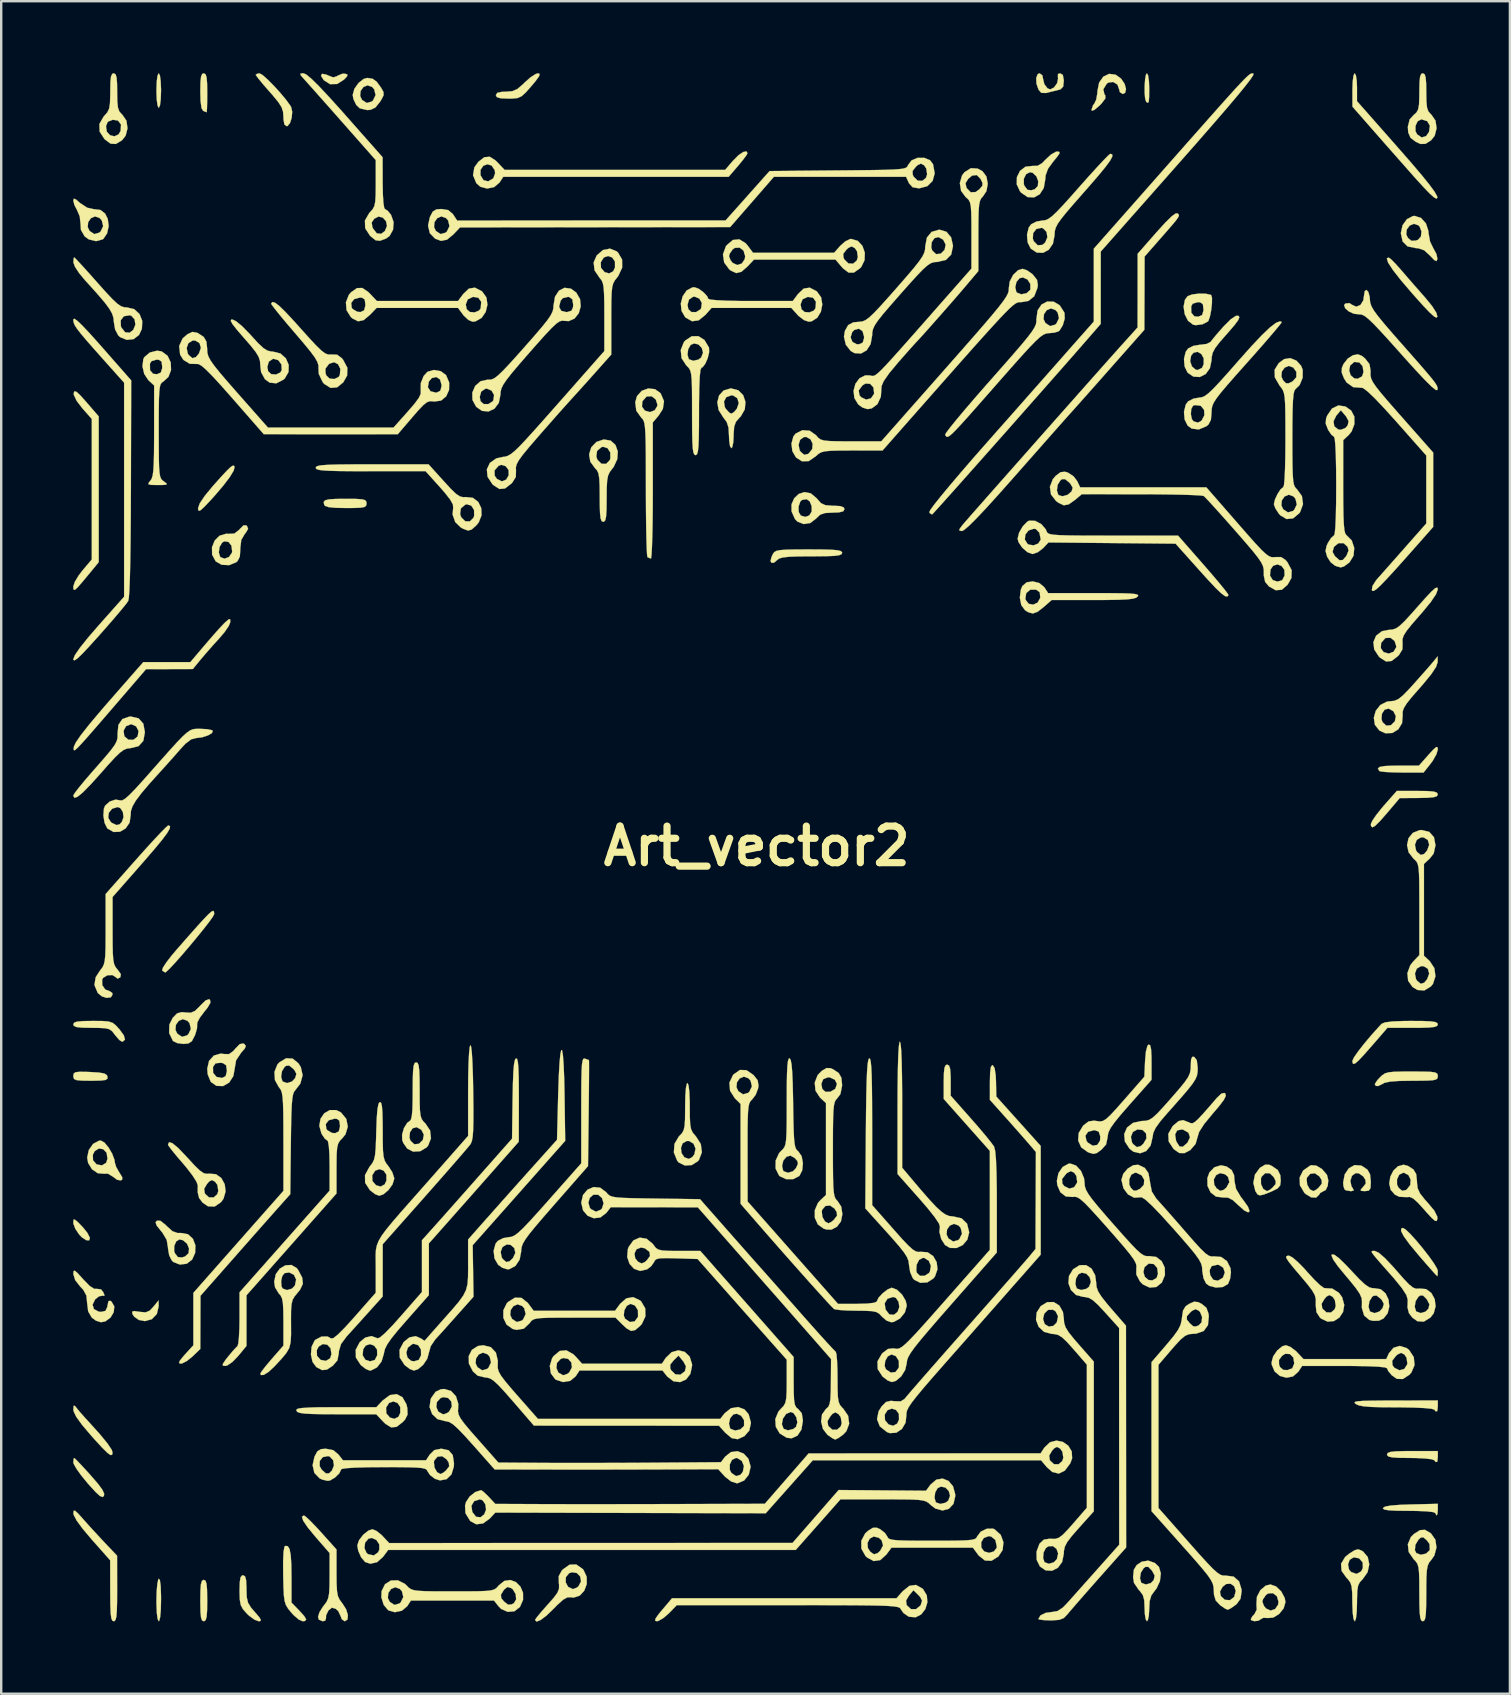
<source format=kicad_pcb>
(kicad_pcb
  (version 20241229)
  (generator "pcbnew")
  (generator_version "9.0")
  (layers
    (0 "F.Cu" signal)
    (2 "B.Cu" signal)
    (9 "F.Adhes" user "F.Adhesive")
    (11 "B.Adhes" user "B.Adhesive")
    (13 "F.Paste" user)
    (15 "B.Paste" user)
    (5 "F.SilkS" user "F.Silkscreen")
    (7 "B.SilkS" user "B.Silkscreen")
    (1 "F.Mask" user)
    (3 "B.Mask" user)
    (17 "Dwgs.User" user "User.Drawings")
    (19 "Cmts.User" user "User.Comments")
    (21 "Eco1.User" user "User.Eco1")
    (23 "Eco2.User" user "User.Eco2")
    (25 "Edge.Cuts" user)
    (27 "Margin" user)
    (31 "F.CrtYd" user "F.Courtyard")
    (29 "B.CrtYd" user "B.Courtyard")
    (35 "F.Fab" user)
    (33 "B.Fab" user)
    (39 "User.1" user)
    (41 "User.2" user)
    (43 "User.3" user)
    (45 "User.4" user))
  (footprint "Art_vector2"
    (layer "F.Cu")
    (at 28.484 32.21)
    (property "Reference" "Art_vector2" (at 0 0 0) (layer "F.SilkS") (effects (font (size 1.524 1.524) (thickness 0.3))))
    (attr through_hole)
    (fp_poly (pts (xy -28.41 15.566) (xy -28.276 15.68) (xy -28.067 15.898) (xy -27.892 16.117) (xy -27.787 16.323) (xy -27.815 16.428) (xy -27.938 16.423) (xy -28.122 16.303) (xy -28.234 16.186) (xy -28.394 15.948) (xy -28.476 15.731) (xy -28.479 15.697) (xy -28.47 15.563) (xy -28.41 15.566)) (stroke (width 0.01) (type solid)) (fill yes) (layer "F.SilkS"))
    (fp_poly (pts (xy -24.922 19.175) (xy -24.998 19.496) (xy -25.205 19.713) (xy -25.497 19.794) (xy -25.747 19.746) (xy -25.938 19.612) (xy -26.013 19.502) (xy -26.03 19.401) (xy -25.941 19.374) (xy -25.723 19.406) (xy -25.468 19.43) (xy -25.296 19.358) (xy -25.148 19.201) (xy -24.926 18.93) (xy -24.922 19.175)) (stroke (width 0.01) (type solid)) (fill yes) (layer "F.SilkS"))
    (fp_poly (pts (xy 16.31 -32.117) (xy 16.345 -31.884) (xy 16.356 -31.582) (xy 16.353 -31.231) (xy 16.339 -31.038) (xy 16.306 -30.974) (xy 16.248 -31.004) (xy 16.228 -31.023) (xy 16.186 -31.152) (xy 16.166 -31.392) (xy 16.166 -31.679) (xy 16.185 -31.952) (xy 16.22 -32.147) (xy 16.26 -32.205) (xy 16.31 -32.117)) (stroke (width 0.01) (type solid)) (fill yes) (layer "F.SilkS"))
    (fp_poly (pts (xy -17.156 -32.188) (xy -17.051 -32.151) (xy -17.075 -32.073) (xy -17.199 -31.941) (xy -17.486 -31.76) (xy -17.781 -31.753) (xy -18.04 -31.918) (xy -18.156 -32.099) (xy -18.115 -32.185) (xy -17.939 -32.153) (xy -17.85 -32.111) (xy -17.645 -32.035) (xy -17.494 -32.084) (xy -17.47 -32.103) (xy -17.264 -32.188) (xy -17.156 -32.188)) (stroke (width 0.01) (type solid)) (fill yes) (layer "F.SilkS"))
    (fp_poly (pts (xy -24.871 30.587) (xy -24.838 30.826) (xy -24.824 31.233) (xy -24.823 31.385) (xy -24.832 31.816) (xy -24.859 32.126) (xy -24.899 32.286) (xy -24.919 32.301) (xy -24.965 32.211) (xy -24.998 31.961) (xy -25.014 31.582) (xy -25.015 31.444) (xy -25.005 31.057) (xy -24.978 30.746) (xy -24.939 30.559) (xy -24.919 30.528) (xy -24.871 30.587)) (stroke (width 0.01) (type solid)) (fill yes) (layer "F.SilkS"))
    (fp_poly (pts (xy -24.87 -32.116) (xy -24.837 -31.875) (xy -24.823 -31.52) (xy -24.823 -31.486) (xy -24.835 -31.124) (xy -24.867 -30.872) (xy -24.914 -30.768) (xy -24.919 -30.768) (xy -24.967 -30.857) (xy -25.001 -31.098) (xy -25.015 -31.453) (xy -25.015 -31.486) (xy -25.003 -31.849) (xy -24.971 -32.101) (xy -24.923 -32.205) (xy -24.919 -32.205) (xy -24.87 -32.116)) (stroke (width 0.01) (type solid)) (fill yes) (layer "F.SilkS"))
    (fp_poly (pts (xy -22.971 -32.17) (xy -22.926 -32.044) (xy -22.904 -31.792) (xy -22.898 -31.391) (xy -22.901 -31.024) (xy -22.908 -30.744) (xy -22.918 -30.596) (xy -22.923 -30.583) (xy -23.02 -30.621) (xy -23.067 -30.639) (xy -23.137 -30.757) (xy -23.176 -31.047) (xy -23.187 -31.446) (xy -23.18 -31.838) (xy -23.155 -32.071) (xy -23.105 -32.182) (xy -23.043 -32.205) (xy -22.971 -32.17)) (stroke (width 0.01) (type solid)) (fill yes) (layer "F.SilkS"))
    (fp_poly (pts (xy -28.367 25.563) (xy -28.193 25.743) (xy -27.95 26.005) (xy -27.763 26.212) (xy -27.453 26.57) (xy -27.268 26.82) (xy -27.193 26.986) (xy -27.204 27.079) (xy -27.267 27.125) (xy -27.374 27.077) (xy -27.548 26.918) (xy -27.812 26.629) (xy -27.884 26.548) (xy -28.144 26.23) (xy -28.347 25.948) (xy -28.463 25.742) (xy -28.479 25.681) (xy -28.463 25.528) (xy -28.442 25.496) (xy -28.367 25.563)) (stroke (width 0.01) (type solid)) (fill yes) (layer "F.SilkS"))
    (fp_poly (pts (xy -27.915 9.408) (xy -27.782 9.413) (xy -27.41 9.436) (xy -27.19 9.474) (xy -27.083 9.539) (xy -27.054 9.609) (xy -27.059 9.695) (xy -27.139 9.745) (xy -27.331 9.769) (xy -27.671 9.776) (xy -27.75 9.777) (xy -28.121 9.772) (xy -28.339 9.752) (xy -28.445 9.706) (xy -28.477 9.622) (xy -28.479 9.581) (xy -28.464 9.48) (xy -28.392 9.424) (xy -28.223 9.403) (xy -27.915 9.408)) (stroke (width 0.01) (type solid)) (fill yes) (layer "F.SilkS"))
    (fp_poly (pts (xy -16.703 -14.47) (xy -16.451 -14.454) (xy -16.319 -14.418) (xy -16.267 -14.353) (xy -16.26 -14.282) (xy -16.274 -14.19) (xy -16.343 -14.133) (xy -16.502 -14.103) (xy -16.788 -14.092) (xy -17.115 -14.09) (xy -17.557 -14.098) (xy -17.837 -14.126) (xy -17.984 -14.177) (xy -18.023 -14.224) (xy -18.046 -14.336) (xy -17.992 -14.408) (xy -17.833 -14.45) (xy -17.539 -14.469) (xy -17.11 -14.473) (xy -16.703 -14.47)) (stroke (width 0.01) (type solid)) (fill yes) (layer "F.SilkS"))
    (fp_poly (pts (xy 28.383 25.448) (xy 28.361 25.65) (xy 28.296 25.667) (xy 28.238 25.592) (xy 28.122 25.55) (xy 27.855 25.518) (xy 27.481 25.499) (xy 27.222 25.496) (xy 26.775 25.491) (xy 26.489 25.473) (xy 26.331 25.438) (xy 26.27 25.381) (xy 26.266 25.352) (xy 26.296 25.288) (xy 26.407 25.245) (xy 26.629 25.221) (xy 26.994 25.21) (xy 27.324 25.208) (xy 28.383 25.208) (xy 28.383 25.448)) (stroke (width 0.01) (type solid)) (fill yes) (layer "F.SilkS"))
    (fp_poly (pts (xy 28.383 27.649) (xy 28.366 27.831) (xy 28.334 27.892) (xy 28.288 27.818) (xy 28.286 27.796) (xy 28.194 27.754) (xy 27.933 27.722) (xy 27.525 27.704) (xy 27.172 27.7) (xy 26.672 27.695) (xy 26.341 27.678) (xy 26.157 27.647) (xy 26.095 27.599) (xy 26.097 27.581) (xy 26.189 27.521) (xy 26.431 27.478) (xy 26.837 27.448) (xy 27.26 27.434) (xy 28.383 27.407) (xy 28.383 27.649)) (stroke (width 0.01) (type solid)) (fill yes) (layer "F.SilkS"))
    (fp_poly (pts (xy -28.412 23.329) (xy -28.337 23.421) (xy -28.196 23.592) (xy -27.98 23.835) (xy -27.835 23.993) (xy -27.374 24.504) (xy -27.056 24.891) (xy -26.88 25.154) (xy -26.843 25.265) (xy -26.861 25.365) (xy -26.927 25.376) (xy -27.057 25.284) (xy -27.269 25.076) (xy -27.579 24.739) (xy -27.736 24.563) (xy -28.112 24.12) (xy -28.352 23.79) (xy -28.464 23.56) (xy -28.476 23.485) (xy -28.464 23.32) (xy -28.412 23.329)) (stroke (width 0.01) (type solid)) (fill yes) (layer "F.SilkS"))
    (fp_poly (pts (xy -22.972 30.609) (xy -22.929 30.732) (xy -22.906 30.977) (xy -22.899 31.376) (xy -22.898 31.438) (xy -22.904 31.859) (xy -22.925 32.121) (xy -22.966 32.258) (xy -23.032 32.301) (xy -23.043 32.301) (xy -23.113 32.268) (xy -23.157 32.145) (xy -23.18 31.9) (xy -23.187 31.501) (xy -23.187 31.438) (xy -23.181 31.018) (xy -23.161 30.756) (xy -23.12 30.619) (xy -23.053 30.576) (xy -23.043 30.576) (xy -22.972 30.609)) (stroke (width 0.01) (type solid)) (fill yes) (layer "F.SilkS"))
    (fp_poly (pts (xy -21.773 -15.839) (xy -21.758 -15.807) (xy -21.794 -15.653) (xy -21.953 -15.388) (xy -22.222 -15.032) (xy -22.585 -14.606) (xy -22.748 -14.425) (xy -23.009 -14.149) (xy -23.168 -14.002) (xy -23.25 -13.969) (xy -23.279 -14.035) (xy -23.281 -14.079) (xy -23.21 -14.285) (xy -22.997 -14.601) (xy -22.652 -15.018) (xy -22.635 -15.037) (xy -22.296 -15.416) (xy -22.061 -15.666) (xy -21.91 -15.808) (xy -21.821 -15.86) (xy -21.773 -15.839)) (stroke (width 0.01) (type solid)) (fill yes) (layer "F.SilkS"))
    (fp_poly (pts (xy 27.05 15.983) (xy 27.249 16.175) (xy 27.496 16.449) (xy 27.76 16.767) (xy 28.011 17.09) (xy 28.219 17.382) (xy 28.351 17.604) (xy 28.383 17.7) (xy 28.374 17.871) (xy 28.359 17.921) (xy 28.29 17.852) (xy 28.123 17.665) (xy 27.88 17.389) (xy 27.589 17.053) (xy 27.589 17.053) (xy 27.206 16.591) (xy 26.961 16.253) (xy 26.849 16.034) (xy 26.868 15.925) (xy 26.93 15.911) (xy 27.05 15.983)) (stroke (width 0.01) (type solid)) (fill yes) (layer "F.SilkS"))
    (fp_poly (pts (xy 28.374 -4.114) (xy 28.383 -4.029) (xy 28.325 -3.829) (xy 28.178 -3.567) (xy 28.086 -3.44) (xy 27.789 -3.067) (xy 26.899 -3.067) (xy 26.503 -3.074) (xy 26.182 -3.091) (xy 25.984 -3.116) (xy 25.945 -3.131) (xy 25.885 -3.232) (xy 25.954 -3.299) (xy 26.173 -3.338) (xy 26.558 -3.354) (xy 26.739 -3.355) (xy 27.597 -3.355) (xy 27.99 -3.8) (xy 28.204 -4.033) (xy 28.323 -4.133) (xy 28.374 -4.114)) (stroke (width 0.01) (type solid)) (fill yes) (layer "F.SilkS"))
    (fp_poly (pts (xy -9.043 -32.177) (xy -9.072 -32.077) (xy -9.215 -31.881) (xy -9.385 -31.678) (xy -9.625 -31.405) (xy -9.801 -31.248) (xy -9.969 -31.174) (xy -10.189 -31.152) (xy -10.354 -31.151) (xy -10.67 -31.164) (xy -10.83 -31.211) (xy -10.872 -31.295) (xy -10.813 -31.391) (xy -10.613 -31.434) (xy -10.459 -31.438) (xy -10.19 -31.459) (xy -9.98 -31.547) (xy -9.753 -31.739) (xy -9.669 -31.822) (xy -9.43 -32.035) (xy -9.214 -32.174) (xy -9.113 -32.205) (xy -9.043 -32.177)) (stroke (width 0.01) (type solid)) (fill yes) (layer "F.SilkS"))
    (fp_poly (pts (xy 26.429 -24.46) (xy 26.61 -24.279) (xy 26.836 -24.028) (xy 26.843 -24.019) (xy 27.124 -23.694) (xy 27.464 -23.303) (xy 27.797 -22.925) (xy 27.837 -22.88) (xy 28.143 -22.507) (xy 28.322 -22.226) (xy 28.366 -22.061) (xy 28.323 -22.022) (xy 28.216 -22.082) (xy 28.029 -22.253) (xy 27.749 -22.547) (xy 27.364 -22.978) (xy 27.324 -23.023) (xy 26.847 -23.581) (xy 26.51 -24.011) (xy 26.313 -24.313) (xy 26.257 -24.486) (xy 26.331 -24.531) (xy 26.429 -24.46)) (stroke (width 0.01) (type solid)) (fill yes) (layer "F.SilkS"))
    (fp_poly (pts (xy 27.948 -2.295) (xy 28.208 -2.274) (xy 28.341 -2.232) (xy 28.382 -2.164) (xy 28.383 -2.157) (xy 28.346 -2.083) (xy 28.215 -2.038) (xy 27.955 -2.015) (xy 27.589 -2.007) (xy 26.795 -2.002) (xy 26.272 -1.384) (xy 25.973 -1.043) (xy 25.772 -0.845) (xy 25.653 -0.781) (xy 25.599 -0.839) (xy 25.592 -0.92) (xy 25.653 -1.058) (xy 25.814 -1.294) (xy 26.045 -1.584) (xy 26.133 -1.687) (xy 26.674 -2.3) (xy 27.528 -2.3) (xy 27.948 -2.295)) (stroke (width 0.01) (type solid)) (fill yes) (layer "F.SilkS"))
    (fp_poly (pts (xy -28.343 -18.93) (xy -28.189 -18.787) (xy -27.94 -18.509) (xy -27.926 -18.492) (xy -27.42 -17.907) (xy -27.42 -11.834) (xy -27.813 -11.356) (xy -28.104 -11.006) (xy -28.295 -10.788) (xy -28.407 -10.685) (xy -28.461 -10.682) (xy -28.478 -10.76) (xy -28.479 -10.817) (xy -28.419 -11.005) (xy -28.263 -11.268) (xy -28.094 -11.491) (xy -27.709 -11.946) (xy -27.709 -17.801) (xy -28.101 -18.244) (xy -28.34 -18.556) (xy -28.456 -18.8) (xy -28.462 -18.882) (xy -28.426 -18.957) (xy -28.343 -18.93)) (stroke (width 0.01) (type solid)) (fill yes) (layer "F.SilkS"))
    (fp_poly (pts (xy 28.383 23.339) (xy 28.361 23.541) (xy 28.296 23.558) (xy 28.238 23.483) (xy 28.121 23.446) (xy 27.836 23.417) (xy 27.407 23.397) (xy 26.858 23.388) (xy 26.663 23.387) (xy 26.049 23.383) (xy 25.6 23.37) (xy 25.287 23.344) (xy 25.084 23.304) (xy 24.964 23.248) (xy 24.961 23.246) (xy 24.913 23.197) (xy 24.933 23.161) (xy 25.043 23.135) (xy 25.265 23.118) (xy 25.62 23.109) (xy 26.131 23.104) (xy 26.579 23.103) (xy 28.383 23.1) (xy 28.383 23.339)) (stroke (width 0.01) (type solid)) (fill yes) (layer "F.SilkS"))
    (fp_poly (pts (xy -21.323 30.428) (xy -21.278 30.585) (xy -21.263 30.89) (xy -21.263 30.959) (xy -21.252 31.3) (xy -21.197 31.531) (xy -21.071 31.737) (xy -20.915 31.917) (xy -20.724 32.139) (xy -20.658 32.256) (xy -20.704 32.298) (xy -20.752 32.301) (xy -20.928 32.236) (xy -21.154 32.071) (xy -21.244 31.985) (xy -21.411 31.797) (xy -21.503 31.622) (xy -21.543 31.392) (xy -21.552 31.04) (xy -21.552 31.027) (xy -21.542 30.671) (xy -21.51 30.471) (xy -21.445 30.391) (xy -21.407 30.384) (xy -21.323 30.428)) (stroke (width 0.01) (type solid)) (fill yes) (layer "F.SilkS"))
    (fp_poly (pts (xy -22.621 2.722) (xy -22.61 2.795) (xy -22.61 2.836) (xy -22.669 2.949) (xy -22.83 3.173) (xy -23.067 3.476) (xy -23.353 3.829) (xy -23.663 4.2) (xy -23.97 4.559) (xy -24.249 4.873) (xy -24.473 5.113) (xy -24.617 5.247) (xy -24.649 5.265) (xy -24.754 5.203) (xy -24.777 5.172) (xy -24.743 5.063) (xy -24.604 4.848) (xy -24.382 4.56) (xy -24.191 4.334) (xy -23.704 3.779) (xy -23.329 3.356) (xy -23.051 3.05) (xy -22.856 2.847) (xy -22.729 2.734) (xy -22.655 2.697) (xy -22.621 2.722)) (stroke (width 0.01) (type solid)) (fill yes) (layer "F.SilkS"))
    (fp_poly (pts (xy -19.544 29.17) (xy -19.468 29.291) (xy -19.419 29.544) (xy -19.393 29.95) (xy -19.387 30.45) (xy -19.387 31.523) (xy -19.074 31.845) (xy -18.854 32.087) (xy -18.774 32.229) (xy -18.828 32.291) (xy -18.93 32.299) (xy -19.086 32.229) (xy -19.294 32.051) (xy -19.403 31.931) (xy -19.531 31.772) (xy -19.617 31.63) (xy -19.672 31.463) (xy -19.704 31.229) (xy -19.721 30.888) (xy -19.732 30.398) (xy -19.733 30.381) (xy -19.736 29.802) (xy -19.718 29.406) (xy -19.68 29.197) (xy -19.653 29.162) (xy -19.544 29.17)) (stroke (width 0.01) (type solid)) (fill yes) (layer "F.SilkS"))
    (fp_poly (pts (xy 12.757 -32.138) (xy 12.796 -31.918) (xy 12.796 -31.882) (xy 12.771 -31.651) (xy 12.664 -31.54) (xy 12.532 -31.501) (xy 12.25 -31.434) (xy 12.059 -31.384) (xy 11.858 -31.391) (xy 11.746 -31.519) (xy 11.658 -31.77) (xy 11.647 -32.009) (xy 11.709 -32.171) (xy 11.786 -32.205) (xy 11.903 -32.123) (xy 11.93 -31.985) (xy 11.986 -31.753) (xy 12.117 -31.58) (xy 12.231 -31.534) (xy 12.391 -31.615) (xy 12.52 -31.797) (xy 12.559 -31.994) (xy 12.552 -32.024) (xy 12.553 -32.173) (xy 12.645 -32.205) (xy 12.757 -32.138)) (stroke (width 0.01) (type solid)) (fill yes) (layer "F.SilkS"))
    (fp_poly (pts (xy -27.275 7.287) (xy -27.019 7.307) (xy -26.85 7.359) (xy -26.716 7.46) (xy -26.563 7.626) (xy -26.562 7.626) (xy -26.374 7.885) (xy -26.325 8.064) (xy -26.419 8.145) (xy -26.457 8.147) (xy -26.563 8.076) (xy -26.716 7.901) (xy -26.747 7.86) (xy -26.86 7.716) (xy -26.978 7.63) (xy -27.152 7.588) (xy -27.432 7.574) (xy -27.716 7.572) (xy -28.109 7.565) (xy -28.344 7.54) (xy -28.455 7.491) (xy -28.479 7.428) (xy -28.444 7.356) (xy -28.316 7.312) (xy -28.061 7.29) (xy -27.671 7.285) (xy -27.275 7.287)) (stroke (width 0.01) (type solid)) (fill yes) (layer "F.SilkS"))
    (fp_poly (pts (xy -20.586 -32.129) (xy -20.379 -31.945) (xy -20.125 -31.689) (xy -19.859 -31.397) (xy -19.619 -31.11) (xy -19.44 -30.864) (xy -19.402 -30.8) (xy -19.357 -30.604) (xy -19.378 -30.357) (xy -19.448 -30.135) (xy -19.55 -30.009) (xy -19.584 -30.001) (xy -19.681 -30.068) (xy -19.721 -30.287) (xy -19.723 -30.395) (xy -19.739 -30.605) (xy -19.801 -30.794) (xy -19.937 -31.007) (xy -20.172 -31.293) (xy -20.301 -31.438) (xy -20.556 -31.731) (xy -20.753 -31.969) (xy -20.864 -32.118) (xy -20.878 -32.146) (xy -20.798 -32.194) (xy -20.71 -32.2) (xy -20.586 -32.129)) (stroke (width 0.01) (type solid)) (fill yes) (layer "F.SilkS"))
    (fp_poly (pts (xy -28.28 27.81) (xy -28.07 28.044) (xy -27.783 28.365) (xy -27.441 28.737) (xy -27.158 29.04) (xy -26.655 29.569) (xy -26.653 30.935) (xy -26.655 31.482) (xy -26.665 31.864) (xy -26.685 32.109) (xy -26.719 32.244) (xy -26.769 32.297) (xy -26.795 32.301) (xy -26.855 32.273) (xy -26.896 32.172) (xy -26.922 31.968) (xy -26.936 31.634) (xy -26.941 31.141) (xy -26.941 31.031) (xy -26.943 29.761) (xy -27.707 28.898) (xy -28.084 28.453) (xy -28.339 28.105) (xy -28.464 27.867) (xy -28.475 27.807) (xy -28.464 27.699) (xy -28.408 27.695) (xy -28.28 27.81)) (stroke (width 0.01) (type solid)) (fill yes) (layer "F.SilkS"))
    (fp_poly (pts (xy 27.765 9.395) (xy 28.076 9.405) (xy 28.261 9.429) (xy 28.351 9.473) (xy 28.381 9.542) (xy 28.383 9.585) (xy 28.371 9.668) (xy 28.312 9.723) (xy 28.175 9.756) (xy 27.926 9.771) (xy 27.532 9.776) (xy 27.308 9.777) (xy 26.766 9.785) (xy 26.392 9.813) (xy 26.163 9.863) (xy 26.081 9.908) (xy 25.901 9.996) (xy 25.801 9.993) (xy 25.756 9.918) (xy 25.857 9.76) (xy 25.939 9.67) (xy 26.061 9.55) (xy 26.18 9.471) (xy 26.336 9.425) (xy 26.572 9.402) (xy 26.928 9.394) (xy 27.294 9.393) (xy 27.765 9.395)) (stroke (width 0.01) (type solid)) (fill yes) (layer "F.SilkS"))
    (fp_poly (pts (xy 24.97 -32.118) (xy 25.005 -31.889) (xy 25.015 -31.625) (xy 25.015 -31.044) (xy 26.705 -29.128) (xy 27.275 -28.476) (xy 27.719 -27.953) (xy 28.042 -27.552) (xy 28.251 -27.265) (xy 28.353 -27.083) (xy 28.365 -27.02) (xy 28.326 -26.981) (xy 28.225 -27.034) (xy 28.049 -27.191) (xy 27.785 -27.464) (xy 27.419 -27.867) (xy 27.168 -28.15) (xy 26.743 -28.632) (xy 26.314 -29.119) (xy 25.916 -29.572) (xy 25.585 -29.949) (xy 25.414 -30.145) (xy 24.826 -30.815) (xy 24.824 -31.51) (xy 24.836 -31.865) (xy 24.869 -32.11) (xy 24.917 -32.205) (xy 24.919 -32.205) (xy 24.97 -32.118)) (stroke (width 0.01) (type solid)) (fill yes) (layer "F.SilkS"))
    (fp_poly (pts (xy 27.757 7.288) (xy 28.082 7.302) (xy 28.275 7.33) (xy 28.364 7.376) (xy 28.383 7.428) (xy 28.352 7.493) (xy 28.241 7.535) (xy 28.018 7.56) (xy 27.652 7.571) (xy 27.333 7.572) (xy 26.283 7.572) (xy 25.625 8.332) (xy 25.295 8.706) (xy 25.068 8.946) (xy 24.926 9.063) (xy 24.851 9.073) (xy 24.824 8.99) (xy 24.823 8.949) (xy 24.884 8.813) (xy 25.051 8.57) (xy 25.298 8.252) (xy 25.599 7.893) (xy 25.928 7.526) (xy 26.042 7.404) (xy 26.188 7.344) (xy 26.498 7.305) (xy 26.983 7.287) (xy 27.269 7.285) (xy 27.757 7.288)) (stroke (width 0.01) (type solid)) (fill yes) (layer "F.SilkS"))
    (fp_poly (pts (xy 2.722 -12.362) (xy 3.11 -12.352) (xy 3.36 -12.331) (xy 3.499 -12.298) (xy 3.555 -12.249) (xy 3.56 -12.221) (xy 3.532 -12.162) (xy 3.431 -12.121) (xy 3.228 -12.095) (xy 2.895 -12.082) (xy 2.403 -12.077) (xy 2.273 -12.077) (xy 1.724 -12.073) (xy 1.337 -12.058) (xy 1.084 -12.029) (xy 0.933 -11.984) (xy 0.866 -11.933) (xy 0.713 -11.807) (xy 0.602 -11.813) (xy 0.577 -11.892) (xy 0.619 -12.053) (xy 0.677 -12.179) (xy 0.73 -12.252) (xy 0.82 -12.303) (xy 0.978 -12.336) (xy 1.234 -12.354) (xy 1.62 -12.363) (xy 2.167 -12.365) (xy 2.168 -12.365) (xy 2.722 -12.362)) (stroke (width 0.01) (type solid)) (fill yes) (layer "F.SilkS"))
    (fp_poly (pts (xy 14.956 -32.148) (xy 15.185 -31.983) (xy 15.332 -31.764) (xy 15.39 -31.547) (xy 15.352 -31.389) (xy 15.25 -31.343) (xy 15.132 -31.422) (xy 15.105 -31.531) (xy 15.031 -31.737) (xy 14.856 -31.844) (xy 14.654 -31.82) (xy 14.583 -31.767) (xy 14.443 -31.539) (xy 14.489 -31.331) (xy 14.528 -31.285) (xy 14.529 -31.156) (xy 14.361 -30.937) (xy 14.288 -30.864) (xy 14.074 -30.681) (xy 13.964 -30.645) (xy 13.951 -30.682) (xy 14.014 -30.871) (xy 14.071 -30.945) (xy 14.149 -31.112) (xy 14.194 -31.379) (xy 14.197 -31.457) (xy 14.268 -31.817) (xy 14.443 -32.065) (xy 14.684 -32.182) (xy 14.956 -32.148)) (stroke (width 0.01) (type solid)) (fill yes) (layer "F.SilkS"))
    (fp_poly (pts (xy 25.181 13.311) (xy 25.232 13.334) (xy 25.452 13.483) (xy 25.559 13.674) (xy 25.591 13.976) (xy 25.591 14.018) (xy 25.577 14.255) (xy 25.507 14.356) (xy 25.345 14.377) (xy 25.177 14.365) (xy 25.178 14.303) (xy 25.249 14.227) (xy 25.38 14.059) (xy 25.365 13.905) (xy 25.273 13.762) (xy 25.096 13.638) (xy 24.961 13.625) (xy 24.804 13.738) (xy 24.739 13.947) (xy 24.783 14.172) (xy 24.827 14.239) (xy 24.885 14.347) (xy 24.776 14.377) (xy 24.754 14.377) (xy 24.567 14.348) (xy 24.502 14.313) (xy 24.452 14.177) (xy 24.438 14.02) (xy 24.503 13.679) (xy 24.674 13.426) (xy 24.913 13.292) (xy 25.181 13.311)) (stroke (width 0.01) (type solid)) (fill yes) (layer "F.SilkS"))
    (fp_poly (pts (xy -16.009 -31.979) (xy -15.837 -31.856) (xy -15.655 -31.607) (xy -15.555 -31.43) (xy -15.548 -31.292) (xy -15.639 -31.112) (xy -15.705 -31.009) (xy -15.89 -30.78) (xy -16.087 -30.685) (xy -16.23 -30.673) (xy -16.537 -30.744) (xy -16.687 -30.885) (xy -16.803 -31.124) (xy -16.829 -31.26) (xy -16.526 -31.26) (xy -16.448 -31.098) (xy -16.251 -30.968) (xy -16.043 -31.028) (xy -15.99 -31.074) (xy -15.882 -31.298) (xy -15.939 -31.536) (xy -16.027 -31.637) (xy -16.219 -31.705) (xy -16.391 -31.632) (xy -16.507 -31.467) (xy -16.526 -31.26) (xy -16.829 -31.26) (xy -16.837 -31.303) (xy -16.767 -31.557) (xy -16.595 -31.802) (xy -16.377 -31.972) (xy -16.229 -32.012) (xy -16.009 -31.979)) (stroke (width 0.01) (type solid)) (fill yes) (layer "F.SilkS"))
    (fp_poly (pts (xy 18.72 -23.02) (xy 18.929 -22.971) (xy 18.938 -22.965) (xy 18.973 -22.849) (xy 18.97 -22.615) (xy 18.938 -22.331) (xy 18.886 -22.066) (xy 18.822 -21.888) (xy 18.802 -21.862) (xy 18.577 -21.746) (xy 18.301 -21.709) (xy 18.184 -21.729) (xy 17.973 -21.893) (xy 17.836 -22.166) (xy 17.789 -22.48) (xy 17.792 -22.495) (xy 18.105 -22.495) (xy 18.111 -22.226) (xy 18.241 -22.078) (xy 18.4 -22.063) (xy 18.56 -22.13) (xy 18.615 -22.309) (xy 18.617 -22.381) (xy 18.591 -22.586) (xy 18.481 -22.662) (xy 18.378 -22.668) (xy 18.167 -22.605) (xy 18.105 -22.495) (xy 17.792 -22.495) (xy 17.844 -22.766) (xy 17.954 -22.916) (xy 18.141 -22.989) (xy 18.427 -23.025) (xy 18.72 -23.02)) (stroke (width 0.01) (type solid)) (fill yes) (layer "F.SilkS"))
    (fp_poly (pts (xy 23.314 13.312) (xy 23.551 13.452) (xy 23.747 13.676) (xy 23.766 13.709) (xy 23.819 13.924) (xy 23.796 14.155) (xy 23.712 14.33) (xy 23.62 14.377) (xy 23.481 14.454) (xy 23.441 14.521) (xy 23.31 14.648) (xy 23.103 14.636) (xy 22.87 14.493) (xy 22.819 14.443) (xy 22.637 14.133) (xy 22.628 13.88) (xy 22.915 13.88) (xy 22.94 14.108) (xy 23.049 14.3) (xy 23.192 14.377) (xy 23.315 14.317) (xy 23.421 14.227) (xy 23.552 14.059) (xy 23.537 13.905) (xy 23.445 13.762) (xy 23.262 13.633) (xy 23.067 13.654) (xy 22.933 13.81) (xy 22.915 13.88) (xy 22.628 13.88) (xy 22.625 13.808) (xy 22.77 13.519) (xy 23.061 13.313) (xy 23.104 13.297) (xy 23.314 13.312)) (stroke (width 0.01) (type solid)) (fill yes) (layer "F.SilkS"))
    (fp_poly (pts (xy -28.361 -26.943) (xy -28.209 -26.808) (xy -27.905 -26.606) (xy -27.656 -26.549) (xy -27.347 -26.509) (xy -27.156 -26.363) (xy -27.044 -26.141) (xy -27.004 -25.843) (xy -27.07 -25.537) (xy -27.222 -25.31) (xy -27.258 -25.284) (xy -27.534 -25.211) (xy -27.834 -25.285) (xy -28.005 -25.407) (xy -28.162 -25.68) (xy -28.169 -25.796) (xy -27.879 -25.796) (xy -27.801 -25.635) (xy -27.604 -25.505) (xy -27.396 -25.565) (xy -27.343 -25.611) (xy -27.235 -25.835) (xy -27.292 -26.073) (xy -27.38 -26.173) (xy -27.572 -26.242) (xy -27.744 -26.169) (xy -27.86 -26.004) (xy -27.879 -25.796) (xy -28.169 -25.796) (xy -28.177 -25.92) (xy -28.211 -26.241) (xy -28.314 -26.485) (xy -28.433 -26.716) (xy -28.479 -26.9) (xy -28.455 -26.984) (xy -28.361 -26.943)) (stroke (width 0.01) (type solid)) (fill yes) (layer "F.SilkS"))
    (fp_poly (pts (xy -21.943 -9.451) (xy -21.937 -9.336) (xy -22 -9.176) (xy -22.164 -8.934) (xy -22.383 -8.674) (xy -22.679 -8.348) (xy -22.981 -8.003) (xy -23.163 -7.788) (xy -23.499 -7.38) (xy -24.474 -7.377) (xy -25.448 -7.374) (xy -26.603 -6.033) (xy -27.138 -5.412) (xy -27.561 -4.923) (xy -27.884 -4.552) (xy -28.121 -4.287) (xy -28.284 -4.114) (xy -28.387 -4.02) (xy -28.443 -3.992) (xy -28.464 -4.016) (xy -28.463 -4.079) (xy -28.457 -4.137) (xy -28.377 -4.316) (xy -28.16 -4.631) (xy -27.807 -5.079) (xy -27.316 -5.661) (xy -26.997 -6.03) (xy -25.563 -7.668) (xy -23.602 -7.668) (xy -22.972 -8.411) (xy -22.682 -8.747) (xy -22.417 -9.046) (xy -22.214 -9.263) (xy -22.139 -9.336) (xy -21.995 -9.458) (xy -21.943 -9.451)) (stroke (width 0.01) (type solid)) (fill yes) (layer "F.SilkS"))
    (fp_poly (pts (xy 21.355 13.277) (xy 21.467 13.328) (xy 21.712 13.496) (xy 21.819 13.71) (xy 21.838 13.946) (xy 21.814 14.137) (xy 21.706 14.266) (xy 21.466 14.386) (xy 21.43 14.401) (xy 21.137 14.517) (xy 20.968 14.555) (xy 20.87 14.515) (xy 20.791 14.394) (xy 20.779 14.373) (xy 20.695 14.036) (xy 20.73 13.851) (xy 21.013 13.851) (xy 21.015 14.087) (xy 21.11 14.287) (xy 21.26 14.377) (xy 21.268 14.377) (xy 21.391 14.317) (xy 21.497 14.227) (xy 21.621 14.084) (xy 21.628 13.961) (xy 21.548 13.796) (xy 21.383 13.634) (xy 21.192 13.628) (xy 21.042 13.772) (xy 21.013 13.851) (xy 20.73 13.851) (xy 20.761 13.691) (xy 20.96 13.415) (xy 20.986 13.395) (xy 21.189 13.274) (xy 21.355 13.277)) (stroke (width 0.01) (type solid)) (fill yes) (layer "F.SilkS"))
    (fp_poly (pts (xy -27.186 12.349) (xy -27.016 12.551) (xy -26.862 12.811) (xy -26.764 13.07) (xy -26.747 13.191) (xy -26.694 13.369) (xy -26.565 13.596) (xy -26.555 13.61) (xy -26.438 13.8) (xy -26.443 13.897) (xy -26.498 13.93) (xy -26.656 13.904) (xy -26.806 13.79) (xy -27.036 13.648) (xy -27.188 13.652) (xy -27.458 13.631) (xy -27.699 13.467) (xy -27.861 13.205) (xy -27.902 12.981) (xy -27.875 12.857) (xy -27.665 12.857) (xy -27.657 13.092) (xy -27.509 13.261) (xy -27.285 13.304) (xy -27.109 13.196) (xy -27.055 13.027) (xy -27.091 12.778) (xy -27.229 12.631) (xy -27.412 12.601) (xy -27.584 12.705) (xy -27.665 12.857) (xy -27.875 12.857) (xy -27.832 12.661) (xy -27.654 12.408) (xy -27.411 12.277) (xy -27.334 12.269) (xy -27.186 12.349)) (stroke (width 0.01) (type solid)) (fill yes) (layer "F.SilkS"))
    (fp_poly (pts (xy -21.361 8.242) (xy -21.289 8.321) (xy -21.335 8.438) (xy -21.481 8.603) (xy -21.695 8.924) (xy -21.744 9.209) (xy -21.809 9.58) (xy -21.984 9.854) (xy -22.238 9.999) (xy -22.514 9.99) (xy -22.75 9.824) (xy -22.878 9.514) (xy -22.898 9.281) (xy -22.88 9.201) (xy -22.658 9.201) (xy -22.654 9.444) (xy -22.512 9.617) (xy -22.282 9.661) (xy -22.132 9.588) (xy -22.082 9.394) (xy -22.081 9.345) (xy -22.11 9.135) (xy -22.235 9.046) (xy -22.337 9.028) (xy -22.551 9.05) (xy -22.658 9.201) (xy -22.88 9.201) (xy -22.823 8.951) (xy -22.623 8.727) (xy -22.337 8.645) (xy -22.185 8.664) (xy -21.991 8.667) (xy -21.815 8.542) (xy -21.727 8.438) (xy -21.545 8.252) (xy -21.403 8.222) (xy -21.361 8.242)) (stroke (width 0.01) (type solid)) (fill yes) (layer "F.SilkS"))
    (fp_poly (pts (xy 19.579 13.349) (xy 19.793 13.5) (xy 19.892 13.709) (xy 19.914 13.984) (xy 19.977 14.287) (xy 20.178 14.624) (xy 20.265 14.734) (xy 20.47 15.024) (xy 20.538 15.206) (xy 20.483 15.264) (xy 20.316 15.182) (xy 20.077 14.969) (xy 19.831 14.745) (xy 19.636 14.647) (xy 19.442 14.643) (xy 19.14 14.606) (xy 18.913 14.429) (xy 18.785 14.156) (xy 18.781 13.889) (xy 19.05 13.889) (xy 19.063 14.104) (xy 19.165 14.262) (xy 19.319 14.367) (xy 19.467 14.32) (xy 19.577 14.222) (xy 19.698 13.998) (xy 19.637 13.781) (xy 19.52 13.677) (xy 19.309 13.625) (xy 19.142 13.713) (xy 19.05 13.889) (xy 18.781 13.889) (xy 18.78 13.832) (xy 18.864 13.599) (xy 19.069 13.385) (xy 19.345 13.3) (xy 19.579 13.349)) (stroke (width 0.01) (type solid)) (fill yes) (layer "F.SilkS"))
    (fp_poly (pts (xy 21.643 30.851) (xy 21.859 31.06) (xy 22.003 31.331) (xy 22.033 31.504) (xy 21.958 31.765) (xy 21.771 31.997) (xy 21.531 32.146) (xy 21.312 32.166) (xy 21.115 32.157) (xy 21.023 32.205) (xy 20.902 32.28) (xy 20.732 32.298) (xy 20.606 32.256) (xy 20.589 32.217) (xy 20.655 32.092) (xy 20.736 32.012) (xy 20.837 31.821) (xy 20.825 31.59) (xy 20.832 31.486) (xy 21.07 31.486) (xy 21.134 31.655) (xy 21.221 31.767) (xy 21.415 31.856) (xy 21.603 31.793) (xy 21.726 31.612) (xy 21.744 31.486) (xy 21.676 31.257) (xy 21.513 31.131) (xy 21.315 31.141) (xy 21.221 31.206) (xy 21.099 31.382) (xy 21.07 31.486) (xy 20.832 31.486) (xy 20.844 31.283) (xy 20.987 31.005) (xy 21.212 30.816) (xy 21.407 30.768) (xy 21.643 30.851)) (stroke (width 0.01) (type solid)) (fill yes) (layer "F.SilkS"))
    (fp_poly (pts (xy -0.385 -28.875) (xy -0.444 -28.769) (xy -0.596 -28.567) (xy -0.778 -28.347) (xy -1.17 -27.892) (xy -10.561 -27.892) (xy -10.719 -27.652) (xy -10.943 -27.462) (xy -11.233 -27.403) (xy -11.516 -27.477) (xy -11.684 -27.626) (xy -11.822 -27.959) (xy -11.785 -28.18) (xy -11.51 -28.18) (xy -11.51 -27.955) (xy -11.385 -27.752) (xy -11.191 -27.703) (xy -10.987 -27.822) (xy -10.972 -27.84) (xy -10.902 -28.04) (xy -10.916 -28.166) (xy -11.046 -28.361) (xy -11.225 -28.415) (xy -11.398 -28.348) (xy -11.51 -28.18) (xy -11.785 -28.18) (xy -11.768 -28.284) (xy -11.598 -28.519) (xy -11.349 -28.709) (xy -11.124 -28.727) (xy -10.882 -28.573) (xy -10.776 -28.467) (xy -10.506 -28.18) (xy -1.317 -28.18) (xy -0.988 -28.563) (xy -0.76 -28.792) (xy -0.56 -28.927) (xy -0.425 -28.951) (xy -0.385 -28.875)) (stroke (width 0.01) (type solid)) (fill yes) (layer "F.SilkS"))
    (fp_poly (pts (xy -28.309 17.784) (xy -28.106 18.007) (xy -28.068 18.05) (xy -27.801 18.325) (xy -27.61 18.448) (xy -27.5 18.45) (xy -27.326 18.47) (xy -27.233 18.585) (xy -27.175 18.726) (xy -27.232 18.741) (xy -27.256 18.733) (xy -27.408 18.761) (xy -27.567 18.884) (xy -27.677 19.107) (xy -27.619 19.295) (xy -27.415 19.401) (xy -27.314 19.409) (xy -27.137 19.365) (xy -27.061 19.198) (xy -27.053 19.14) (xy -27.014 18.961) (xy -26.94 18.945) (xy -26.884 18.984) (xy -26.771 19.181) (xy -26.795 19.421) (xy -26.928 19.646) (xy -27.14 19.803) (xy -27.324 19.841) (xy -27.534 19.776) (xy -27.709 19.649) (xy -27.86 19.388) (xy -27.902 19.044) (xy -27.934 18.728) (xy -28.061 18.492) (xy -28.19 18.355) (xy -28.401 18.085) (xy -28.477 17.834) (xy -28.467 17.712) (xy -28.42 17.691) (xy -28.309 17.784)) (stroke (width 0.01) (type solid)) (fill yes) (layer "F.SilkS"))
    (fp_poly (pts (xy -24.852 15.612) (xy -24.639 15.778) (xy -24.58 15.839) (xy -24.347 16.047) (xy -24.132 16.123) (xy -23.988 16.121) (xy -23.702 16.173) (xy -23.496 16.36) (xy -23.39 16.636) (xy -23.402 16.952) (xy -23.529 17.232) (xy -23.753 17.403) (xy -24.038 17.437) (xy -24.306 17.332) (xy -24.375 17.269) (xy -24.484 17.052) (xy -24.513 16.881) (xy -24.276 16.881) (xy -24.245 16.965) (xy -24.121 17.126) (xy -23.954 17.142) (xy -23.82 17.099) (xy -23.676 16.965) (xy -23.656 16.766) (xy -23.741 16.565) (xy -23.91 16.422) (xy -24.058 16.39) (xy -24.191 16.472) (xy -24.273 16.662) (xy -24.276 16.881) (xy -24.513 16.881) (xy -24.534 16.758) (xy -24.534 16.731) (xy -24.587 16.407) (xy -24.768 16.105) (xy -24.831 16.03) (xy -25.006 15.81) (xy -25.051 15.679) (xy -25 15.61) (xy -24.852 15.612)) (stroke (width 0.01) (type solid)) (fill yes) (layer "F.SilkS"))
    (fp_poly (pts (xy 12.618 -28.928) (xy 12.61 -28.853) (xy 12.49 -28.687) (xy 12.371 -28.546) (xy 12.139 -28.229) (xy 12.038 -27.949) (xy 12.027 -27.8) (xy 11.962 -27.426) (xy 11.794 -27.165) (xy 11.557 -27.033) (xy 11.287 -27.048) (xy 11.022 -27.228) (xy 10.97 -27.289) (xy 10.835 -27.581) (xy 10.841 -27.81) (xy 11.131 -27.81) (xy 11.131 -27.584) (xy 11.161 -27.509) (xy 11.285 -27.348) (xy 11.452 -27.332) (xy 11.586 -27.375) (xy 11.715 -27.507) (xy 11.731 -27.71) (xy 11.653 -27.916) (xy 11.5 -28.058) (xy 11.385 -28.084) (xy 11.226 -28.002) (xy 11.131 -27.81) (xy 10.841 -27.81) (xy 10.844 -27.882) (xy 10.973 -28.141) (xy 11.198 -28.312) (xy 11.487 -28.345) (xy 11.702 -28.35) (xy 11.893 -28.462) (xy 12.052 -28.625) (xy 12.267 -28.823) (xy 12.468 -28.936) (xy 12.525 -28.946) (xy 12.618 -28.928)) (stroke (width 0.01) (type solid)) (fill yes) (layer "F.SilkS"))
    (fp_poly (pts (xy 27.685 -26.176) (xy 27.889 -25.948) (xy 27.992 -25.631) (xy 27.998 -25.535) (xy 28.06 -25.193) (xy 28.197 -24.911) (xy 28.324 -24.677) (xy 28.367 -24.477) (xy 28.365 -24.462) (xy 28.326 -24.379) (xy 28.236 -24.42) (xy 28.065 -24.6) (xy 28.06 -24.606) (xy 27.815 -24.83) (xy 27.564 -24.916) (xy 27.466 -24.921) (xy 27.124 -24.991) (xy 26.915 -25.199) (xy 26.854 -25.492) (xy 27.066 -25.492) (xy 27.136 -25.347) (xy 27.28 -25.226) (xy 27.455 -25.232) (xy 27.557 -25.266) (xy 27.678 -25.4) (xy 27.702 -25.613) (xy 27.626 -25.817) (xy 27.577 -25.869) (xy 27.386 -25.934) (xy 27.209 -25.86) (xy 27.088 -25.696) (xy 27.066 -25.492) (xy 26.854 -25.492) (xy 26.843 -25.542) (xy 26.843 -25.551) (xy 26.913 -25.874) (xy 27.096 -26.127) (xy 27.347 -26.256) (xy 27.42 -26.263) (xy 27.685 -26.176)) (stroke (width 0.01) (type solid)) (fill yes) (layer "F.SilkS"))
    (fp_poly (pts (xy -21.273 -13.367) (xy -21.242 -13.341) (xy -21.195 -13.221) (xy -21.293 -13.056) (xy -21.331 -13.013) (xy -21.479 -12.764) (xy -21.52 -12.421) (xy -21.519 -12.38) (xy -21.539 -12.067) (xy -21.635 -11.878) (xy -21.692 -11.829) (xy -21.985 -11.709) (xy -22.297 -11.724) (xy -22.546 -11.868) (xy -22.547 -11.869) (xy -22.695 -12.147) (xy -22.696 -12.234) (xy -22.416 -12.234) (xy -22.356 -12.048) (xy -22.349 -12.041) (xy -22.175 -11.978) (xy -21.991 -12.05) (xy -21.871 -12.223) (xy -21.859 -12.277) (xy -21.889 -12.521) (xy -22.011 -12.676) (xy -22.181 -12.702) (xy -22.273 -12.652) (xy -22.384 -12.47) (xy -22.416 -12.234) (xy -22.696 -12.234) (xy -22.701 -12.45) (xy -22.59 -12.73) (xy -22.385 -12.936) (xy -22.107 -13.019) (xy -22.018 -13.013) (xy -21.765 -13.026) (xy -21.568 -13.182) (xy -21.543 -13.211) (xy -21.388 -13.367) (xy -21.273 -13.367)) (stroke (width 0.01) (type solid)) (fill yes) (layer "F.SilkS"))
    (fp_poly (pts (xy -0.767 -18.995) (xy -0.563 -18.791) (xy -0.469 -18.51) (xy -0.497 -18.2) (xy -0.663 -17.909) (xy -0.716 -17.856) (xy -0.866 -17.684) (xy -0.94 -17.479) (xy -0.962 -17.169) (xy -0.962 -17.105) (xy -0.978 -16.818) (xy -1.019 -16.628) (xy -1.058 -16.582) (xy -1.112 -16.668) (xy -1.147 -16.891) (xy -1.155 -17.095) (xy -1.175 -17.442) (xy -1.253 -17.679) (xy -1.395 -17.867) (xy -1.588 -18.174) (xy -1.642 -18.493) (xy -1.634 -18.525) (xy -1.366 -18.525) (xy -1.328 -18.292) (xy -1.289 -18.226) (xy -1.151 -18.071) (xy -1.058 -18.02) (xy -0.945 -18.09) (xy -0.828 -18.226) (xy -0.747 -18.461) (xy -0.809 -18.667) (xy -0.989 -18.78) (xy -1.058 -18.786) (xy -1.267 -18.711) (xy -1.366 -18.525) (xy -1.634 -18.525) (xy -1.569 -18.779) (xy -1.38 -18.987) (xy -1.087 -19.074) (xy -1.066 -19.074) (xy -0.767 -18.995)) (stroke (width 0.01) (type solid)) (fill yes) (layer "F.SilkS"))
    (fp_poly (pts (xy 16.594 29.874) (xy 16.763 30.039) (xy 16.841 30.305) (xy 16.802 30.631) (xy 16.661 30.936) (xy 16.597 31.016) (xy 16.445 31.224) (xy 16.373 31.468) (xy 16.356 31.788) (xy 16.34 32.072) (xy 16.298 32.259) (xy 16.26 32.301) (xy 16.208 32.214) (xy 16.173 31.99) (xy 16.164 31.761) (xy 16.149 31.423) (xy 16.089 31.205) (xy 15.963 31.037) (xy 15.923 30.999) (xy 15.721 30.701) (xy 15.691 30.507) (xy 15.971 30.507) (xy 16.026 30.694) (xy 16.035 30.704) (xy 16.217 30.769) (xy 16.424 30.708) (xy 16.544 30.585) (xy 16.584 30.401) (xy 16.478 30.2) (xy 16.462 30.18) (xy 16.317 30.035) (xy 16.202 30.035) (xy 16.127 30.087) (xy 16.009 30.272) (xy 15.971 30.507) (xy 15.691 30.507) (xy 15.684 30.461) (xy 15.716 30.153) (xy 15.835 29.958) (xy 16.043 29.82) (xy 16.316 29.774) (xy 16.594 29.874)) (stroke (width 0.01) (type solid)) (fill yes) (layer "F.SilkS"))
    (fp_poly (pts (xy -28.319 -21.899) (xy -28.106 -21.696) (xy -27.792 -21.363) (xy -27.369 -20.891) (xy -27.273 -20.781) (xy -26.067 -19.409) (xy -26.079 -14.907) (xy -26.084 -13.715) (xy -26.093 -12.69) (xy -26.106 -11.836) (xy -26.122 -11.157) (xy -26.143 -10.657) (xy -26.166 -10.341) (xy -26.191 -10.217) (xy -26.286 -10.085) (xy -26.486 -9.839) (xy -26.768 -9.505) (xy -27.109 -9.113) (xy -27.385 -8.8) (xy -27.795 -8.345) (xy -28.095 -8.025) (xy -28.3 -7.829) (xy -28.422 -7.744) (xy -28.474 -7.758) (xy -28.479 -7.79) (xy -28.41 -7.964) (xy -28.204 -8.264) (xy -27.867 -8.685) (xy -27.42 -9.202) (xy -26.362 -10.393) (xy -26.362 -19.314) (xy -26.706 -19.697) (xy -27.229 -20.282) (xy -27.638 -20.742) (xy -27.946 -21.095) (xy -28.169 -21.36) (xy -28.319 -21.553) (xy -28.411 -21.693) (xy -28.458 -21.798) (xy -28.476 -21.885) (xy -28.479 -21.947) (xy -28.44 -21.98) (xy -28.319 -21.899)) (stroke (width 0.01) (type solid)) (fill yes) (layer "F.SilkS"))
    (fp_poly (pts (xy -22.782 6.404) (xy -22.765 6.524) (xy -22.885 6.733) (xy -23.023 6.904) (xy -23.205 7.147) (xy -23.309 7.345) (xy -23.319 7.427) (xy -23.323 7.589) (xy -23.393 7.835) (xy -23.417 7.896) (xy -23.537 8.126) (xy -23.682 8.224) (xy -23.892 8.243) (xy -24.148 8.208) (xy -24.322 8.122) (xy -24.329 8.114) (xy -24.485 7.79) (xy -24.481 7.655) (xy -24.223 7.655) (xy -24.145 7.816) (xy -23.948 7.947) (xy -23.74 7.886) (xy -23.687 7.84) (xy -23.579 7.616) (xy -23.636 7.378) (xy -23.724 7.278) (xy -23.916 7.21) (xy -24.088 7.283) (xy -24.204 7.448) (xy -24.223 7.655) (xy -24.481 7.655) (xy -24.475 7.434) (xy -24.334 7.153) (xy -24.152 6.968) (xy -23.959 6.916) (xy -23.802 6.932) (xy -23.584 6.943) (xy -23.411 6.868) (xy -23.21 6.673) (xy -23.184 6.643) (xy -22.968 6.432) (xy -22.826 6.379) (xy -22.782 6.404)) (stroke (width 0.01) (type solid)) (fill yes) (layer "F.SilkS"))
    (fp_poly (pts (xy -14.761 22.967) (xy -14.597 23.259) (xy -14.56 23.418) (xy -14.55 23.688) (xy -14.654 23.896) (xy -14.753 24.003) (xy -15.006 24.199) (xy -15.231 24.224) (xy -15.471 24.076) (xy -15.586 23.962) (xy -15.856 23.675) (xy -17.491 23.675) (xy -18.103 23.672) (xy -18.548 23.663) (xy -18.853 23.646) (xy -19.043 23.617) (xy -19.145 23.576) (xy -19.181 23.531) (xy -19.179 23.479) (xy -19.112 23.441) (xy -18.955 23.415) (xy -18.719 23.401) (xy -15.446 23.401) (xy -15.436 23.637) (xy -15.285 23.813) (xy -15.095 23.866) (xy -14.928 23.779) (xy -14.854 23.619) (xy -14.856 23.368) (xy -14.97 23.202) (xy -15.143 23.141) (xy -15.321 23.203) (xy -15.446 23.401) (xy -18.719 23.401) (xy -18.683 23.399) (xy -18.273 23.39) (xy -17.701 23.387) (xy -17.546 23.387) (xy -15.856 23.387) (xy -15.586 23.1) (xy -15.287 22.877) (xy -15.001 22.836) (xy -14.761 22.967)) (stroke (width 0.01) (type solid)) (fill yes) (layer "F.SilkS"))
    (fp_poly (pts (xy 2.253 -14.702) (xy 2.501 -14.494) (xy 2.517 -14.473) (xy 2.677 -14.293) (xy 2.858 -14.209) (xy 3.139 -14.186) (xy 3.193 -14.186) (xy 3.489 -14.169) (xy 3.63 -14.112) (xy 3.656 -14.042) (xy 3.605 -13.952) (xy 3.43 -13.908) (xy 3.165 -13.898) (xy 2.846 -13.881) (xy 2.646 -13.813) (xy 2.492 -13.669) (xy 2.484 -13.658) (xy 2.235 -13.465) (xy 1.95 -13.421) (xy 1.69 -13.528) (xy 1.593 -13.632) (xy 1.452 -13.948) (xy 1.452 -14.146) (xy 1.742 -14.146) (xy 1.75 -13.922) (xy 1.836 -13.778) (xy 1.852 -13.77) (xy 2.021 -13.72) (xy 2.152 -13.763) (xy 2.197 -13.79) (xy 2.291 -13.946) (xy 2.29 -14.167) (xy 2.208 -14.367) (xy 2.08 -14.458) (xy 1.89 -14.427) (xy 1.817 -14.363) (xy 1.742 -14.146) (xy 1.452 -14.146) (xy 1.452 -14.246) (xy 1.562 -14.498) (xy 1.753 -14.677) (xy 1.993 -14.754) (xy 2.253 -14.702)) (stroke (width 0.01) (type solid)) (fill yes) (layer "F.SilkS"))
    (fp_poly (pts (xy -26.721 -32.169) (xy -26.677 -32.039) (xy -26.656 -31.781) (xy -26.651 -31.43) (xy -26.645 -31.033) (xy -26.619 -30.779) (xy -26.564 -30.62) (xy -26.468 -30.508) (xy -26.439 -30.484) (xy -26.266 -30.234) (xy -26.22 -29.915) (xy -26.299 -29.604) (xy -26.45 -29.413) (xy -26.704 -29.261) (xy -26.925 -29.273) (xy -27.169 -29.454) (xy -27.184 -29.469) (xy -27.382 -29.775) (xy -27.388 -30.006) (xy -27.117 -30.006) (xy -27.084 -29.772) (xy -26.947 -29.624) (xy -26.764 -29.58) (xy -26.592 -29.659) (xy -26.508 -29.804) (xy -26.491 -30.069) (xy -26.615 -30.235) (xy -26.831 -30.27) (xy -27.04 -30.188) (xy -27.117 -30.006) (xy -27.388 -30.006) (xy -27.391 -30.096) (xy -27.212 -30.407) (xy -27.18 -30.441) (xy -27.058 -30.582) (xy -26.985 -30.739) (xy -26.95 -30.966) (xy -26.94 -31.316) (xy -26.939 -31.443) (xy -26.933 -31.835) (xy -26.908 -32.07) (xy -26.858 -32.182) (xy -26.795 -32.205) (xy -26.721 -32.169)) (stroke (width 0.01) (type solid)) (fill yes) (layer "F.SilkS"))
    (fp_poly (pts (xy -21.698 -21.876) (xy -21.449 -21.67) (xy -21.14 -21.355) (xy -21.07 -21.278) (xy -20.772 -20.954) (xy -20.555 -20.752) (xy -20.383 -20.647) (xy -20.219 -20.609) (xy -20.161 -20.608) (xy -19.847 -20.529) (xy -19.621 -20.327) (xy -19.503 -20.053) (xy -19.511 -19.757) (xy -19.665 -19.49) (xy -19.718 -19.442) (xy -20.019 -19.285) (xy -20.301 -19.317) (xy -20.493 -19.457) (xy -20.654 -19.752) (xy -20.678 -19.967) (xy -20.394 -19.967) (xy -20.36 -19.787) (xy -20.23 -19.669) (xy -20.032 -19.654) (xy -19.855 -19.736) (xy -19.793 -19.836) (xy -19.806 -20.072) (xy -19.938 -20.251) (xy -20.14 -20.309) (xy -20.162 -20.305) (xy -20.332 -20.189) (xy -20.394 -19.967) (xy -20.678 -19.967) (xy -20.686 -20.029) (xy -20.7 -20.218) (xy -20.758 -20.395) (xy -20.884 -20.6) (xy -21.099 -20.871) (xy -21.368 -21.179) (xy -21.669 -21.528) (xy -21.849 -21.759) (xy -21.919 -21.891) (xy -21.892 -21.945) (xy -21.859 -21.949) (xy -21.698 -21.876)) (stroke (width 0.01) (type solid)) (fill yes) (layer "F.SilkS"))
    (fp_poly (pts (xy -18.773 27.959) (xy -18.582 28.14) (xy -18.328 28.404) (xy -18.148 28.601) (xy -17.511 29.311) (xy -17.511 30.289) (xy -17.507 30.74) (xy -17.49 31.045) (xy -17.452 31.251) (xy -17.382 31.403) (xy -17.274 31.548) (xy -17.27 31.552) (xy -17.112 31.799) (xy -17.037 32.041) (xy -17.051 32.225) (xy -17.162 32.301) (xy -17.167 32.301) (xy -17.289 32.22) (xy -17.336 32.095) (xy -17.438 31.878) (xy -17.54 31.784) (xy -17.7 31.735) (xy -17.837 31.843) (xy -17.855 31.867) (xy -17.947 32.059) (xy -17.949 32.179) (xy -17.984 32.279) (xy -18.091 32.301) (xy -18.25 32.231) (xy -18.28 32.117) (xy -18.221 31.925) (xy -18.074 31.69) (xy -18.04 31.648) (xy -17.929 31.5) (xy -17.858 31.346) (xy -17.819 31.139) (xy -17.803 30.83) (xy -17.799 30.411) (xy -17.799 29.46) (xy -18.376 28.796) (xy -18.709 28.393) (xy -18.9 28.111) (xy -18.953 27.946) (xy -18.869 27.892) (xy -18.773 27.959)) (stroke (width 0.01) (type solid)) (fill yes) (layer "F.SilkS"))
    (fp_poly (pts (xy 25.209 29.357) (xy 25.269 29.395) (xy 25.464 29.625) (xy 25.526 29.933) (xy 25.456 30.258) (xy 25.256 30.542) (xy 25.25 30.547) (xy 25.132 30.672) (xy 25.061 30.818) (xy 25.027 31.036) (xy 25.016 31.376) (xy 25.015 31.53) (xy 25.004 31.911) (xy 24.973 32.179) (xy 24.928 32.298) (xy 24.919 32.301) (xy 24.872 32.211) (xy 24.838 31.965) (xy 24.822 31.599) (xy 24.821 31.51) (xy 24.815 31.11) (xy 24.79 30.851) (xy 24.734 30.68) (xy 24.636 30.549) (xy 24.581 30.494) (xy 24.371 30.2) (xy 24.353 29.936) (xy 24.64 29.936) (xy 24.683 30.147) (xy 24.775 30.252) (xy 25.001 30.328) (xy 25.185 30.227) (xy 25.26 30.083) (xy 25.251 29.848) (xy 25.103 29.679) (xy 24.879 29.637) (xy 24.71 29.74) (xy 24.64 29.936) (xy 24.353 29.936) (xy 24.351 29.905) (xy 24.519 29.625) (xy 24.691 29.483) (xy 24.919 29.341) (xy 25.067 29.303) (xy 25.209 29.357)) (stroke (width 0.01) (type solid)) (fill yes) (layer "F.SilkS"))
    (fp_poly (pts (xy 27.831 -32.169) (xy 27.875 -32.039) (xy 27.897 -31.781) (xy 27.902 -31.43) (xy 27.908 -31.033) (xy 27.933 -30.779) (xy 27.988 -30.62) (xy 28.084 -30.508) (xy 28.113 -30.484) (xy 28.286 -30.234) (xy 28.332 -29.915) (xy 28.253 -29.604) (xy 28.103 -29.413) (xy 27.868 -29.265) (xy 27.66 -29.261) (xy 27.469 -29.348) (xy 27.248 -29.515) (xy 27.151 -29.733) (xy 27.146 -29.796) (xy 27.453 -29.796) (xy 27.518 -29.664) (xy 27.71 -29.532) (xy 27.893 -29.586) (xy 28.014 -29.758) (xy 28.054 -30.019) (xy 27.94 -30.212) (xy 27.702 -30.288) (xy 27.699 -30.288) (xy 27.543 -30.208) (xy 27.453 -30.018) (xy 27.453 -29.796) (xy 27.146 -29.796) (xy 27.133 -29.97) (xy 27.209 -30.283) (xy 27.372 -30.463) (xy 27.493 -30.573) (xy 27.564 -30.704) (xy 27.6 -30.905) (xy 27.612 -31.224) (xy 27.613 -31.428) (xy 27.62 -31.825) (xy 27.644 -32.064) (xy 27.692 -32.179) (xy 27.757 -32.205) (xy 27.831 -32.169)) (stroke (width 0.01) (type solid)) (fill yes) (layer "F.SilkS"))
    (fp_poly (pts (xy 28.376 -7.668) (xy 28.311 -7.471) (xy 28.112 -7.169) (xy 27.772 -6.753) (xy 27.627 -6.587) (xy 27.3 -6.214) (xy 27.086 -5.946) (xy 26.965 -5.752) (xy 26.916 -5.6) (xy 26.919 -5.461) (xy 26.893 -5.125) (xy 26.736 -4.867) (xy 26.49 -4.716) (xy 26.199 -4.702) (xy 25.949 -4.816) (xy 25.76 -5.057) (xy 25.724 -5.296) (xy 26.035 -5.296) (xy 26.077 -5.17) (xy 26.237 -5.02) (xy 26.431 -5.04) (xy 26.592 -5.2) (xy 26.634 -5.419) (xy 26.531 -5.623) (xy 26.334 -5.733) (xy 26.165 -5.686) (xy 26.055 -5.518) (xy 26.035 -5.296) (xy 25.724 -5.296) (xy 25.716 -5.348) (xy 25.797 -5.639) (xy 25.986 -5.881) (xy 26.261 -6.021) (xy 26.41 -6.038) (xy 26.58 -6.057) (xy 26.741 -6.129) (xy 26.931 -6.283) (xy 27.187 -6.545) (xy 27.357 -6.733) (xy 27.652 -7.064) (xy 27.92 -7.367) (xy 28.119 -7.597) (xy 28.179 -7.668) (xy 28.376 -7.908) (xy 28.376 -7.668)) (stroke (width 0.01) (type solid)) (fill yes) (layer "F.SilkS"))
    (fp_poly (pts (xy -24.346 12.382) (xy -24.105 12.583) (xy -23.762 12.941) (xy -23.722 12.985) (xy -23.418 13.315) (xy -23.204 13.521) (xy -23.047 13.628) (xy -22.914 13.658) (xy -22.821 13.648) (xy -22.533 13.672) (xy -22.309 13.835) (xy -22.169 14.091) (xy -22.133 14.392) (xy -22.22 14.693) (xy -22.325 14.839) (xy -22.591 15.02) (xy -22.865 15.01) (xy -23.091 14.857) (xy -23.237 14.664) (xy -23.295 14.429) (xy -23.294 14.28) (xy -23.027 14.28) (xy -23.001 14.46) (xy -22.987 14.488) (xy -22.825 14.638) (xy -22.633 14.64) (xy -22.48 14.508) (xy -22.437 14.369) (xy -22.475 14.117) (xy -22.568 13.989) (xy -22.699 13.915) (xy -22.817 13.974) (xy -22.908 14.078) (xy -23.027 14.28) (xy -23.294 14.28) (xy -23.292 14.138) (xy -23.349 13.979) (xy -23.516 13.717) (xy -23.769 13.389) (xy -23.906 13.227) (xy -24.172 12.917) (xy -24.382 12.659) (xy -24.509 12.489) (xy -24.534 12.442) (xy -24.488 12.336) (xy -24.346 12.382)) (stroke (width 0.01) (type solid)) (fill yes) (layer "F.SilkS"))
    (fp_poly (pts (xy -6.085 -16.899) (xy -5.886 -16.719) (xy -5.789 -16.448) (xy -5.809 -16.132) (xy -5.956 -15.811) (xy -6.013 -15.737) (xy -6.124 -15.591) (xy -6.194 -15.439) (xy -6.233 -15.234) (xy -6.25 -14.929) (xy -6.254 -14.483) (xy -6.258 -14.034) (xy -6.276 -13.744) (xy -6.31 -13.583) (xy -6.366 -13.52) (xy -6.398 -13.515) (xy -6.463 -13.545) (xy -6.506 -13.657) (xy -6.53 -13.881) (xy -6.541 -14.247) (xy -6.542 -14.548) (xy -6.546 -15.015) (xy -6.562 -15.33) (xy -6.596 -15.532) (xy -6.654 -15.659) (xy -6.732 -15.743) (xy -6.935 -16.019) (xy -6.969 -16.233) (xy -6.685 -16.233) (xy -6.635 -16.096) (xy -6.469 -15.933) (xy -6.277 -15.93) (xy -6.128 -16.078) (xy -6.099 -16.159) (xy -6.102 -16.405) (xy -6.217 -16.584) (xy -6.4 -16.642) (xy -6.47 -16.626) (xy -6.653 -16.47) (xy -6.685 -16.233) (xy -6.969 -16.233) (xy -6.984 -16.329) (xy -6.894 -16.62) (xy -6.679 -16.844) (xy -6.374 -16.947) (xy -6.085 -16.899)) (stroke (width 0.01) (type solid)) (fill yes) (layer "F.SilkS"))
    (fp_poly (pts (xy 11.774 -10.964) (xy 11.983 -10.79) (xy 11.987 -10.783) (xy 12.145 -10.543) (xy 14.07 -10.543) (xy 14.726 -10.542) (xy 15.212 -10.537) (xy 15.549 -10.526) (xy 15.761 -10.507) (xy 15.87 -10.479) (xy 15.897 -10.441) (xy 15.875 -10.4) (xy 15.8 -10.347) (xy 15.657 -10.308) (xy 15.422 -10.282) (xy 15.067 -10.266) (xy 14.568 -10.258) (xy 14.024 -10.256) (xy 12.292 -10.256) (xy 11.964 -9.968) (xy 11.702 -9.764) (xy 11.505 -9.694) (xy 11.313 -9.748) (xy 11.182 -9.83) (xy 11.025 -10.044) (xy 10.972 -10.314) (xy 11.194 -10.314) (xy 11.207 -10.261) (xy 11.334 -10.098) (xy 11.523 -10.064) (xy 11.705 -10.148) (xy 11.811 -10.339) (xy 11.816 -10.367) (xy 11.794 -10.58) (xy 11.642 -10.687) (xy 11.637 -10.689) (xy 11.396 -10.685) (xy 11.231 -10.543) (xy 11.194 -10.314) (xy 10.972 -10.314) (xy 10.964 -10.355) (xy 11.006 -10.688) (xy 11.068 -10.837) (xy 11.246 -10.992) (xy 11.505 -11.032) (xy 11.774 -10.964)) (stroke (width 0.01) (type solid)) (fill yes) (layer "F.SilkS"))
    (fp_poly (pts (xy 27.144 13.328) (xy 27.37 13.478) (xy 27.481 13.665) (xy 27.514 13.959) (xy 27.515 14.022) (xy 27.542 14.257) (xy 27.64 14.473) (xy 27.843 14.73) (xy 27.957 14.855) (xy 28.237 15.19) (xy 28.36 15.437) (xy 28.366 15.534) (xy 28.335 15.62) (xy 28.265 15.613) (xy 28.131 15.497) (xy 27.907 15.253) (xy 27.823 15.156) (xy 27.554 14.86) (xy 27.365 14.689) (xy 27.221 14.62) (xy 27.084 14.626) (xy 27.076 14.627) (xy 26.781 14.613) (xy 26.597 14.526) (xy 26.416 14.32) (xy 26.359 14.055) (xy 26.387 13.881) (xy 26.683 13.881) (xy 26.683 14.104) (xy 26.748 14.235) (xy 26.895 14.362) (xy 27.042 14.336) (xy 27.093 14.304) (xy 27.235 14.122) (xy 27.251 13.9) (xy 27.158 13.707) (xy 26.97 13.612) (xy 26.938 13.611) (xy 26.775 13.691) (xy 26.683 13.881) (xy 26.387 13.881) (xy 26.404 13.774) (xy 26.532 13.521) (xy 26.723 13.341) (xy 26.957 13.276) (xy 27.144 13.328)) (stroke (width 0.01) (type solid)) (fill yes) (layer "F.SilkS"))
    (fp_poly (pts (xy -7.258 30.117) (xy -7.215 30.167) (xy -7.085 30.45) (xy -7.083 30.754) (xy -7.188 31.031) (xy -7.377 31.234) (xy -7.628 31.316) (xy -7.75 31.302) (xy -7.896 31.307) (xy -8.073 31.407) (xy -8.315 31.627) (xy -8.459 31.775) (xy -8.757 32.062) (xy -9.001 32.247) (xy -9.169 32.316) (xy -9.236 32.255) (xy -9.236 32.244) (xy -9.176 32.152) (xy -9.016 31.956) (xy -8.788 31.694) (xy -8.715 31.613) (xy -8.453 31.316) (xy -8.302 31.108) (xy -8.238 30.943) (xy -8.237 30.774) (xy -8.247 30.708) (xy -8.247 30.678) (xy -7.961 30.678) (xy -7.86 30.867) (xy -7.671 30.958) (xy -7.649 30.959) (xy -7.494 30.898) (xy -7.428 30.844) (xy -7.32 30.638) (xy -7.356 30.436) (xy -7.496 30.291) (xy -7.701 30.258) (xy -7.82 30.301) (xy -7.954 30.465) (xy -7.961 30.678) (xy -8.247 30.678) (xy -8.251 30.424) (xy -8.13 30.199) (xy -8.078 30.141) (xy -7.798 29.943) (xy -7.52 29.935) (xy -7.258 30.117)) (stroke (width 0.01) (type solid)) (fill yes) (layer "F.SilkS"))
    (fp_poly (pts (xy -2.842 9.964) (xy -2.81 10.219) (xy -2.792 10.613) (xy -2.79 10.85) (xy -2.787 11.296) (xy -2.772 11.596) (xy -2.736 11.794) (xy -2.668 11.935) (xy -2.561 12.065) (xy -2.534 12.094) (xy -2.329 12.416) (xy -2.285 12.759) (xy -2.406 13.073) (xy -2.452 13.13) (xy -2.706 13.291) (xy -2.995 13.309) (xy -3.248 13.185) (xy -3.314 13.11) (xy -3.453 12.765) (xy -3.439 12.577) (xy -3.158 12.577) (xy -3.131 12.792) (xy -3.016 12.967) (xy -2.83 13.035) (xy -2.686 12.96) (xy -2.598 12.844) (xy -2.549 12.604) (xy -2.634 12.398) (xy -2.817 12.288) (xy -2.917 12.287) (xy -3.089 12.386) (xy -3.158 12.577) (xy -3.439 12.577) (xy -3.427 12.407) (xy -3.244 12.097) (xy -3.223 12.077) (xy -3.114 11.963) (xy -3.045 11.837) (xy -3.005 11.657) (xy -2.987 11.38) (xy -2.983 10.961) (xy -2.983 10.862) (xy -2.974 10.407) (xy -2.949 10.076) (xy -2.91 9.897) (xy -2.886 9.872) (xy -2.842 9.964)) (stroke (width 0.01) (type solid)) (fill yes) (layer "F.SilkS"))
    (fp_poly (pts (xy 19.531 10.315) (xy 19.548 10.408) (xy 19.464 10.577) (xy 19.265 10.841) (xy 19.008 11.141) (xy 18.646 11.582) (xy 18.436 11.909) (xy 18.377 12.102) (xy 18.29 12.407) (xy 18.069 12.666) (xy 17.825 12.793) (xy 17.61 12.789) (xy 17.382 12.629) (xy 17.368 12.614) (xy 17.167 12.306) (xy 17.155 12.016) (xy 17.434 12.016) (xy 17.475 12.273) (xy 17.496 12.323) (xy 17.617 12.514) (xy 17.751 12.53) (xy 17.935 12.374) (xy 17.949 12.359) (xy 18.056 12.137) (xy 17.992 11.941) (xy 17.775 11.818) (xy 17.717 11.807) (xy 17.52 11.847) (xy 17.434 12.016) (xy 17.155 12.016) (xy 17.154 11.985) (xy 17.329 11.676) (xy 17.362 11.641) (xy 17.582 11.458) (xy 17.769 11.418) (xy 17.998 11.506) (xy 18.004 11.508) (xy 18.084 11.545) (xy 18.161 11.548) (xy 18.257 11.497) (xy 18.395 11.373) (xy 18.596 11.157) (xy 18.884 10.83) (xy 19.173 10.495) (xy 19.359 10.314) (xy 19.486 10.285) (xy 19.531 10.315)) (stroke (width 0.01) (type solid)) (fill yes) (layer "F.SilkS"))
    (fp_poly (pts (xy 20.114 -22.045) (xy 20.067 -21.923) (xy 19.913 -21.715) (xy 19.639 -21.396) (xy 19.588 -21.339) (xy 19.289 -20.998) (xy 19.102 -20.752) (xy 19 -20.559) (xy 18.959 -20.377) (xy 18.954 -20.252) (xy 18.885 -19.914) (xy 18.708 -19.672) (xy 18.464 -19.549) (xy 18.195 -19.566) (xy 17.958 -19.728) (xy 17.832 -19.984) (xy 17.813 -20.209) (xy 18.061 -20.209) (xy 18.136 -19.989) (xy 18.295 -19.854) (xy 18.372 -19.841) (xy 18.553 -19.926) (xy 18.626 -20.082) (xy 18.627 -20.328) (xy 18.527 -20.511) (xy 18.37 -20.599) (xy 18.202 -20.56) (xy 18.103 -20.44) (xy 18.061 -20.209) (xy 17.813 -20.209) (xy 17.805 -20.302) (xy 17.876 -20.597) (xy 17.975 -20.736) (xy 18.19 -20.845) (xy 18.475 -20.895) (xy 18.5 -20.895) (xy 18.751 -20.928) (xy 18.913 -21.01) (xy 18.925 -21.026) (xy 19.026 -21.159) (xy 19.216 -21.385) (xy 19.455 -21.655) (xy 19.459 -21.659) (xy 19.758 -21.958) (xy 19.969 -22.097) (xy 20.069 -22.103) (xy 20.114 -22.045)) (stroke (width 0.01) (type solid)) (fill yes) (layer "F.SilkS"))
    (fp_poly (pts (xy 24.072 17.027) (xy 24.275 17.181) (xy 24.583 17.483) (xy 24.771 17.684) (xy 25.103 18.036) (xy 25.342 18.261) (xy 25.518 18.382) (xy 25.66 18.423) (xy 25.72 18.421) (xy 26.001 18.464) (xy 26.206 18.638) (xy 26.328 18.895) (xy 26.36 19.187) (xy 26.293 19.466) (xy 26.121 19.684) (xy 25.929 19.776) (xy 25.683 19.782) (xy 25.529 19.744) (xy 25.312 19.561) (xy 25.217 19.241) (xy 25.218 19.199) (xy 25.496 19.199) (xy 25.552 19.384) (xy 25.56 19.393) (xy 25.743 19.46) (xy 25.95 19.393) (xy 26.08 19.254) (xy 26.134 19.077) (xy 26.052 18.918) (xy 25.992 18.855) (xy 25.83 18.727) (xy 25.704 18.74) (xy 25.646 18.782) (xy 25.532 18.964) (xy 25.496 19.199) (xy 25.218 19.199) (xy 25.222 18.993) (xy 25.21 18.839) (xy 25.128 18.654) (xy 24.959 18.405) (xy 24.681 18.062) (xy 24.558 17.918) (xy 24.222 17.511) (xy 24.022 17.226) (xy 23.952 17.058) (xy 23.966 17.015) (xy 24.072 17.027)) (stroke (width 0.01) (type solid)) (fill yes) (layer "F.SilkS"))
    (fp_poly (pts (xy 25.489 -23.091) (xy 25.544 -22.884) (xy 25.551 -22.779) (xy 25.566 -22.642) (xy 25.618 -22.495) (xy 25.721 -22.315) (xy 25.895 -22.079) (xy 26.154 -21.763) (xy 26.516 -21.343) (xy 26.802 -21.017) (xy 27.293 -20.46) (xy 27.672 -20.028) (xy 27.951 -19.703) (xy 28.147 -19.468) (xy 28.273 -19.303) (xy 28.342 -19.189) (xy 28.371 -19.11) (xy 28.372 -19.046) (xy 28.365 -19.006) (xy 28.298 -19.01) (xy 28.122 -19.152) (xy 27.834 -19.437) (xy 27.431 -19.867) (xy 26.911 -20.443) (xy 26.847 -20.516) (xy 26.363 -21.057) (xy 25.988 -21.468) (xy 25.703 -21.767) (xy 25.491 -21.969) (xy 25.334 -22.092) (xy 25.216 -22.15) (xy 25.119 -22.162) (xy 25.107 -22.161) (xy 24.886 -22.185) (xy 24.676 -22.281) (xy 24.524 -22.412) (xy 24.477 -22.542) (xy 24.526 -22.61) (xy 24.703 -22.63) (xy 24.797 -22.564) (xy 24.982 -22.479) (xy 25.158 -22.55) (xy 25.278 -22.743) (xy 25.304 -22.919) (xy 25.336 -23.128) (xy 25.409 -23.179) (xy 25.489 -23.091)) (stroke (width 0.01) (type solid)) (fill yes) (layer "F.SilkS"))
    (fp_poly (pts (xy 22.33 17.143) (xy 22.55 17.332) (xy 22.816 17.603) (xy 22.96 17.765) (xy 23.229 18.059) (xy 23.462 18.284) (xy 23.627 18.407) (xy 23.675 18.421) (xy 23.984 18.438) (xy 24.26 18.612) (xy 24.396 18.798) (xy 24.484 19.119) (xy 24.434 19.413) (xy 24.279 19.647) (xy 24.053 19.792) (xy 23.789 19.816) (xy 23.521 19.69) (xy 23.469 19.642) (xy 23.325 19.42) (xy 23.294 19.115) (xy 23.297 19.072) (xy 23.54 19.072) (xy 23.566 19.252) (xy 23.58 19.28) (xy 23.742 19.431) (xy 23.934 19.432) (xy 24.086 19.3) (xy 24.13 19.162) (xy 24.091 18.91) (xy 23.999 18.781) (xy 23.868 18.708) (xy 23.75 18.767) (xy 23.659 18.87) (xy 23.54 19.072) (xy 23.297 19.072) (xy 23.297 19.066) (xy 23.298 18.877) (xy 23.257 18.708) (xy 23.149 18.517) (xy 22.954 18.261) (xy 22.703 17.962) (xy 22.384 17.587) (xy 22.18 17.333) (xy 22.077 17.177) (xy 22.063 17.097) (xy 22.125 17.07) (xy 22.193 17.07) (xy 22.33 17.143)) (stroke (width 0.01) (type solid)) (fill yes) (layer "F.SilkS"))
    (fp_poly (pts (xy -15.655 10.692) (xy -15.619 10.833) (xy -15.597 11.108) (xy -15.588 11.541) (xy -15.586 11.839) (xy -15.584 12.346) (xy -15.574 12.7) (xy -15.549 12.94) (xy -15.503 13.105) (xy -15.431 13.233) (xy -15.346 13.34) (xy -15.186 13.589) (xy -15.107 13.83) (xy -15.105 13.862) (xy -15.176 14.095) (xy -15.347 14.334) (xy -15.562 14.513) (xy -15.731 14.569) (xy -15.899 14.505) (xy -16.103 14.35) (xy -16.12 14.334) (xy -16.318 14.031) (xy -16.324 13.72) (xy -16.024 13.72) (xy -16.014 13.956) (xy -15.862 14.133) (xy -15.673 14.186) (xy -15.506 14.098) (xy -15.431 13.938) (xy -15.433 13.688) (xy -15.548 13.522) (xy -15.721 13.46) (xy -15.898 13.523) (xy -16.024 13.72) (xy -16.324 13.72) (xy -16.324 13.709) (xy -16.14 13.37) (xy -16.119 13.344) (xy -16.018 13.212) (xy -15.949 13.07) (xy -15.905 12.878) (xy -15.878 12.597) (xy -15.862 12.186) (xy -15.854 11.883) (xy -15.834 11.331) (xy -15.803 10.955) (xy -15.759 10.737) (xy -15.707 10.663) (xy -15.655 10.692)) (stroke (width 0.01) (type solid)) (fill yes) (layer "F.SilkS"))
    (fp_poly (pts (xy -14.129 9.038) (xy -14.088 9.144) (xy -14.062 9.356) (xy -14.05 9.702) (xy -14.047 10.173) (xy -14.045 10.665) (xy -14.035 11.003) (xy -14.009 11.226) (xy -13.963 11.372) (xy -13.888 11.478) (xy -13.806 11.558) (xy -13.612 11.848) (xy -13.574 12.177) (xy -13.694 12.482) (xy -13.758 12.556) (xy -14.026 12.715) (xy -14.321 12.73) (xy -14.563 12.604) (xy -14.716 12.388) (xy -14.771 12.261) (xy -14.775 12.148) (xy -14.471 12.148) (xy -14.429 12.274) (xy -14.269 12.424) (xy -14.075 12.404) (xy -13.913 12.245) (xy -13.871 12.026) (xy -13.974 11.822) (xy -14.171 11.712) (xy -14.34 11.758) (xy -14.451 11.926) (xy -14.471 12.148) (xy -14.775 12.148) (xy -14.779 12.021) (xy -14.7 11.749) (xy -14.566 11.533) (xy -14.471 11.464) (xy -14.412 11.401) (xy -14.372 11.246) (xy -14.348 10.971) (xy -14.337 10.549) (xy -14.336 10.211) (xy -14.332 9.703) (xy -14.32 9.357) (xy -14.295 9.146) (xy -14.254 9.04) (xy -14.193 9.01) (xy -14.191 9.01) (xy -14.129 9.038)) (stroke (width 0.01) (type solid)) (fill yes) (layer "F.SilkS"))
    (fp_poly (pts (xy 28.382 -10.718) (xy 28.383 -10.702) (xy 28.309 -10.498) (xy 28.09 -10.174) (xy 27.728 -9.733) (xy 27.626 -9.618) (xy 27.301 -9.244) (xy 27.087 -8.978) (xy 26.964 -8.785) (xy 26.912 -8.633) (xy 26.911 -8.489) (xy 26.915 -8.462) (xy 26.907 -8.196) (xy 26.766 -7.968) (xy 26.713 -7.913) (xy 26.455 -7.715) (xy 26.227 -7.694) (xy 25.983 -7.848) (xy 25.925 -7.903) (xy 25.731 -8.201) (xy 25.726 -8.251) (xy 26.006 -8.251) (xy 26.124 -8.085) (xy 26.339 -8.023) (xy 26.538 -8.099) (xy 26.647 -8.281) (xy 26.651 -8.331) (xy 26.581 -8.55) (xy 26.416 -8.68) (xy 26.217 -8.675) (xy 26.186 -8.659) (xy 26.021 -8.471) (xy 26.006 -8.251) (xy 25.726 -8.251) (xy 25.699 -8.506) (xy 25.813 -8.772) (xy 26.054 -8.956) (xy 26.344 -9.013) (xy 26.498 -9.025) (xy 26.638 -9.073) (xy 26.793 -9.18) (xy 26.993 -9.369) (xy 27.265 -9.664) (xy 27.541 -9.976) (xy 27.885 -10.362) (xy 28.124 -10.615) (xy 28.275 -10.749) (xy 28.356 -10.778) (xy 28.382 -10.718)) (stroke (width 0.01) (type solid)) (fill yes) (layer "F.SilkS"))
    (fp_poly (pts (xy -28.371 -24.469) (xy -28.196 -24.282) (xy -27.94 -24.002) (xy -27.628 -23.653) (xy -27.483 -23.489) (xy -27.113 -23.075) (xy -26.841 -22.787) (xy -26.641 -22.601) (xy -26.488 -22.498) (xy -26.356 -22.455) (xy -26.251 -22.45) (xy -25.941 -22.378) (xy -25.719 -22.173) (xy -25.605 -21.884) (xy -25.621 -21.557) (xy -25.742 -21.3) (xy -25.967 -21.127) (xy -26.252 -21.097) (xy -26.526 -21.209) (xy -26.606 -21.282) (xy -26.737 -21.531) (xy -26.789 -21.842) (xy -26.796 -21.914) (xy -26.504 -21.914) (xy -26.497 -21.668) (xy -26.475 -21.611) (xy -26.319 -21.413) (xy -26.132 -21.396) (xy -25.982 -21.513) (xy -25.892 -21.728) (xy -25.924 -21.95) (xy -26.059 -22.1) (xy -26.13 -22.122) (xy -26.371 -22.082) (xy -26.504 -21.914) (xy -26.796 -21.914) (xy -26.806 -22.017) (xy -26.864 -22.194) (xy -26.979 -22.397) (xy -27.17 -22.654) (xy -27.455 -22.989) (xy -27.85 -23.429) (xy -27.988 -23.579) (xy -28.235 -23.876) (xy -28.408 -24.14) (xy -28.475 -24.321) (xy -28.476 -24.322) (xy -28.465 -24.49) (xy -28.444 -24.537) (xy -28.371 -24.469)) (stroke (width 0.01) (type solid)) (fill yes) (layer "F.SilkS"))
    (fp_poly (pts (xy 28.075 28.624) (xy 28.103 28.647) (xy 28.282 28.903) (xy 28.327 29.23) (xy 28.239 29.561) (xy 28.113 29.741) (xy 28.023 29.851) (xy 27.963 29.981) (xy 27.927 30.17) (xy 27.908 30.456) (xy 27.902 30.877) (xy 27.902 31.133) (xy 27.898 31.633) (xy 27.885 31.971) (xy 27.859 32.176) (xy 27.816 32.276) (xy 27.757 32.301) (xy 27.696 32.273) (xy 27.654 32.168) (xy 27.629 31.958) (xy 27.616 31.614) (xy 27.613 31.12) (xy 27.611 30.624) (xy 27.601 30.281) (xy 27.576 30.055) (xy 27.531 29.907) (xy 27.458 29.799) (xy 27.372 29.713) (xy 27.17 29.415) (xy 27.161 29.338) (xy 27.427 29.338) (xy 27.485 29.458) (xy 27.672 29.53) (xy 27.89 29.483) (xy 28.04 29.343) (xy 28.049 29.319) (xy 28.037 29.08) (xy 27.926 28.928) (xy 27.778 28.803) (xy 27.671 28.816) (xy 27.579 28.898) (xy 27.449 29.112) (xy 27.427 29.338) (xy 27.161 29.338) (xy 27.133 29.091) (xy 27.261 28.79) (xy 27.385 28.666) (xy 27.64 28.504) (xy 27.846 28.491) (xy 28.075 28.624)) (stroke (width 0.01) (type solid)) (fill yes) (layer "F.SilkS"))
    (fp_poly (pts (xy -25.757 -5.324) (xy -25.562 -5.104) (xy -25.496 -4.745) (xy -25.562 -4.385) (xy -25.76 -4.166) (xy -26.091 -4.084) (xy -26.092 -4.084) (xy -26.237 -4.067) (xy -26.377 -4.011) (xy -26.538 -3.894) (xy -26.746 -3.693) (xy -27.029 -3.385) (xy -27.33 -3.043) (xy -27.758 -2.568) (xy -28.079 -2.241) (xy -28.301 -2.058) (xy -28.432 -2.012) (xy -28.479 -2.098) (xy -28.479 -2.111) (xy -28.418 -2.214) (xy -28.251 -2.432) (xy -28.001 -2.736) (xy -27.689 -3.098) (xy -27.544 -3.262) (xy -27.179 -3.679) (xy -26.924 -3.983) (xy -26.761 -4.204) (xy -26.671 -4.372) (xy -26.635 -4.517) (xy -26.635 -4.666) (xy -26.635 -4.674) (xy -26.623 -4.811) (xy -26.385 -4.811) (xy -26.353 -4.584) (xy -26.351 -4.579) (xy -26.184 -4.434) (xy -25.972 -4.431) (xy -25.8 -4.57) (xy -25.798 -4.574) (xy -25.76 -4.798) (xy -25.86 -4.991) (xy -26.057 -5.08) (xy -26.072 -5.08) (xy -26.278 -5.001) (xy -26.385 -4.811) (xy -26.623 -4.811) (xy -26.6 -5.053) (xy -26.434 -5.296) (xy -26.142 -5.397) (xy -26.073 -5.399) (xy -25.757 -5.324)) (stroke (width 0.01) (type solid)) (fill yes) (layer "F.SilkS"))
    (fp_poly (pts (xy 25.744 16.869) (xy 25.758 16.869) (xy 25.926 16.948) (xy 26.189 17.178) (xy 26.54 17.551) (xy 26.652 17.679) (xy 26.964 18.035) (xy 27.185 18.266) (xy 27.345 18.394) (xy 27.473 18.444) (xy 27.601 18.439) (xy 27.616 18.436) (xy 27.897 18.46) (xy 28.115 18.623) (xy 28.253 18.877) (xy 28.291 19.174) (xy 28.212 19.467) (xy 28.076 19.645) (xy 27.797 19.816) (xy 27.53 19.797) (xy 27.324 19.649) (xy 27.179 19.46) (xy 27.121 19.23) (xy 27.122 19.197) (xy 27.42 19.197) (xy 27.476 19.384) (xy 27.485 19.393) (xy 27.666 19.459) (xy 27.873 19.398) (xy 27.993 19.275) (xy 28.033 19.091) (xy 27.927 18.89) (xy 27.911 18.87) (xy 27.767 18.725) (xy 27.651 18.724) (xy 27.576 18.777) (xy 27.458 18.962) (xy 27.42 19.197) (xy 27.122 19.197) (xy 27.129 18.901) (xy 27.075 18.71) (xy 26.887 18.418) (xy 26.558 18.014) (xy 26.495 17.943) (xy 26.129 17.528) (xy 25.873 17.236) (xy 25.714 17.045) (xy 25.636 16.935) (xy 25.625 16.883) (xy 25.666 16.869) (xy 25.744 16.869)) (stroke (width 0.01) (type solid)) (fill yes) (layer "F.SilkS"))
    (fp_poly (pts (xy -20.076 -22.648) (xy -19.903 -22.517) (xy -19.648 -22.27) (xy -19.297 -21.894) (xy -19.02 -21.586) (xy -18.633 -21.155) (xy -18.348 -20.85) (xy -18.141 -20.651) (xy -17.988 -20.536) (xy -17.866 -20.488) (xy -17.751 -20.485) (xy -17.724 -20.488) (xy -17.485 -20.478) (xy -17.292 -20.335) (xy -17.236 -20.268) (xy -17.058 -19.933) (xy -17.069 -19.609) (xy -17.229 -19.327) (xy -17.485 -19.118) (xy -17.758 -19.096) (xy -18.022 -19.26) (xy -18.086 -19.333) (xy -18.251 -19.682) (xy -18.261 -19.896) (xy -17.973 -19.896) (xy -17.968 -19.709) (xy -17.933 -19.609) (xy -17.8 -19.484) (xy -17.601 -19.465) (xy -17.425 -19.548) (xy -17.371 -19.636) (xy -17.352 -19.892) (xy -17.445 -20.081) (xy -17.609 -20.166) (xy -17.8 -20.108) (xy -17.845 -20.069) (xy -17.973 -19.896) (xy -18.261 -19.896) (xy -18.262 -19.901) (xy -18.264 -20.034) (xy -18.308 -20.178) (xy -18.411 -20.36) (xy -18.592 -20.605) (xy -18.866 -20.941) (xy -19.242 -21.382) (xy -19.582 -21.78) (xy -19.871 -22.128) (xy -20.088 -22.398) (xy -20.214 -22.566) (xy -20.236 -22.609) (xy -20.182 -22.674) (xy -20.076 -22.648)) (stroke (width 0.01) (type solid)) (fill yes) (layer "F.SilkS"))
    (fp_poly (pts (xy -4.237 -19.042) (xy -4.01 -18.877) (xy -4.002 -18.866) (xy -3.863 -18.542) (xy -3.911 -18.218) (xy -4.089 -17.941) (xy -4.33 -17.656) (xy -4.33 -14.819) (xy -4.332 -14.103) (xy -4.339 -13.454) (xy -4.351 -12.895) (xy -4.366 -12.449) (xy -4.383 -12.14) (xy -4.403 -11.991) (xy -4.41 -11.981) (xy -4.548 -12.04) (xy -4.554 -12.045) (xy -4.57 -12.154) (xy -4.585 -12.429) (xy -4.598 -12.848) (xy -4.608 -13.385) (xy -4.615 -14.015) (xy -4.618 -14.714) (xy -4.618 -14.899) (xy -4.619 -15.705) (xy -4.621 -16.341) (xy -4.628 -16.829) (xy -4.639 -17.19) (xy -4.656 -17.446) (xy -4.681 -17.62) (xy -4.715 -17.731) (xy -4.759 -17.803) (xy -4.808 -17.851) (xy -5.019 -18.146) (xy -5.039 -18.316) (xy -4.782 -18.316) (xy -4.663 -18.149) (xy -4.449 -18.087) (xy -4.25 -18.164) (xy -4.141 -18.345) (xy -4.137 -18.395) (xy -4.207 -18.614) (xy -4.372 -18.744) (xy -4.571 -18.74) (xy -4.602 -18.723) (xy -4.766 -18.535) (xy -4.782 -18.316) (xy -5.039 -18.316) (xy -5.062 -18.5) (xy -4.987 -18.755) (xy -4.793 -18.973) (xy -4.52 -19.072) (xy -4.237 -19.042)) (stroke (width 0.01) (type solid)) (fill yes) (layer "F.SilkS"))
    (fp_poly (pts (xy 6.906 30.939) (xy 6.933 30.965) (xy 7.089 31.223) (xy 7.112 31.513) (xy 7.028 31.791) (xy 6.858 32.013) (xy 6.626 32.135) (xy 6.355 32.115) (xy 6.321 32.101) (xy 6.114 31.958) (xy 6.009 31.807) (xy 5.988 31.767) (xy 5.944 31.733) (xy 5.861 31.705) (xy 5.722 31.683) (xy 5.51 31.665) (xy 5.211 31.652) (xy 4.808 31.643) (xy 4.284 31.637) (xy 3.624 31.633) (xy 2.811 31.631) (xy 1.829 31.63) (xy 1.311 31.63) (xy -3.33 31.63) (xy -3.656 31.966) (xy -3.884 32.164) (xy -4.09 32.284) (xy -4.162 32.301) (xy -4.237 32.275) (xy -4.211 32.179) (xy -4.072 31.986) (xy -3.935 31.822) (xy -3.609 31.437) (xy 6.223 31.437) (xy 6.247 31.616) (xy 6.259 31.639) (xy 6.428 31.795) (xy 6.639 31.797) (xy 6.82 31.648) (xy 6.837 31.619) (xy 6.891 31.445) (xy 6.813 31.29) (xy 6.739 31.211) (xy 6.531 31.007) (xy 6.346 31.232) (xy 6.223 31.437) (xy -3.609 31.437) (xy -3.53 31.343) (xy 5.826 31.343) (xy 6.079 31.055) (xy 6.362 30.825) (xy 6.636 30.787) (xy 6.906 30.939)) (stroke (width 0.01) (type solid)) (fill yes) (layer "F.SilkS"))
    (fp_poly (pts (xy 16.396 8.299) (xy 16.434 8.463) (xy 16.451 8.784) (xy 16.452 8.982) (xy 16.452 9.738) (xy 15.538 10.771) (xy 15.167 11.197) (xy 14.909 11.513) (xy 14.746 11.746) (xy 14.658 11.926) (xy 14.626 12.08) (xy 14.624 12.125) (xy 14.559 12.433) (xy 14.371 12.645) (xy 14.177 12.787) (xy 14.04 12.826) (xy 13.867 12.779) (xy 13.789 12.747) (xy 13.521 12.552) (xy 13.395 12.27) (xy 13.41 12.067) (xy 13.696 12.067) (xy 13.741 12.279) (xy 13.799 12.356) (xy 14.004 12.484) (xy 14.191 12.449) (xy 14.306 12.278) (xy 14.317 12.094) (xy 14.253 11.899) (xy 14.089 11.838) (xy 14.057 11.837) (xy 13.81 11.903) (xy 13.696 12.067) (xy 13.41 12.067) (xy 13.418 11.953) (xy 13.599 11.653) (xy 13.614 11.637) (xy 13.83 11.472) (xy 14.057 11.44) (xy 14.17 11.456) (xy 14.304 11.473) (xy 14.424 11.453) (xy 14.557 11.374) (xy 14.731 11.215) (xy 14.975 10.953) (xy 15.315 10.568) (xy 15.32 10.562) (xy 16.154 9.609) (xy 16.183 8.958) (xy 16.218 8.564) (xy 16.279 8.327) (xy 16.332 8.267) (xy 16.396 8.299)) (stroke (width 0.01) (type solid)) (fill yes) (layer "F.SilkS"))
    (fp_poly (pts (xy -24.448 -0.832) (xy -24.461 -0.731) (xy -24.567 -0.546) (xy -24.777 -0.265) (xy -25.1 0.127) (xy -25.544 0.641) (xy -25.641 0.752) (xy -26.843 2.121) (xy -26.843 3.522) (xy -26.841 4.073) (xy -26.833 4.465) (xy -26.814 4.733) (xy -26.779 4.911) (xy -26.724 5.033) (xy -26.646 5.133) (xy -26.633 5.147) (xy -26.497 5.338) (xy -26.52 5.467) (xy -26.526 5.473) (xy -26.642 5.523) (xy -26.694 5.472) (xy -26.851 5.372) (xy -27.062 5.383) (xy -27.236 5.489) (xy -27.278 5.564) (xy -27.273 5.793) (xy -27.146 5.977) (xy -26.976 6.038) (xy -26.858 6.115) (xy -26.843 6.182) (xy -26.914 6.3) (xy -27.084 6.324) (xy -27.286 6.263) (xy -27.456 6.122) (xy -27.463 6.113) (xy -27.599 5.79) (xy -27.548 5.465) (xy -27.372 5.193) (xy -27.28 5.076) (xy -27.215 4.957) (xy -27.173 4.801) (xy -27.148 4.574) (xy -27.136 4.242) (xy -27.132 3.77) (xy -27.132 3.453) (xy -27.132 1.996) (xy -25.867 0.567) (xy -25.477 0.13) (xy -25.127 -0.253) (xy -24.838 -0.561) (xy -24.631 -0.77) (xy -24.527 -0.861) (xy -24.52 -0.863) (xy -24.448 -0.832)) (stroke (width 0.01) (type solid)) (fill yes) (layer "F.SilkS"))
    (fp_poly (pts (xy -19.169 17.584) (xy -19.11 17.66) (xy -18.94 17.984) (xy -18.912 18.237) (xy -19.026 18.48) (xy -19.131 18.611) (xy -19.259 18.765) (xy -19.34 18.907) (xy -19.385 19.086) (xy -19.405 19.348) (xy -19.408 19.738) (xy -19.407 19.91) (xy -19.405 20.36) (xy -19.423 20.674) (xy -19.48 20.91) (xy -19.601 21.122) (xy -19.806 21.368) (xy -20.101 21.686) (xy -20.34 21.909) (xy -20.538 22.033) (xy -20.661 22.042) (xy -20.686 21.981) (xy -20.627 21.883) (xy -20.471 21.681) (xy -20.25 21.417) (xy -20.205 21.365) (xy -19.723 20.814) (xy -19.723 19.815) (xy -19.728 19.355) (xy -19.745 19.047) (xy -19.781 18.849) (xy -19.843 18.721) (xy -19.916 18.643) (xy -20.073 18.384) (xy -20.108 18.149) (xy -20.105 18.133) (xy -19.819 18.133) (xy -19.803 18.346) (xy -19.756 18.435) (xy -19.574 18.501) (xy -19.367 18.439) (xy -19.246 18.314) (xy -19.193 18.064) (xy -19.284 17.866) (xy -19.477 17.767) (xy -19.675 17.793) (xy -19.773 17.917) (xy -19.819 18.133) (xy -20.105 18.133) (xy -20.041 17.836) (xy -19.87 17.602) (xy -19.638 17.468) (xy -19.389 17.454) (xy -19.169 17.584)) (stroke (width 0.01) (type solid)) (fill yes) (layer "F.SilkS"))
    (fp_poly (pts (xy 14.815 -28.825) (xy 14.818 -28.738) (xy 14.733 -28.575) (xy 14.549 -28.322) (xy 14.256 -27.964) (xy 13.844 -27.487) (xy 13.658 -27.276) (xy 13.229 -26.787) (xy 12.911 -26.417) (xy 12.689 -26.141) (xy 12.544 -25.935) (xy 12.461 -25.773) (xy 12.422 -25.633) (xy 12.412 -25.489) (xy 12.411 -25.454) (xy 12.345 -25.106) (xy 12.173 -24.855) (xy 11.933 -24.724) (xy 11.667 -24.735) (xy 11.416 -24.904) (xy 11.29 -25.159) (xy 11.277 -25.312) (xy 11.506 -25.312) (xy 11.545 -25.208) (xy 11.711 -25.04) (xy 11.905 -25.054) (xy 12.022 -25.155) (xy 12.113 -25.374) (xy 12.078 -25.595) (xy 11.936 -25.744) (xy 11.865 -25.765) (xy 11.651 -25.717) (xy 11.519 -25.545) (xy 11.506 -25.312) (xy 11.277 -25.312) (xy 11.263 -25.478) (xy 11.334 -25.773) (xy 11.433 -25.912) (xy 11.655 -26.027) (xy 11.911 -26.071) (xy 12.029 -26.084) (xy 12.154 -26.138) (xy 12.307 -26.249) (xy 12.508 -26.439) (xy 12.779 -26.724) (xy 13.139 -27.124) (xy 13.436 -27.461) (xy 13.819 -27.892) (xy 14.161 -28.268) (xy 14.44 -28.568) (xy 14.637 -28.77) (xy 14.73 -28.85) (xy 14.732 -28.851) (xy 14.815 -28.825)) (stroke (width 0.01) (type solid)) (fill yes) (layer "F.SilkS"))
    (fp_poly (pts (xy 5.996 8.242) (xy 6.022 8.521) (xy 6.041 8.977) (xy 6.054 9.603) (xy 6.061 10.392) (xy 6.061 10.774) (xy 6.061 13.401) (xy 6.374 13.773) (xy 6.834 14.317) (xy 7.194 14.729) (xy 7.472 15.027) (xy 7.69 15.228) (xy 7.865 15.351) (xy 8.018 15.413) (xy 8.167 15.431) (xy 8.19 15.432) (xy 8.537 15.51) (xy 8.764 15.731) (xy 8.851 16.077) (xy 8.852 16.106) (xy 8.776 16.402) (xy 8.584 16.625) (xy 8.326 16.748) (xy 8.053 16.744) (xy 7.848 16.623) (xy 7.689 16.374) (xy 7.641 16.186) (xy 7.912 16.186) (xy 7.989 16.347) (xy 8.187 16.477) (xy 8.395 16.417) (xy 8.447 16.371) (xy 8.556 16.147) (xy 8.499 15.909) (xy 8.41 15.808) (xy 8.219 15.74) (xy 8.046 15.813) (xy 7.931 15.978) (xy 7.912 16.186) (xy 7.641 16.186) (xy 7.613 16.078) (xy 7.635 15.863) (xy 7.595 15.726) (xy 7.422 15.466) (xy 7.124 15.09) (xy 6.78 14.692) (xy 5.869 13.664) (xy 5.869 10.906) (xy 5.872 10.024) (xy 5.882 9.304) (xy 5.898 8.751) (xy 5.92 8.373) (xy 5.948 8.176) (xy 5.965 8.147) (xy 5.996 8.242)) (stroke (width 0.01) (type solid)) (fill yes) (layer "F.SilkS"))
    (fp_poly (pts (xy 11.605 -13.555) (xy 11.86 -13.419) (xy 12.045 -13.203) (xy 12.074 -13.134) (xy 12.098 -13.077) (xy 12.145 -13.033) (xy 12.236 -12.999) (xy 12.391 -12.975) (xy 12.634 -12.958) (xy 12.985 -12.948) (xy 13.465 -12.942) (xy 14.096 -12.94) (xy 14.847 -12.939) (xy 17.559 -12.939) (xy 18.617 -11.732) (xy 18.967 -11.328) (xy 19.266 -10.974) (xy 19.494 -10.696) (xy 19.629 -10.517) (xy 19.659 -10.464) (xy 19.61 -10.399) (xy 19.513 -10.42) (xy 19.352 -10.54) (xy 19.111 -10.772) (xy 18.776 -11.13) (xy 18.464 -11.476) (xy 17.455 -12.604) (xy 12.159 -12.655) (xy 11.932 -12.414) (xy 11.714 -12.247) (xy 11.497 -12.173) (xy 11.488 -12.173) (xy 11.279 -12.25) (xy 11.065 -12.438) (xy 10.91 -12.666) (xy 10.881 -12.778) (xy 11.172 -12.778) (xy 11.282 -12.599) (xy 11.326 -12.569) (xy 11.536 -12.533) (xy 11.732 -12.61) (xy 11.832 -12.766) (xy 11.834 -12.791) (xy 11.779 -13.06) (xy 11.636 -13.211) (xy 11.554 -13.227) (xy 11.33 -13.156) (xy 11.195 -12.985) (xy 11.172 -12.778) (xy 10.881 -12.778) (xy 10.872 -12.814) (xy 10.934 -13.062) (xy 11.085 -13.324) (xy 11.272 -13.519) (xy 11.357 -13.564) (xy 11.605 -13.555)) (stroke (width 0.01) (type solid)) (fill yes) (layer "F.SilkS"))
    (fp_poly (pts (xy 18.232 8.783) (xy 18.339 8.921) (xy 18.376 9.231) (xy 18.377 9.251) (xy 18.372 9.413) (xy 18.347 9.558) (xy 18.284 9.71) (xy 18.167 9.894) (xy 17.98 10.134) (xy 17.705 10.457) (xy 17.326 10.887) (xy 17.117 11.12) (xy 16.811 11.478) (xy 16.621 11.744) (xy 16.524 11.956) (xy 16.494 12.138) (xy 16.414 12.48) (xy 16.229 12.707) (xy 15.978 12.799) (xy 15.702 12.736) (xy 15.54 12.614) (xy 15.342 12.311) (xy 15.324 12.117) (xy 15.593 12.117) (xy 15.64 12.349) (xy 15.687 12.418) (xy 15.842 12.543) (xy 15.998 12.502) (xy 16.109 12.406) (xy 16.241 12.181) (xy 16.223 11.97) (xy 16.078 11.829) (xy 15.864 11.805) (xy 15.674 11.912) (xy 15.593 12.117) (xy 15.324 12.117) (xy 15.313 12.001) (xy 15.432 11.727) (xy 15.682 11.53) (xy 16.044 11.454) (xy 16.05 11.454) (xy 16.214 11.446) (xy 16.355 11.407) (xy 16.504 11.314) (xy 16.69 11.143) (xy 16.944 10.871) (xy 17.261 10.514) (xy 17.601 10.122) (xy 17.833 9.839) (xy 17.977 9.629) (xy 18.053 9.458) (xy 18.083 9.293) (xy 18.088 9.151) (xy 18.101 8.888) (xy 18.15 8.78) (xy 18.232 8.783)) (stroke (width 0.01) (type solid)) (fill yes) (layer "F.SilkS"))
    (fp_poly (pts (xy -13.042 -15.209) (xy -12.74 -14.882) (xy -12.527 -14.678) (xy -12.368 -14.573) (xy -12.229 -14.54) (xy -12.131 -14.547) (xy -11.828 -14.514) (xy -11.605 -14.345) (xy -11.479 -14.086) (xy -11.467 -13.784) (xy -11.587 -13.485) (xy -11.685 -13.367) (xy -11.878 -13.194) (xy -12.029 -13.15) (xy -12.226 -13.222) (xy -12.328 -13.276) (xy -12.562 -13.502) (xy -12.674 -13.817) (xy -12.672 -13.837) (xy -12.361 -13.837) (xy -12.311 -13.699) (xy -12.145 -13.537) (xy -11.954 -13.533) (xy -11.804 -13.682) (xy -11.775 -13.762) (xy -11.779 -14.009) (xy -11.893 -14.188) (xy -12.077 -14.246) (xy -12.146 -14.23) (xy -12.329 -14.074) (xy -12.361 -13.837) (xy -12.672 -13.837) (xy -12.649 -14.098) (xy -12.66 -14.238) (xy -12.777 -14.446) (xy -13.013 -14.746) (xy -13.194 -14.952) (xy -13.798 -15.623) (xy -16.087 -15.623) (xy -16.818 -15.625) (xy -17.378 -15.63) (xy -17.79 -15.64) (xy -18.073 -15.657) (xy -18.251 -15.681) (xy -18.345 -15.714) (xy -18.376 -15.758) (xy -18.377 -15.767) (xy -18.355 -15.813) (xy -18.274 -15.847) (xy -18.115 -15.873) (xy -17.854 -15.891) (xy -17.471 -15.903) (xy -16.944 -15.909) (xy -16.253 -15.911) (xy -16.026 -15.911) (xy -13.676 -15.911) (xy -13.042 -15.209)) (stroke (width 0.01) (type solid)) (fill yes) (layer "F.SilkS"))
    (fp_poly (pts (xy -2.178 -21.092) (xy -1.992 -20.781) (xy -1.988 -20.77) (xy -1.982 -20.582) (xy -2.042 -20.336) (xy -2.142 -20.104) (xy -2.255 -19.956) (xy -2.304 -19.937) (xy -2.345 -19.841) (xy -2.375 -19.555) (xy -2.395 -19.08) (xy -2.405 -18.417) (xy -2.405 -18.115) (xy -2.407 -17.473) (xy -2.414 -16.998) (xy -2.428 -16.667) (xy -2.451 -16.456) (xy -2.484 -16.34) (xy -2.53 -16.297) (xy -2.55 -16.294) (xy -2.601 -16.318) (xy -2.639 -16.407) (xy -2.666 -16.584) (xy -2.682 -16.875) (xy -2.691 -17.303) (xy -2.694 -17.892) (xy -2.694 -18.051) (xy -2.695 -18.671) (xy -2.699 -19.128) (xy -2.71 -19.452) (xy -2.733 -19.672) (xy -2.769 -19.817) (xy -2.823 -19.916) (xy -2.899 -19.999) (xy -2.934 -20.032) (xy -3.131 -20.332) (xy -3.146 -20.479) (xy -2.885 -20.479) (xy -2.83 -20.297) (xy -2.822 -20.288) (xy -2.643 -20.225) (xy -2.426 -20.276) (xy -2.313 -20.363) (xy -2.237 -20.564) (xy -2.29 -20.762) (xy -2.431 -20.907) (xy -2.615 -20.948) (xy -2.754 -20.885) (xy -2.856 -20.71) (xy -2.885 -20.479) (xy -3.146 -20.479) (xy -3.166 -20.674) (xy -3.038 -20.997) (xy -2.979 -21.069) (xy -2.709 -21.247) (xy -2.43 -21.251) (xy -2.178 -21.092)) (stroke (width 0.01) (type solid)) (fill yes) (layer "F.SilkS"))
    (fp_poly (pts (xy 1.416 8.911) (xy 1.452 9.095) (xy 1.479 9.412) (xy 1.5 9.88) (xy 1.514 10.517) (xy 1.517 10.735) (xy 1.528 11.379) (xy 1.54 11.857) (xy 1.557 12.197) (xy 1.582 12.427) (xy 1.617 12.573) (xy 1.666 12.661) (xy 1.731 12.72) (xy 1.734 12.722) (xy 1.871 12.919) (xy 1.926 13.209) (xy 1.896 13.511) (xy 1.778 13.743) (xy 1.773 13.747) (xy 1.524 13.876) (xy 1.224 13.878) (xy 0.964 13.757) (xy 0.929 13.723) (xy 0.786 13.436) (xy 0.787 13.328) (xy 1.055 13.328) (xy 1.103 13.524) (xy 1.122 13.547) (xy 1.304 13.612) (xy 1.511 13.55) (xy 1.632 13.425) (xy 1.718 13.24) (xy 1.695 13.121) (xy 1.581 12.995) (xy 1.407 12.897) (xy 1.244 12.943) (xy 1.109 13.101) (xy 1.055 13.328) (xy 0.787 13.328) (xy 0.789 13.103) (xy 0.932 12.794) (xy 1.01 12.708) (xy 1.093 12.627) (xy 1.155 12.541) (xy 1.198 12.422) (xy 1.225 12.24) (xy 1.241 11.969) (xy 1.249 11.579) (xy 1.251 11.042) (xy 1.251 10.644) (xy 1.253 9.98) (xy 1.262 9.489) (xy 1.279 9.149) (xy 1.305 8.943) (xy 1.34 8.85) (xy 1.371 8.842) (xy 1.416 8.911)) (stroke (width 0.01) (type solid)) (fill yes) (layer "F.SilkS"))
    (fp_poly (pts (xy 17.54 -26.367) (xy 17.581 -26.325) (xy 17.596 -26.278) (xy 17.565 -26.204) (xy 17.474 -26.077) (xy 17.304 -25.872) (xy 17.038 -25.566) (xy 16.759 -25.248) (xy 16.164 -24.569) (xy 16.154 -21.518) (xy 14.764 -19.945) (xy 14.335 -19.459) (xy 13.93 -19.002) (xy 13.572 -18.599) (xy 13.286 -18.278) (xy 13.096 -18.066) (xy 13.061 -18.028) (xy 12.921 -17.871) (xy 12.671 -17.59) (xy 12.332 -17.207) (xy 11.922 -16.742) (xy 11.458 -16.216) (xy 10.959 -15.65) (xy 10.746 -15.408) (xy 10.098 -14.678) (xy 9.568 -14.093) (xy 9.15 -13.65) (xy 8.842 -13.345) (xy 8.639 -13.174) (xy 8.55 -13.131) (xy 8.449 -13.147) (xy 8.452 -13.216) (xy 8.569 -13.374) (xy 8.676 -13.498) (xy 8.9 -13.755) (xy 9.229 -14.129) (xy 9.646 -14.602) (xy 10.133 -15.153) (xy 10.674 -15.765) (xy 11.25 -16.417) (xy 11.845 -17.09) (xy 12.442 -17.764) (xy 13.024 -18.42) (xy 13.572 -19.039) (xy 14.071 -19.601) (xy 14.503 -20.088) (xy 14.85 -20.478) (xy 15.097 -20.754) (xy 15.176 -20.843) (xy 15.872 -21.614) (xy 15.874 -23.15) (xy 15.875 -24.686) (xy 16.657 -25.577) (xy 17.029 -25.986) (xy 17.295 -26.247) (xy 17.466 -26.368) (xy 17.54 -26.367)) (stroke (width 0.01) (type solid)) (fill yes) (layer "F.SilkS"))
    (fp_poly (pts (xy 21.882 -21.841) (xy 21.83 -21.763) (xy 21.667 -21.562) (xy 21.41 -21.259) (xy 21.078 -20.875) (xy 20.686 -20.43) (xy 20.434 -20.147) (xy 19.961 -19.616) (xy 19.602 -19.206) (xy 19.34 -18.895) (xy 19.16 -18.662) (xy 19.047 -18.485) (xy 18.985 -18.342) (xy 18.959 -18.212) (xy 18.954 -18.073) (xy 18.954 -18.068) (xy 18.927 -17.762) (xy 18.828 -17.573) (xy 18.74 -17.498) (xy 18.421 -17.363) (xy 18.127 -17.4) (xy 17.958 -17.524) (xy 17.832 -17.779) (xy 17.813 -18) (xy 18.092 -18) (xy 18.132 -17.794) (xy 18.208 -17.7) (xy 18.382 -17.65) (xy 18.5 -17.704) (xy 18.55 -17.751) (xy 18.656 -17.957) (xy 18.642 -18.179) (xy 18.516 -18.337) (xy 18.474 -18.355) (xy 18.273 -18.379) (xy 18.185 -18.356) (xy 18.108 -18.218) (xy 18.092 -18) (xy 17.813 -18) (xy 17.805 -18.097) (xy 17.876 -18.393) (xy 17.975 -18.532) (xy 18.2 -18.649) (xy 18.443 -18.691) (xy 18.554 -18.705) (xy 18.676 -18.76) (xy 18.828 -18.874) (xy 19.03 -19.065) (xy 19.299 -19.35) (xy 19.656 -19.748) (xy 20.071 -20.221) (xy 20.615 -20.832) (xy 21.053 -21.295) (xy 21.392 -21.618) (xy 21.642 -21.808) (xy 21.808 -21.871) (xy 21.882 -21.841)) (stroke (width 0.01) (type solid)) (fill yes) (layer "F.SilkS"))
    (fp_poly (pts (xy -18.761 -32.148) (xy -18.55 -31.971) (xy -18.242 -31.667) (xy -17.83 -31.229) (xy -17.308 -30.651) (xy -17.136 -30.456) (xy -15.59 -28.707) (xy -15.588 -27.628) (xy -15.579 -27.162) (xy -15.557 -26.809) (xy -15.523 -26.598) (xy -15.492 -26.55) (xy -15.378 -26.478) (xy -15.241 -26.311) (xy -15.131 -26.005) (xy -15.155 -25.688) (xy -15.3 -25.426) (xy -15.448 -25.319) (xy -15.701 -25.226) (xy -15.88 -25.246) (xy -16.073 -25.398) (xy -16.12 -25.444) (xy -16.317 -25.75) (xy -16.324 -25.988) (xy -16.045 -25.988) (xy -16.018 -25.805) (xy -15.99 -25.739) (xy -15.834 -25.537) (xy -15.648 -25.516) (xy -15.494 -25.635) (xy -15.407 -25.844) (xy -15.448 -26.044) (xy -15.579 -26.19) (xy -15.758 -26.237) (xy -15.938 -26.145) (xy -16.045 -25.988) (xy -16.324 -25.988) (xy -16.327 -26.071) (xy -16.148 -26.381) (xy -16.116 -26.415) (xy -16.006 -26.538) (xy -15.935 -26.671) (xy -15.896 -26.86) (xy -15.879 -27.148) (xy -15.875 -27.58) (xy -15.875 -27.621) (xy -15.875 -28.587) (xy -17.238 -30.133) (xy -17.657 -30.608) (xy -18.048 -31.049) (xy -18.387 -31.431) (xy -18.651 -31.728) (xy -18.818 -31.913) (xy -18.843 -31.942) (xy -18.995 -32.114) (xy -19.02 -32.188) (xy -18.926 -32.205) (xy -18.884 -32.205) (xy -18.761 -32.148)) (stroke (width 0.01) (type solid)) (fill yes) (layer "F.SilkS"))
    (fp_poly (pts (xy -24.796 -20.616) (xy -24.55 -20.433) (xy -24.419 -20.155) (xy -24.406 -19.841) (xy -24.515 -19.553) (xy -24.722 -19.364) (xy -24.788 -19.32) (xy -24.838 -19.252) (xy -24.873 -19.133) (xy -24.896 -18.938) (xy -24.91 -18.642) (xy -24.917 -18.218) (xy -24.919 -17.64) (xy -24.919 -17.303) (xy -24.918 -16.643) (xy -24.914 -16.149) (xy -24.905 -15.794) (xy -24.886 -15.551) (xy -24.857 -15.394) (xy -24.814 -15.297) (xy -24.754 -15.233) (xy -24.705 -15.198) (xy -24.59 -15.109) (xy -24.595 -15.065) (xy -24.747 -15.05) (xy -24.961 -15.048) (xy -25.235 -15.053) (xy -25.35 -15.08) (xy -25.336 -15.146) (xy -25.271 -15.224) (xy -25.215 -15.308) (xy -25.174 -15.439) (xy -25.145 -15.642) (xy -25.126 -15.946) (xy -25.116 -16.375) (xy -25.112 -16.957) (xy -25.111 -17.297) (xy -25.111 -19.196) (xy -25.352 -19.418) (xy -25.523 -19.676) (xy -25.598 -19.997) (xy -25.585 -20.099) (xy -25.287 -20.099) (xy -25.281 -19.83) (xy -25.151 -19.682) (xy -24.992 -19.666) (xy -24.832 -19.734) (xy -24.777 -19.912) (xy -24.775 -19.985) (xy -24.801 -20.19) (xy -24.911 -20.265) (xy -25.014 -20.272) (xy -25.224 -20.209) (xy -25.287 -20.099) (xy -25.585 -20.099) (xy -25.561 -20.294) (xy -25.519 -20.378) (xy -25.289 -20.571) (xy -24.989 -20.646) (xy -24.796 -20.616)) (stroke (width 0.01) (type solid)) (fill yes) (layer "F.SilkS"))
    (fp_poly (pts (xy -11.46 -23.127) (xy -11.44 -23.112) (xy -11.264 -22.866) (xy -11.221 -22.565) (xy -11.293 -22.262) (xy -11.464 -22.012) (xy -11.716 -21.869) (xy -11.842 -21.854) (xy -12.014 -21.926) (xy -12.205 -22.104) (xy -12.234 -22.141) (xy -12.448 -22.429) (xy -15.839 -22.429) (xy -16.116 -22.141) (xy -16.381 -21.92) (xy -16.609 -21.87) (xy -16.842 -21.986) (xy -16.915 -22.049) (xy -17.092 -22.331) (xy -17.117 -22.638) (xy -16.899 -22.638) (xy -16.879 -22.442) (xy -16.84 -22.384) (xy -16.645 -22.268) (xy -16.509 -22.256) (xy -16.359 -22.329) (xy -16.309 -22.524) (xy -16.308 -22.572) (xy -16.308 -22.574) (xy -12.124 -22.574) (xy -12.086 -22.375) (xy -11.956 -22.259) (xy -11.754 -22.242) (xy -11.57 -22.318) (xy -11.502 -22.415) (xy -11.481 -22.684) (xy -11.602 -22.853) (xy -11.822 -22.889) (xy -12.041 -22.787) (xy -12.124 -22.574) (xy -16.308 -22.574) (xy -16.335 -22.779) (xy -16.445 -22.854) (xy -16.538 -22.86) (xy -16.774 -22.796) (xy -16.899 -22.638) (xy -17.117 -22.638) (xy -17.119 -22.663) (xy -16.995 -22.977) (xy -16.903 -23.083) (xy -16.658 -23.254) (xy -16.436 -23.26) (xy -16.192 -23.096) (xy -16.1 -23.004) (xy -15.828 -22.716) (xy -12.448 -22.716) (xy -12.234 -23.004) (xy -11.994 -23.233) (xy -11.743 -23.273) (xy -11.46 -23.127)) (stroke (width 0.01) (type solid)) (fill yes) (layer "F.SilkS"))
    (fp_poly (pts (xy -3 21.076) (xy -2.794 21.273) (xy -2.696 21.585) (xy -2.694 21.649) (xy -2.764 21.991) (xy -2.945 22.226) (xy -3.194 22.336) (xy -3.468 22.302) (xy -3.724 22.107) (xy -3.735 22.093) (xy -3.924 21.854) (xy -7.386 21.854) (xy -7.544 22.093) (xy -7.771 22.283) (xy -8.069 22.334) (xy -8.366 22.236) (xy -8.399 22.213) (xy -8.579 21.971) (xy -8.61 21.749) (xy -8.349 21.749) (xy -8.263 21.941) (xy -8.079 22.042) (xy -8.034 22.045) (xy -7.878 21.984) (xy -7.812 21.93) (xy -7.7 21.722) (xy -7.714 21.608) (xy -3.605 21.608) (xy -3.603 21.764) (xy -3.566 21.842) (xy -3.393 22.01) (xy -3.182 22.027) (xy -3.004 21.891) (xy -2.987 21.862) (xy -2.947 21.681) (xy -3.051 21.484) (xy -3.074 21.455) (xy -3.259 21.231) (xy -3.467 21.435) (xy -3.605 21.608) (xy -7.714 21.608) (xy -7.725 21.517) (xy -7.855 21.369) (xy -8.054 21.33) (xy -8.172 21.371) (xy -8.324 21.536) (xy -8.349 21.749) (xy -8.61 21.749) (xy -8.623 21.658) (xy -8.527 21.342) (xy -8.467 21.253) (xy -8.209 21.037) (xy -7.931 21.011) (xy -7.643 21.173) (xy -7.537 21.278) (xy -7.28 21.566) (xy -3.949 21.566) (xy -3.791 21.325) (xy -3.546 21.089) (xy -3.267 21.01) (xy -3 21.076)) (stroke (width 0.01) (type solid)) (fill yes) (layer "F.SilkS"))
    (fp_poly (pts (xy 4.725 8.869) (xy 4.752 8.985) (xy 4.774 9.207) (xy 4.79 9.55) (xy 4.801 10.031) (xy 4.807 10.664) (xy 4.81 11.466) (xy 4.811 11.882) (xy 4.811 14.961) (xy 5.69 15.958) (xy 6.047 16.359) (xy 6.307 16.634) (xy 6.494 16.804) (xy 6.633 16.89) (xy 6.749 16.913) (xy 6.824 16.904) (xy 7.122 16.925) (xy 7.355 17.086) (xy 7.5 17.338) (xy 7.533 17.634) (xy 7.431 17.927) (xy 7.361 18.018) (xy 7.108 18.18) (xy 6.818 18.197) (xy 6.565 18.073) (xy 6.5 17.998) (xy 6.394 17.753) (xy 6.383 17.684) (xy 6.648 17.684) (xy 6.673 17.78) (xy 6.803 17.904) (xy 6.997 17.905) (xy 7.175 17.792) (xy 7.216 17.732) (xy 7.26 17.493) (xy 7.172 17.28) (xy 6.986 17.163) (xy 6.926 17.157) (xy 6.767 17.24) (xy 6.665 17.44) (xy 6.648 17.684) (xy 6.383 17.684) (xy 6.346 17.455) (xy 6.346 17.447) (xy 6.328 17.291) (xy 6.263 17.126) (xy 6.133 16.922) (xy 5.916 16.65) (xy 5.594 16.281) (xy 5.434 16.103) (xy 4.525 15.096) (xy 4.548 11.989) (xy 4.556 11.088) (xy 4.567 10.363) (xy 4.581 9.799) (xy 4.599 9.38) (xy 4.621 9.092) (xy 4.649 8.919) (xy 4.683 8.846) (xy 4.69 8.842) (xy 4.725 8.869)) (stroke (width 0.01) (type solid)) (fill yes) (layer "F.SilkS"))
    (fp_poly (pts (xy -17.323 11.099) (xy -17.103 11.368) (xy -17.04 11.691) (xy -17.138 12.012) (xy -17.266 12.169) (xy -17.374 12.281) (xy -17.444 12.402) (xy -17.485 12.574) (xy -17.505 12.838) (xy -17.51 13.236) (xy -17.511 13.436) (xy -17.511 14.474) (xy -19.387 16.597) (xy -21.263 18.719) (xy -21.263 20.827) (xy -21.606 21.245) (xy -21.843 21.491) (xy -22.055 21.638) (xy -22.143 21.662) (xy -22.246 21.648) (xy -22.25 21.581) (xy -22.147 21.425) (xy -22.034 21.28) (xy -21.842 21.049) (xy -21.69 20.885) (xy -21.641 20.843) (xy -21.605 20.731) (xy -21.577 20.467) (xy -21.558 20.093) (xy -21.552 19.69) (xy -21.552 18.593) (xy -19.675 16.474) (xy -17.799 14.355) (xy -17.799 13.312) (xy -17.807 12.856) (xy -17.83 12.512) (xy -17.865 12.31) (xy -17.893 12.269) (xy -17.996 12.192) (xy -18.124 12.003) (xy -18.141 11.971) (xy -18.228 11.652) (xy -18.215 11.58) (xy -17.958 11.58) (xy -17.937 11.776) (xy -17.898 11.834) (xy -17.703 11.951) (xy -17.567 11.962) (xy -17.417 11.889) (xy -17.367 11.695) (xy -17.366 11.646) (xy -17.393 11.439) (xy -17.503 11.364) (xy -17.596 11.358) (xy -17.833 11.423) (xy -17.958 11.58) (xy -18.215 11.58) (xy -18.177 11.361) (xy -18.021 11.132) (xy -17.792 11) (xy -17.522 11) (xy -17.323 11.099)) (stroke (width 0.01) (type solid)) (fill yes) (layer "F.SilkS"))
    (fp_poly (pts (xy -7.16 8.856) (xy -7.02 8.906) (xy -6.992 8.914) (xy -6.988 9.005) (xy -6.987 9.262) (xy -6.989 9.656) (xy -6.993 10.162) (xy -6.999 10.753) (xy -7.003 11.124) (xy -7.03 13.334) (xy -8.422 14.923) (xy -8.88 15.449) (xy -9.225 15.853) (xy -9.474 16.159) (xy -9.641 16.387) (xy -9.743 16.561) (xy -9.795 16.703) (xy -9.813 16.833) (xy -9.814 16.883) (xy -9.88 17.232) (xy -10.057 17.496) (xy -10.31 17.629) (xy -10.391 17.636) (xy -10.6 17.571) (xy -10.776 17.445) (xy -10.927 17.182) (xy -10.958 16.91) (xy -10.671 16.91) (xy -10.626 17.138) (xy -10.579 17.21) (xy -10.438 17.332) (xy -10.301 17.302) (xy -10.158 17.165) (xy -10.059 16.95) (xy -10.104 16.746) (xy -10.262 16.614) (xy -10.421 16.6) (xy -10.596 16.706) (xy -10.671 16.91) (xy -10.958 16.91) (xy -10.964 16.865) (xy -10.885 16.572) (xy -10.792 16.453) (xy -10.568 16.336) (xy -10.325 16.294) (xy -10.214 16.28) (xy -10.091 16.224) (xy -9.937 16.109) (xy -9.732 15.917) (xy -9.459 15.631) (xy -9.097 15.233) (xy -8.673 14.756) (xy -7.312 13.217) (xy -7.312 11.007) (xy -7.311 10.298) (xy -7.307 9.759) (xy -7.297 9.368) (xy -7.282 9.103) (xy -7.258 8.943) (xy -7.225 8.866) (xy -7.181 8.85) (xy -7.16 8.856)) (stroke (width 0.01) (type solid)) (fill yes) (layer "F.SilkS"))
    (fp_poly (pts (xy 4.211 -25.223) (xy 4.406 -25.013) (xy 4.505 -24.727) (xy 4.494 -24.417) (xy 4.357 -24.136) (xy 4.299 -24.075) (xy 4.049 -23.901) (xy 3.827 -23.901) (xy 3.593 -24.079) (xy 3.527 -24.154) (xy 3.284 -24.442) (xy -0.115 -24.442) (xy -0.385 -24.154) (xy -0.637 -23.934) (xy -0.853 -23.88) (xy -1.08 -23.985) (xy -1.144 -24.034) (xy -1.357 -24.322) (xy -1.396 -24.585) (xy -1.155 -24.585) (xy -1.091 -24.417) (xy -1.004 -24.305) (xy -0.81 -24.216) (xy -0.622 -24.278) (xy -0.499 -24.46) (xy -0.481 -24.585) (xy -0.51 -24.682) (xy 3.606 -24.682) (xy 3.617 -24.522) (xy 3.653 -24.447) (xy 3.82 -24.283) (xy 4.014 -24.271) (xy 4.168 -24.4) (xy 4.214 -24.546) (xy 4.179 -24.79) (xy 4.089 -24.921) (xy 3.954 -24.992) (xy 3.82 -24.93) (xy 3.737 -24.853) (xy 3.606 -24.682) (xy -0.51 -24.682) (xy -0.549 -24.815) (xy -0.712 -24.941) (xy -0.91 -24.931) (xy -1.004 -24.866) (xy -1.126 -24.689) (xy -1.155 -24.585) (xy -1.396 -24.585) (xy -1.407 -24.661) (xy -1.286 -24.994) (xy -1.251 -25.042) (xy -0.994 -25.259) (xy -0.725 -25.287) (xy -0.464 -25.127) (xy -0.37 -25.017) (xy -0.156 -24.729) (xy 3.228 -24.729) (xy 3.482 -25.017) (xy 3.693 -25.203) (xy 3.898 -25.3) (xy 3.936 -25.304) (xy 4.211 -25.223)) (stroke (width 0.01) (type solid)) (fill yes) (layer "F.SilkS"))
    (fp_poly (pts (xy -23.177 -4.888) (xy -22.897 -4.873) (xy -22.707 -4.833) (xy -22.667 -4.806) (xy -22.701 -4.713) (xy -22.867 -4.614) (xy -23.106 -4.536) (xy -23.36 -4.504) (xy -23.572 -4.448) (xy -23.809 -4.266) (xy -24.005 -4.055) (xy -24.286 -3.734) (xy -24.615 -3.366) (xy -24.847 -3.11) (xy -25.308 -2.6) (xy -25.646 -2.202) (xy -25.878 -1.892) (xy -26.018 -1.649) (xy -26.082 -1.449) (xy -26.088 -1.296) (xy -26.133 -0.979) (xy -26.297 -0.739) (xy -26.534 -0.6) (xy -26.8 -0.589) (xy -27.049 -0.73) (xy -27.069 -0.75) (xy -27.177 -0.972) (xy -27.21 -1.179) (xy -27.024 -1.179) (xy -26.911 -0.996) (xy -26.867 -0.966) (xy -26.675 -0.877) (xy -26.55 -0.91) (xy -26.459 -1.005) (xy -26.386 -1.201) (xy -26.413 -1.421) (xy -26.521 -1.587) (xy -26.633 -1.629) (xy -26.863 -1.558) (xy -27.001 -1.387) (xy -27.024 -1.179) (xy -27.21 -1.179) (xy -27.225 -1.275) (xy -27.204 -1.562) (xy -27.154 -1.687) (xy -26.961 -1.859) (xy -26.717 -1.939) (xy -26.537 -1.909) (xy -26.452 -1.902) (xy -26.326 -1.971) (xy -26.139 -2.134) (xy -25.875 -2.406) (xy -25.513 -2.806) (xy -25.387 -2.948) (xy -24.878 -3.525) (xy -24.478 -3.975) (xy -24.171 -4.313) (xy -23.937 -4.556) (xy -23.759 -4.719) (xy -23.62 -4.818) (xy -23.5 -4.869) (xy -23.381 -4.887) (xy -23.247 -4.889) (xy -23.177 -4.888)) (stroke (width 0.01) (type solid)) (fill yes) (layer "F.SilkS"))
    (fp_poly (pts (xy 12.372 -22.688) (xy 12.623 -22.542) (xy 12.814 -22.246) (xy 12.827 -22.212) (xy 12.835 -21.982) (xy 12.756 -21.709) (xy 12.624 -21.492) (xy 12.574 -21.45) (xy 12.4 -21.397) (xy 12.162 -21.376) (xy 12.058 -21.362) (xy 11.943 -21.312) (xy 11.799 -21.209) (xy 11.61 -21.035) (xy 11.359 -20.776) (xy 11.027 -20.413) (xy 10.598 -19.931) (xy 10.286 -19.577) (xy 9.684 -18.892) (xy 9.196 -18.337) (xy 8.81 -17.901) (xy 8.512 -17.571) (xy 8.29 -17.335) (xy 8.132 -17.178) (xy 8.024 -17.089) (xy 7.954 -17.055) (xy 7.909 -17.062) (xy 7.876 -17.1) (xy 7.85 -17.142) (xy 7.899 -17.232) (xy 8.061 -17.446) (xy 8.321 -17.767) (xy 8.664 -18.176) (xy 9.074 -18.655) (xy 9.538 -19.187) (xy 9.739 -19.414) (xy 10.287 -20.036) (xy 10.721 -20.532) (xy 11.054 -20.919) (xy 11.298 -21.217) (xy 11.467 -21.441) (xy 11.574 -21.61) (xy 11.633 -21.741) (xy 11.655 -21.852) (xy 11.656 -21.961) (xy 11.656 -21.962) (xy 11.953 -21.962) (xy 12.03 -21.801) (xy 12.228 -21.671) (xy 12.436 -21.731) (xy 12.488 -21.777) (xy 12.597 -22.001) (xy 12.54 -22.239) (xy 12.451 -22.339) (xy 12.26 -22.408) (xy 12.087 -22.335) (xy 11.972 -22.17) (xy 11.953 -21.962) (xy 11.656 -21.962) (xy 11.656 -21.965) (xy 11.704 -22.324) (xy 11.869 -22.57) (xy 12.106 -22.694) (xy 12.372 -22.688)) (stroke (width 0.01) (type solid)) (fill yes) (layer "F.SilkS"))
    (fp_poly (pts (xy 25.234 -20.421) (xy 25.356 -20.316) (xy 25.536 -20.085) (xy 25.582 -19.81) (xy 25.579 -19.735) (xy 25.578 -19.609) (xy 25.606 -19.482) (xy 25.679 -19.332) (xy 25.812 -19.136) (xy 26.022 -18.872) (xy 26.324 -18.517) (xy 26.735 -18.048) (xy 26.872 -17.893) (xy 28.19 -16.4) (xy 28.19 -13.303) (xy 27.501 -12.522) (xy 26.97 -11.923) (xy 26.551 -11.456) (xy 26.23 -11.108) (xy 25.995 -10.865) (xy 25.83 -10.714) (xy 25.724 -10.642) (xy 25.662 -10.634) (xy 25.634 -10.669) (xy 25.659 -10.841) (xy 25.813 -11.081) (xy 25.861 -11.136) (xy 26.031 -11.328) (xy 26.294 -11.625) (xy 26.617 -11.99) (xy 26.966 -12.385) (xy 27.023 -12.45) (xy 27.902 -13.446) (xy 27.902 -16.278) (xy 26.644 -17.7) (xy 26.162 -18.234) (xy 25.769 -18.648) (xy 25.473 -18.933) (xy 25.283 -19.08) (xy 25.225 -19.099) (xy 24.857 -19.126) (xy 24.58 -19.322) (xy 24.472 -19.495) (xy 24.377 -19.738) (xy 24.381 -19.827) (xy 24.688 -19.827) (xy 24.748 -19.626) (xy 24.897 -19.493) (xy 25.047 -19.476) (xy 25.227 -19.578) (xy 25.285 -19.753) (xy 25.249 -20) (xy 25.109 -20.157) (xy 24.91 -20.177) (xy 24.893 -20.171) (xy 24.731 -20.031) (xy 24.688 -19.827) (xy 24.381 -19.827) (xy 24.385 -19.928) (xy 24.451 -20.089) (xy 24.629 -20.317) (xy 24.846 -20.456) (xy 25.056 -20.496) (xy 25.234 -20.421)) (stroke (width 0.01) (type solid)) (fill yes) (layer "F.SilkS"))
    (fp_poly (pts (xy 28.026 -0.594) (xy 28.222 -0.372) (xy 28.286 -0.037) (xy 28.21 0.31) (xy 28.046 0.519) (xy 27.805 0.741) (xy 27.805 4.567) (xy 28.046 4.792) (xy 28.239 5.085) (xy 28.284 5.423) (xy 28.181 5.739) (xy 28.094 5.847) (xy 27.821 6.016) (xy 27.534 5.994) (xy 27.329 5.87) (xy 27.146 5.612) (xy 27.117 5.312) (xy 27.429 5.312) (xy 27.474 5.541) (xy 27.521 5.612) (xy 27.674 5.737) (xy 27.815 5.692) (xy 27.94 5.544) (xy 28.024 5.31) (xy 27.966 5.11) (xy 27.793 5.004) (xy 27.679 5.002) (xy 27.504 5.108) (xy 27.429 5.312) (xy 27.117 5.312) (xy 27.115 5.292) (xy 27.236 4.964) (xy 27.358 4.808) (xy 27.613 4.542) (xy 27.613 2.634) (xy 27.612 1.985) (xy 27.609 1.5) (xy 27.599 1.151) (xy 27.58 0.913) (xy 27.549 0.757) (xy 27.502 0.656) (xy 27.438 0.582) (xy 27.378 0.531) (xy 27.167 0.26) (xy 27.1 -0.042) (xy 27.103 -0.055) (xy 27.429 -0.055) (xy 27.474 0.173) (xy 27.521 0.245) (xy 27.674 0.369) (xy 27.815 0.325) (xy 27.94 0.177) (xy 28.024 -0.058) (xy 27.966 -0.257) (xy 27.793 -0.364) (xy 27.679 -0.365) (xy 27.504 -0.26) (xy 27.429 -0.055) (xy 27.103 -0.055) (xy 27.162 -0.33) (xy 27.341 -0.553) (xy 27.624 -0.666) (xy 27.709 -0.671) (xy 28.026 -0.594)) (stroke (width 0.01) (type solid)) (fill yes) (layer "F.SilkS"))
    (fp_poly (pts (xy -2.422 -23.229) (xy -2.219 -23.082) (xy -2.063 -22.913) (xy -2.02 -22.808) (xy -1.928 -22.775) (xy -1.662 -22.749) (xy -1.244 -22.729) (xy -0.692 -22.718) (xy -0.259 -22.716) (xy 1.503 -22.716) (xy 1.717 -23.004) (xy 1.956 -23.233) (xy 2.208 -23.273) (xy 2.491 -23.127) (xy 2.51 -23.112) (xy 2.683 -22.872) (xy 2.733 -22.573) (xy 2.675 -22.271) (xy 2.523 -22.019) (xy 2.292 -21.871) (xy 2.166 -21.854) (xy 1.969 -21.922) (xy 1.746 -22.092) (xy 1.699 -22.141) (xy 1.442 -22.429) (xy -1.881 -22.429) (xy -2.135 -22.141) (xy -2.418 -21.911) (xy -2.694 -21.873) (xy -2.962 -22.026) (xy -2.983 -22.045) (xy -3.134 -22.306) (xy -3.158 -22.555) (xy -2.884 -22.555) (xy -2.849 -22.375) (xy -2.72 -22.256) (xy -2.527 -22.254) (xy -2.352 -22.363) (xy -2.316 -22.415) (xy -2.294 -22.574) (xy 1.827 -22.574) (xy 1.865 -22.375) (xy 1.995 -22.259) (xy 2.197 -22.242) (xy 2.381 -22.318) (xy 2.449 -22.415) (xy 2.469 -22.684) (xy 2.349 -22.853) (xy 2.129 -22.889) (xy 1.909 -22.787) (xy 1.827 -22.574) (xy -2.294 -22.574) (xy -2.286 -22.633) (xy -2.391 -22.817) (xy -2.585 -22.898) (xy -2.651 -22.893) (xy -2.822 -22.777) (xy -2.884 -22.555) (xy -3.158 -22.555) (xy -3.163 -22.614) (xy -3.085 -22.916) (xy -2.918 -23.157) (xy -2.678 -23.284) (xy -2.598 -23.291) (xy -2.422 -23.229)) (stroke (width 0.01) (type solid)) (fill yes) (layer "F.SilkS"))
    (fp_poly (pts (xy -19.336 8.855) (xy -19.095 9.053) (xy -18.999 9.208) (xy -18.923 9.548) (xy -19.019 9.897) (xy -19.226 10.166) (xy -19.281 10.236) (xy -19.323 10.351) (xy -19.354 10.534) (xy -19.377 10.811) (xy -19.393 11.206) (xy -19.405 11.744) (xy -19.414 12.411) (xy -19.438 14.504) (xy -19.99 15.123) (xy -20.228 15.391) (xy -20.563 15.77) (xy -20.964 16.223) (xy -21.399 16.717) (xy -21.839 17.217) (xy -21.86 17.24) (xy -23.179 18.738) (xy -23.187 20.953) (xy -23.504 21.26) (xy -23.733 21.446) (xy -23.937 21.554) (xy -23.997 21.566) (xy -24.075 21.54) (xy -24.041 21.443) (xy -23.883 21.248) (xy -23.824 21.182) (xy -23.476 20.799) (xy -23.476 18.617) (xy -21.6 16.491) (xy -19.723 14.365) (xy -19.723 12.306) (xy -19.725 11.624) (xy -19.729 11.106) (xy -19.74 10.728) (xy -19.758 10.463) (xy -19.787 10.283) (xy -19.828 10.164) (xy -19.884 10.078) (xy -19.916 10.042) (xy -20.077 9.747) (xy -20.085 9.614) (xy -19.82 9.614) (xy -19.764 9.799) (xy -19.756 9.809) (xy -19.573 9.875) (xy -19.366 9.808) (xy -19.236 9.669) (xy -19.182 9.492) (xy -19.264 9.333) (xy -19.324 9.27) (xy -19.486 9.142) (xy -19.612 9.155) (xy -19.67 9.197) (xy -19.784 9.379) (xy -19.82 9.614) (xy -20.085 9.614) (xy -20.097 9.408) (xy -19.975 9.101) (xy -19.898 9.014) (xy -19.61 8.84) (xy -19.336 8.855)) (stroke (width 0.01) (type solid)) (fill yes) (layer "F.SilkS"))
    (fp_poly (pts (xy -4.862 18.931) (xy -4.811 18.978) (xy -4.645 19.265) (xy -4.639 19.597) (xy -4.787 19.913) (xy -4.854 19.989) (xy -5.064 20.167) (xy -5.235 20.203) (xy -5.426 20.094) (xy -5.595 19.937) (xy -5.884 19.649) (xy -7.597 19.649) (xy -8.209 19.65) (xy -8.658 19.654) (xy -8.971 19.666) (xy -9.178 19.688) (xy -9.307 19.725) (xy -9.387 19.78) (xy -9.446 19.855) (xy -9.46 19.876) (xy -9.705 20.108) (xy -10.01 20.16) (xy -10.172 20.119) (xy -10.426 19.937) (xy -10.558 19.658) (xy -10.558 19.54) (xy -10.272 19.54) (xy -10.195 19.702) (xy -9.997 19.832) (xy -9.789 19.772) (xy -9.737 19.726) (xy -9.658 19.564) (xy -5.54 19.564) (xy -5.486 19.694) (xy -5.284 19.831) (xy -5.087 19.805) (xy -4.954 19.628) (xy -4.946 19.6) (xy -4.95 19.341) (xy -5.073 19.144) (xy -5.257 19.074) (xy -5.413 19.156) (xy -5.518 19.346) (xy -5.54 19.564) (xy -9.658 19.564) (xy -9.628 19.502) (xy -9.685 19.264) (xy -9.774 19.163) (xy -9.965 19.095) (xy -10.138 19.168) (xy -10.253 19.333) (xy -10.272 19.54) (xy -10.558 19.54) (xy -10.558 19.343) (xy -10.416 19.053) (xy -10.361 18.995) (xy -10.073 18.815) (xy -9.801 18.826) (xy -9.546 19.028) (xy -9.51 19.074) (xy -9.296 19.362) (xy -5.905 19.362) (xy -5.692 19.074) (xy -5.432 18.844) (xy -5.146 18.795) (xy -4.862 18.931)) (stroke (width 0.01) (type solid)) (fill yes) (layer "F.SilkS"))
    (fp_poly (pts (xy 13.953 17.605) (xy 14.103 17.88) (xy 14.144 18.171) (xy 14.161 18.368) (xy 14.228 18.557) (xy 14.368 18.779) (xy 14.604 19.076) (xy 14.766 19.266) (xy 15.388 19.985) (xy 15.391 24.606) (xy 15.394 29.228) (xy 14.263 30.502) (xy 13.882 30.933) (xy 13.533 31.331) (xy 13.241 31.667) (xy 13.031 31.911) (xy 12.941 32.02) (xy 12.791 32.17) (xy 12.604 32.243) (xy 12.308 32.264) (xy 12.243 32.265) (xy 11.961 32.254) (xy 11.777 32.229) (xy 11.738 32.206) (xy 11.824 32.058) (xy 12.041 31.951) (xy 12.287 31.918) (xy 12.533 31.877) (xy 12.76 31.728) (xy 12.925 31.558) (xy 13.108 31.354) (xy 13.384 31.044) (xy 13.72 30.667) (xy 14.082 30.261) (xy 14.176 30.155) (xy 15.105 29.112) (xy 15.103 24.596) (xy 15.102 20.08) (xy 14.518 19.433) (xy 14.223 19.117) (xy 14.009 18.923) (xy 13.837 18.822) (xy 13.668 18.788) (xy 13.611 18.786) (xy 13.308 18.706) (xy 13.095 18.498) (xy 13.001 18.244) (xy 13.278 18.244) (xy 13.333 18.426) (xy 13.341 18.435) (xy 13.521 18.498) (xy 13.738 18.447) (xy 13.851 18.36) (xy 13.927 18.159) (xy 13.873 17.961) (xy 13.733 17.816) (xy 13.548 17.775) (xy 13.409 17.838) (xy 13.308 18.013) (xy 13.278 18.244) (xy 13.001 18.244) (xy 12.99 18.216) (xy 13.014 17.91) (xy 13.181 17.636) (xy 13.456 17.463) (xy 13.725 17.459) (xy 13.953 17.605)) (stroke (width 0.01) (type solid)) (fill yes) (layer "F.SilkS"))
    (fp_poly (pts (xy 22.236 20.866) (xy 22.459 21.032) (xy 22.514 21.087) (xy 22.783 21.374) (xy 26.235 21.374) (xy 26.343 21.137) (xy 26.537 20.904) (xy 26.801 20.827) (xy 27.084 20.917) (xy 27.185 20.996) (xy 27.381 21.293) (xy 27.413 21.627) (xy 27.279 21.939) (xy 27.198 22.029) (xy 26.926 22.207) (xy 26.676 22.2) (xy 26.458 22.045) (xy 26.317 21.874) (xy 26.266 21.758) (xy 26.172 21.721) (xy 25.898 21.693) (xy 25.457 21.673) (xy 24.861 21.663) (xy 24.497 21.662) (xy 22.728 21.662) (xy 22.571 21.902) (xy 22.347 22.1) (xy 22.073 22.152) (xy 21.801 22.077) (xy 21.581 21.89) (xy 21.463 21.612) (xy 21.455 21.51) (xy 21.482 21.411) (xy 21.764 21.411) (xy 21.766 21.594) (xy 21.804 21.707) (xy 21.946 21.827) (xy 22.117 21.835) (xy 22.318 21.761) (xy 22.397 21.567) (xy 22.399 21.549) (xy 22.383 21.446) (xy 26.481 21.446) (xy 26.496 21.638) (xy 26.577 21.742) (xy 26.785 21.843) (xy 26.985 21.788) (xy 27.105 21.601) (xy 27.113 21.558) (xy 27.08 21.318) (xy 26.991 21.185) (xy 26.852 21.115) (xy 26.707 21.183) (xy 26.649 21.232) (xy 26.481 21.446) (xy 22.383 21.446) (xy 22.361 21.309) (xy 22.218 21.166) (xy 22.025 21.155) (xy 21.895 21.238) (xy 21.764 21.411) (xy 21.482 21.411) (xy 21.523 21.262) (xy 21.69 21.018) (xy 21.9 20.844) (xy 22.049 20.799) (xy 22.236 20.866)) (stroke (width 0.01) (type solid)) (fill yes) (layer "F.SilkS"))
    (fp_poly (pts (xy 20.685 -32.196) (xy 20.701 -32.193) (xy 20.691 -32.13) (xy 20.578 -31.957) (xy 20.356 -31.669) (xy 20.023 -31.262) (xy 19.574 -30.732) (xy 19.006 -30.074) (xy 18.315 -29.282) (xy 17.597 -28.467) (xy 14.337 -24.777) (xy 14.336 -23.271) (xy 14.336 -21.764) (xy 14.023 -21.403) (xy 13.691 -21.022) (xy 13.283 -20.554) (xy 12.811 -20.017) (xy 12.29 -19.425) (xy 11.734 -18.794) (xy 11.157 -18.141) (xy 10.574 -17.48) (xy 9.997 -16.829) (xy 9.441 -16.202) (xy 8.92 -15.616) (xy 8.449 -15.086) (xy 8.04 -14.628) (xy 7.709 -14.258) (xy 7.468 -13.992) (xy 7.333 -13.846) (xy 7.308 -13.822) (xy 7.219 -13.869) (xy 7.191 -13.92) (xy 7.242 -14.02) (xy 7.409 -14.247) (xy 7.681 -14.588) (xy 8.046 -15.028) (xy 8.492 -15.553) (xy 9.006 -16.149) (xy 9.578 -16.8) (xy 9.641 -16.872) (xy 10.218 -17.524) (xy 10.777 -18.156) (xy 11.299 -18.748) (xy 11.768 -19.278) (xy 12.164 -19.727) (xy 12.471 -20.074) (xy 12.67 -20.3) (xy 12.684 -20.316) (xy 13.002 -20.677) (xy 13.334 -21.054) (xy 13.614 -21.37) (xy 13.638 -21.397) (xy 14.047 -21.86) (xy 14.047 -24.897) (xy 16.871 -28.096) (xy 17.643 -28.971) (xy 18.299 -29.713) (xy 18.848 -30.333) (xy 19.299 -30.841) (xy 19.665 -31.249) (xy 19.953 -31.568) (xy 20.176 -31.807) (xy 20.342 -31.979) (xy 20.462 -32.093) (xy 20.546 -32.161) (xy 20.605 -32.194) (xy 20.647 -32.202) (xy 20.685 -32.196)) (stroke (width 0.01) (type solid)) (fill yes) (layer "F.SilkS"))
    (fp_poly (pts (xy -11.079 20.88) (xy -10.869 21.105) (xy -10.787 21.45) (xy -10.792 21.598) (xy -10.793 21.746) (xy -10.754 21.893) (xy -10.654 22.071) (xy -10.474 22.31) (xy -10.195 22.641) (xy -9.971 22.897) (xy -9.118 23.866) (xy -1.519 23.866) (xy -1.33 23.627) (xy -1.072 23.424) (xy -0.78 23.373) (xy -0.509 23.473) (xy -0.337 23.674) (xy -0.24 24.029) (xy -0.309 24.354) (xy -0.513 24.588) (xy -0.791 24.715) (xy -1.045 24.669) (xy -1.311 24.445) (xy -1.314 24.442) (xy -1.571 24.154) (xy -5.428 24.151) (xy -9.284 24.149) (xy -9.357 24.064) (xy -1.157 24.064) (xy -1.109 24.26) (xy -1.09 24.282) (xy -0.904 24.353) (xy -0.686 24.308) (xy -0.537 24.172) (xy -0.527 24.147) (xy -0.529 23.92) (xy -0.648 23.737) (xy -0.831 23.652) (xy -0.974 23.681) (xy -1.106 23.838) (xy -1.157 24.064) (xy -9.357 24.064) (xy -10.15 23.145) (xy -10.507 22.738) (xy -10.768 22.457) (xy -10.961 22.28) (xy -11.112 22.183) (xy -11.247 22.146) (xy -11.322 22.141) (xy -11.629 22.067) (xy -11.827 21.889) (xy -11.993 21.565) (xy -11.993 21.553) (xy -11.716 21.553) (xy -11.638 21.714) (xy -11.44 21.845) (xy -11.232 21.784) (xy -11.18 21.739) (xy -11.071 21.514) (xy -11.128 21.276) (xy -11.217 21.176) (xy -11.408 21.108) (xy -11.581 21.181) (xy -11.696 21.346) (xy -11.716 21.553) (xy -11.993 21.553) (xy -12.002 21.252) (xy -11.872 20.994) (xy -11.619 20.832) (xy -11.398 20.799) (xy -11.079 20.88)) (stroke (width 0.01) (type solid)) (fill yes) (layer "F.SilkS"))
    (fp_poly (pts (xy -9.986 8.869) (xy -9.953 8.997) (xy -9.931 9.247) (xy -9.918 9.637) (xy -9.913 10.189) (xy -9.912 10.559) (xy -9.915 12.317) (xy -11.235 13.813) (xy -11.676 14.312) (xy -12.113 14.807) (xy -12.517 15.263) (xy -12.856 15.647) (xy -13.101 15.923) (xy -13.109 15.932) (xy -13.662 16.555) (xy -13.662 18.709) (xy -14.583 19.753) (xy -14.962 20.189) (xy -15.226 20.516) (xy -15.397 20.763) (xy -15.494 20.958) (xy -15.535 21.131) (xy -15.538 21.155) (xy -15.633 21.475) (xy -15.826 21.724) (xy -16.07 21.848) (xy -16.131 21.854) (xy -16.288 21.79) (xy -16.487 21.636) (xy -16.505 21.618) (xy -16.703 21.313) (xy -16.705 21.218) (xy -16.422 21.218) (xy -16.307 21.406) (xy -16.111 21.47) (xy -15.914 21.412) (xy -15.815 21.216) (xy -15.822 20.979) (xy -15.94 20.817) (xy -16.115 20.752) (xy -16.292 20.81) (xy -16.399 20.964) (xy -16.422 21.218) (xy -16.705 21.218) (xy -16.711 20.988) (xy -16.542 20.668) (xy -16.31 20.479) (xy -16.051 20.417) (xy -15.832 20.498) (xy -15.818 20.511) (xy -15.712 20.483) (xy -15.496 20.301) (xy -15.171 19.966) (xy -14.837 19.593) (xy -13.951 18.58) (xy -13.951 16.423) (xy -13.442 15.855) (xy -13.221 15.608) (xy -12.901 15.248) (xy -12.512 14.809) (xy -12.081 14.323) (xy -11.637 13.821) (xy -11.565 13.739) (xy -10.196 12.191) (xy -10.173 10.536) (xy -10.16 9.887) (xy -10.141 9.411) (xy -10.113 9.09) (xy -10.075 8.906) (xy -10.03 8.842) (xy -9.986 8.869)) (stroke (width 0.01) (type solid)) (fill yes) (layer "F.SilkS"))
    (fp_poly (pts (xy 5.144 28.465) (xy 5.343 28.621) (xy 5.441 28.77) (xy 5.473 28.832) (xy 5.543 28.877) (xy 5.677 28.909) (xy 5.9 28.929) (xy 6.239 28.94) (xy 6.72 28.945) (xy 7.312 28.946) (xy 7.947 28.945) (xy 8.416 28.94) (xy 8.745 28.928) (xy 8.961 28.907) (xy 9.088 28.874) (xy 9.154 28.828) (xy 9.184 28.769) (xy 9.335 28.568) (xy 9.585 28.447) (xy 9.846 28.442) (xy 9.913 28.469) (xy 10.167 28.699) (xy 10.281 29.006) (xy 10.248 29.331) (xy 10.072 29.601) (xy 9.784 29.781) (xy 9.512 29.77) (xy 9.257 29.568) (xy 9.221 29.522) (xy 9.008 29.234) (xy 5.616 29.234) (xy 5.403 29.522) (xy 5.149 29.752) (xy 4.876 29.793) (xy 4.598 29.644) (xy 4.532 29.58) (xy 4.361 29.276) (xy 4.359 29.033) (xy 4.618 29.033) (xy 4.631 29.248) (xy 4.734 29.406) (xy 4.887 29.511) (xy 5.036 29.464) (xy 5.145 29.366) (xy 5.266 29.142) (xy 5.23 29.014) (xy 9.354 29.014) (xy 9.36 29.23) (xy 9.476 29.389) (xy 9.681 29.451) (xy 9.882 29.393) (xy 9.999 29.244) (xy 10.006 29.191) (xy 9.943 28.908) (xy 9.763 28.768) (xy 9.661 28.755) (xy 9.462 28.832) (xy 9.354 29.014) (xy 5.23 29.014) (xy 5.205 28.925) (xy 5.088 28.822) (xy 4.877 28.769) (xy 4.71 28.857) (xy 4.618 29.033) (xy 4.359 29.033) (xy 4.359 28.945) (xy 4.519 28.642) (xy 4.64 28.531) (xy 4.842 28.406) (xy 5.001 28.402) (xy 5.144 28.465)) (stroke (width 0.01) (type solid)) (fill yes) (layer "F.SilkS"))
    (fp_poly (pts (xy -12.838 25.176) (xy -12.668 25.374) (xy -12.615 25.717) (xy -12.622 25.856) (xy -12.72 26.181) (xy -12.925 26.381) (xy -13.197 26.432) (xy -13.412 26.363) (xy -13.613 26.208) (xy -13.715 26.056) (xy -13.748 25.993) (xy -13.819 25.948) (xy -13.954 25.916) (xy -14.18 25.896) (xy -14.523 25.885) (xy -15.01 25.88) (xy -15.545 25.879) (xy -16.217 25.884) (xy -16.74 25.899) (xy -17.103 25.923) (xy -17.292 25.955) (xy -17.318 25.975) (xy -17.394 26.136) (xy -17.571 26.31) (xy -17.774 26.431) (xy -17.871 26.451) (xy -18.096 26.401) (xy -18.213 26.348) (xy -18.434 26.119) (xy -18.498 25.837) (xy -18.213 25.837) (xy -18.129 25.983) (xy -17.954 26.139) (xy -17.822 26.137) (xy -17.707 26.028) (xy -17.617 25.81) (xy -17.639 25.67) (xy -13.453 25.67) (xy -13.428 25.898) (xy -13.319 26.09) (xy -13.176 26.167) (xy -13.053 26.106) (xy -12.947 26.016) (xy -12.816 25.848) (xy -12.831 25.695) (xy -12.923 25.552) (xy -13.107 25.423) (xy -13.302 25.444) (xy -13.436 25.599) (xy -13.453 25.67) (xy -17.639 25.67) (xy -17.652 25.588) (xy -17.793 25.439) (xy -17.865 25.418) (xy -18.084 25.462) (xy -18.21 25.623) (xy -18.213 25.837) (xy -18.498 25.837) (xy -18.507 25.799) (xy -18.429 25.443) (xy -18.309 25.22) (xy -18.155 25.128) (xy -17.955 25.112) (xy -17.644 25.172) (xy -17.432 25.352) (xy -17.242 25.592) (xy -13.78 25.592) (xy -13.623 25.352) (xy -13.435 25.169) (xy -13.158 25.113) (xy -13.134 25.112) (xy -12.838 25.176)) (stroke (width 0.01) (type solid)) (fill yes) (layer "F.SilkS"))
    (fp_poly (pts (xy -10.032 30.671) (xy -9.846 30.859) (xy -9.738 31.115) (xy -9.737 31.409) (xy -9.867 31.705) (xy -10.094 31.884) (xy -10.375 31.911) (xy -10.649 31.788) (xy -10.759 31.678) (xy -10.948 31.438) (xy -14.41 31.438) (xy -14.567 31.678) (xy -14.789 31.862) (xy -15.08 31.924) (xy -15.354 31.845) (xy -15.355 31.844) (xy -15.544 31.62) (xy -15.634 31.33) (xy -15.372 31.33) (xy -15.294 31.491) (xy -15.096 31.621) (xy -14.889 31.561) (xy -14.836 31.515) (xy -14.727 31.291) (xy -14.749 31.199) (xy -10.661 31.199) (xy -10.643 31.345) (xy -10.528 31.48) (xy -10.361 31.61) (xy -10.212 31.599) (xy -10.118 31.546) (xy -10.025 31.39) (xy -10.044 31.172) (xy -10.161 30.974) (xy -10.228 30.921) (xy -10.388 30.872) (xy -10.526 30.981) (xy -10.541 31.002) (xy -10.661 31.199) (xy -14.749 31.199) (xy -14.784 31.053) (xy -14.873 30.953) (xy -15.064 30.884) (xy -15.237 30.957) (xy -15.352 31.122) (xy -15.372 31.33) (xy -15.634 31.33) (xy -15.642 31.305) (xy -15.633 31.049) (xy -15.49 30.759) (xy -15.248 30.604) (xy -14.957 30.594) (xy -14.665 30.739) (xy -14.585 30.815) (xy -14.5 30.901) (xy -14.409 30.963) (xy -14.283 31.006) (xy -14.092 31.033) (xy -13.805 31.048) (xy -13.392 31.054) (xy -12.825 31.055) (xy -12.655 31.055) (xy -12.044 31.054) (xy -11.597 31.05) (xy -11.283 31.038) (xy -11.074 31.015) (xy -10.94 30.978) (xy -10.852 30.922) (xy -10.78 30.843) (xy -10.759 30.815) (xy -10.518 30.62) (xy -10.266 30.582) (xy -10.032 30.671)) (stroke (width 0.01) (type solid)) (fill yes) (layer "F.SilkS"))
    (fp_poly (pts (xy 12.76 24.828) (xy 12.985 24.986) (xy 13.127 25.222) (xy 13.144 25.511) (xy 13.071 25.713) (xy 12.841 26.023) (xy 12.586 26.147) (xy 12.318 26.081) (xy 12.089 25.879) (xy 11.847 25.592) (xy 2.339 25.592) (xy 0.375 27.801) (xy -10.894 27.773) (xy -11.127 28.024) (xy -11.404 28.225) (xy -11.685 28.261) (xy -11.928 28.131) (xy -11.949 28.108) (xy -12.138 27.798) (xy -12.154 27.489) (xy -11.89 27.489) (xy -11.851 27.749) (xy -11.85 27.751) (xy -11.694 27.949) (xy -11.507 27.966) (xy -11.354 27.845) (xy -11.279 27.647) (xy -11.309 27.426) (xy -11.421 27.262) (xy -11.536 27.221) (xy -11.775 27.296) (xy -11.89 27.489) (xy -12.154 27.489) (xy -12.154 27.479) (xy -12.114 27.333) (xy -11.964 27.104) (xy -11.728 26.917) (xy -11.489 26.838) (xy -11.483 26.838) (xy -11.391 26.901) (xy -11.223 27.06) (xy -11.162 27.124) (xy -10.893 27.411) (xy -9.03 27.419) (xy -8.491 27.421) (xy -7.797 27.422) (xy -6.983 27.422) (xy -6.087 27.422) (xy -5.146 27.421) (xy -4.197 27.419) (xy -3.416 27.417) (xy 0.337 27.406) (xy 2.084 25.398) (xy 12.187 25.398) (xy 12.212 25.578) (xy 12.227 25.606) (xy 12.389 25.757) (xy 12.581 25.758) (xy 12.733 25.626) (xy 12.777 25.488) (xy 12.738 25.236) (xy 12.646 25.107) (xy 12.515 25.034) (xy 12.397 25.093) (xy 12.306 25.196) (xy 12.187 25.398) (xy 2.084 25.398) (xy 2.165 25.305) (xy 11.83 25.304) (xy 11.988 25.063) (xy 12.221 24.842) (xy 12.492 24.772) (xy 12.76 24.828)) (stroke (width 0.01) (type solid)) (fill yes) (layer "F.SilkS"))
    (fp_poly (pts (xy -8.11 8.51) (xy -8.076 8.713) (xy -8.046 9.106) (xy -8.022 9.69) (xy -8.008 10.382) (xy -7.981 12.281) (xy -9.909 14.456) (xy -11.836 16.63) (xy -11.819 17.704) (xy -11.802 18.777) (xy -12.468 19.525) (xy -12.779 19.874) (xy -13.072 20.201) (xy -13.306 20.459) (xy -13.397 20.56) (xy -13.587 20.841) (xy -13.662 21.114) (xy -13.662 21.115) (xy -13.731 21.367) (xy -13.901 21.617) (xy -14.117 21.8) (xy -14.287 21.854) (xy -14.456 21.79) (xy -14.66 21.635) (xy -14.677 21.618) (xy -14.875 21.313) (xy -14.88 21.107) (xy -14.602 21.107) (xy -14.555 21.312) (xy -14.404 21.448) (xy -14.283 21.47) (xy -14.084 21.41) (xy -13.988 21.222) (xy -13.992 20.976) (xy -14.106 20.797) (xy -14.29 20.739) (xy -14.359 20.755) (xy -14.539 20.9) (xy -14.602 21.107) (xy -14.88 21.107) (xy -14.883 20.988) (xy -14.713 20.668) (xy -14.474 20.473) (xy -14.209 20.421) (xy -13.979 20.522) (xy -13.972 20.529) (xy -13.859 20.606) (xy -13.828 20.601) (xy -13.756 20.517) (xy -13.583 20.32) (xy -13.336 20.04) (xy -13.073 19.745) (xy -12.689 19.312) (xy -12.413 18.986) (xy -12.226 18.726) (xy -12.112 18.495) (xy -12.052 18.253) (xy -12.03 17.96) (xy -12.026 17.578) (xy -12.027 17.424) (xy -12.027 16.393) (xy -11.285 15.553) (xy -10.953 15.179) (xy -10.537 14.711) (xy -10.081 14.199) (xy -9.627 13.692) (xy -9.432 13.475) (xy -8.322 12.237) (xy -8.274 10.36) (xy -8.249 9.608) (xy -8.218 9.047) (xy -8.183 8.677) (xy -8.146 8.498) (xy -8.11 8.51)) (stroke (width 0.01) (type solid)) (fill yes) (layer "F.SilkS"))
    (fp_poly (pts (xy 8.017 9.146) (xy 8.062 9.292) (xy 8.081 9.578) (xy 8.083 9.753) (xy 8.083 10.4) (xy 8.932 11.359) (xy 9.259 11.733) (xy 9.545 12.073) (xy 9.763 12.344) (xy 9.885 12.512) (xy 9.894 12.527) (xy 9.938 12.708) (xy 9.971 13.069) (xy 9.993 13.613) (xy 10.004 14.344) (xy 10.006 14.834) (xy 10.006 16.932) (xy 8.13 19.069) (xy 7.585 19.691) (xy 7.156 20.189) (xy 6.828 20.578) (xy 6.589 20.876) (xy 6.426 21.102) (xy 6.324 21.272) (xy 6.271 21.404) (xy 6.254 21.515) (xy 6.254 21.534) (xy 6.188 21.826) (xy 6.021 22.096) (xy 5.801 22.283) (xy 5.628 22.333) (xy 5.46 22.269) (xy 5.256 22.114) (xy 5.239 22.098) (xy 5.042 21.792) (xy 5.038 21.673) (xy 5.332 21.673) (xy 5.386 21.803) (xy 5.588 21.939) (xy 5.785 21.914) (xy 5.918 21.736) (xy 5.926 21.709) (xy 5.922 21.45) (xy 5.799 21.253) (xy 5.615 21.183) (xy 5.459 21.264) (xy 5.354 21.455) (xy 5.332 21.673) (xy 5.038 21.673) (xy 5.033 21.471) (xy 5.212 21.16) (xy 5.246 21.123) (xy 5.467 20.955) (xy 5.688 20.928) (xy 5.762 20.941) (xy 5.847 20.951) (xy 5.937 20.932) (xy 6.048 20.87) (xy 6.195 20.749) (xy 6.394 20.555) (xy 6.661 20.273) (xy 7.01 19.887) (xy 7.458 19.383) (xy 7.875 18.911) (xy 9.716 16.822) (xy 9.716 14.761) (xy 9.715 12.7) (xy 7.793 10.536) (xy 7.793 9.821) (xy 7.801 9.443) (xy 7.828 9.221) (xy 7.883 9.122) (xy 7.938 9.106) (xy 8.017 9.146)) (stroke (width 0.01) (type solid)) (fill yes) (layer "F.SilkS"))
    (fp_poly (pts (xy 3.075 9.252) (xy 3.187 9.302) (xy 3.417 9.456) (xy 3.527 9.649) (xy 3.558 9.953) (xy 3.558 9.977) (xy 3.49 10.328) (xy 3.367 10.495) (xy 3.303 10.565) (xy 3.254 10.657) (xy 3.22 10.799) (xy 3.197 11.018) (xy 3.184 11.339) (xy 3.177 11.79) (xy 3.175 12.397) (xy 3.175 12.646) (xy 3.176 13.312) (xy 3.181 13.813) (xy 3.191 14.175) (xy 3.211 14.425) (xy 3.241 14.588) (xy 3.284 14.693) (xy 3.342 14.764) (xy 3.367 14.786) (xy 3.522 15.025) (xy 3.569 15.335) (xy 3.51 15.638) (xy 3.347 15.857) (xy 3.346 15.858) (xy 3.12 15.98) (xy 2.911 15.978) (xy 2.79 15.94) (xy 2.548 15.765) (xy 2.422 15.49) (xy 2.421 15.222) (xy 2.711 15.222) (xy 2.736 15.45) (xy 2.845 15.642) (xy 2.987 15.719) (xy 3.111 15.659) (xy 3.216 15.569) (xy 3.347 15.401) (xy 3.333 15.247) (xy 3.241 15.104) (xy 3.057 14.975) (xy 2.862 14.996) (xy 2.728 15.152) (xy 2.711 15.222) (xy 2.421 15.222) (xy 2.421 15.172) (xy 2.55 14.87) (xy 2.646 14.761) (xy 2.886 14.536) (xy 2.886 10.709) (xy 2.64 10.482) (xy 2.449 10.19) (xy 2.422 9.903) (xy 2.693 9.903) (xy 2.731 10.118) (xy 2.861 10.236) (xy 3.064 10.238) (xy 3.258 10.126) (xy 3.278 10.104) (xy 3.345 9.91) (xy 3.257 9.736) (xy 3.052 9.639) (xy 2.973 9.633) (xy 2.774 9.708) (xy 2.693 9.903) (xy 2.422 9.903) (xy 2.417 9.855) (xy 2.54 9.539) (xy 2.706 9.369) (xy 2.909 9.248) (xy 3.075 9.252)) (stroke (width 0.01) (type solid)) (fill yes) (layer "F.SilkS"))
    (fp_poly (pts (xy 7.993 26.453) (xy 8.181 26.677) (xy 8.271 27.008) (xy 8.274 27.084) (xy 8.2 27.409) (xy 8.008 27.615) (xy 7.742 27.686) (xy 7.446 27.605) (xy 7.255 27.461) (xy 7.166 27.376) (xy 7.071 27.314) (xy 6.943 27.272) (xy 6.751 27.244) (xy 6.467 27.229) (xy 6.059 27.223) (xy 5.5 27.221) (xy 5.252 27.221) (xy 3.49 27.221) (xy 2.558 28.275) (xy 1.626 29.33) (xy -15.358 29.33) (xy -15.571 29.617) (xy -15.822 29.84) (xy -16.101 29.905) (xy -16.318 29.832) (xy -16.483 29.64) (xy -16.607 29.361) (xy -16.625 29.253) (xy -16.347 29.253) (xy -16.259 29.455) (xy -16.194 29.507) (xy -15.956 29.558) (xy -15.78 29.431) (xy -15.726 29.314) (xy -15.731 29.092) (xy -15.852 28.912) (xy -16.038 28.829) (xy -16.176 28.857) (xy -16.319 29.024) (xy -16.347 29.253) (xy -16.625 29.253) (xy -16.645 29.14) (xy -16.572 28.924) (xy -16.396 28.695) (xy -16.18 28.522) (xy -16.014 28.467) (xy -15.852 28.533) (xy -15.643 28.697) (xy -15.586 28.755) (xy -15.317 29.042) (xy -6.913 29.04) (xy 1.491 29.037) (xy 2.453 27.934) (xy 3.13 27.158) (xy 7.409 27.158) (xy 7.464 27.34) (xy 7.472 27.349) (xy 7.652 27.412) (xy 7.869 27.361) (xy 7.982 27.274) (xy 8.058 27.073) (xy 8.004 26.875) (xy 7.864 26.73) (xy 7.679 26.689) (xy 7.54 26.752) (xy 7.439 26.927) (xy 7.409 27.158) (xy 3.13 27.158) (xy 3.415 26.832) (xy 5.236 26.847) (xy 7.056 26.862) (xy 7.24 26.61) (xy 7.482 26.401) (xy 7.746 26.355) (xy 7.993 26.453)) (stroke (width 0.01) (type solid)) (fill yes) (layer "F.SilkS"))
    (fp_poly (pts (xy 12.611 19.144) (xy 12.761 19.413) (xy 12.796 19.667) (xy 12.811 19.867) (xy 12.87 20.051) (xy 13 20.261) (xy 13.222 20.539) (xy 13.422 20.769) (xy 14.047 21.481) (xy 14.047 27.72) (xy 13.422 28.416) (xy 13.126 28.755) (xy 12.94 28.999) (xy 12.84 29.192) (xy 12.801 29.376) (xy 12.796 29.494) (xy 12.728 29.831) (xy 12.55 30.073) (xy 12.306 30.197) (xy 12.037 30.18) (xy 11.801 30.017) (xy 11.667 29.742) (xy 11.666 29.669) (xy 11.934 29.669) (xy 11.994 29.84) (xy 11.994 29.841) (xy 12.176 29.907) (xy 12.384 29.843) (xy 12.508 29.713) (xy 12.561 29.478) (xy 12.492 29.282) (xy 12.341 29.168) (xy 12.152 29.178) (xy 12.046 29.253) (xy 11.954 29.437) (xy 11.934 29.669) (xy 11.666 29.669) (xy 11.66 29.403) (xy 11.779 29.082) (xy 11.796 29.057) (xy 11.966 28.899) (xy 12.21 28.861) (xy 12.28 28.866) (xy 12.448 28.867) (xy 12.594 28.819) (xy 12.757 28.695) (xy 12.976 28.468) (xy 13.184 28.232) (xy 13.758 27.57) (xy 13.758 21.607) (xy 13.205 20.97) (xy 12.925 20.658) (xy 12.722 20.467) (xy 12.555 20.367) (xy 12.383 20.331) (xy 12.297 20.327) (xy 11.973 20.24) (xy 11.747 20.029) (xy 11.639 19.743) (xy 11.642 19.701) (xy 11.93 19.701) (xy 12.001 19.918) (xy 12.169 20.021) (xy 12.365 19.992) (xy 12.504 19.848) (xy 12.558 19.593) (xy 12.455 19.387) (xy 12.344 19.319) (xy 12.14 19.327) (xy 11.985 19.478) (xy 11.93 19.701) (xy 11.642 19.701) (xy 11.667 19.434) (xy 11.834 19.17) (xy 12.107 19.002) (xy 12.379 19) (xy 12.611 19.144)) (stroke (width 0.01) (type solid)) (fill yes) (layer "F.SilkS"))
    (fp_poly (pts (xy 7.223 -28.582) (xy 7.347 -28.419) (xy 7.417 -28.039) (xy 7.331 -27.722) (xy 7.111 -27.502) (xy 6.776 -27.413) (xy 6.749 -27.413) (xy 6.497 -27.457) (xy 6.349 -27.618) (xy 6.332 -27.652) (xy 6.223 -27.892) (xy 0.716 -27.892) (xy -0.195 -26.844) (xy -1.106 -25.797) (xy -6.735 -25.79) (xy -12.364 -25.783) (xy -12.636 -25.496) (xy -12.905 -25.274) (xy -13.153 -25.222) (xy -13.403 -25.315) (xy -13.623 -25.543) (xy -13.681 -25.796) (xy -13.447 -25.796) (xy -13.37 -25.635) (xy -13.172 -25.505) (xy -12.964 -25.565) (xy -12.912 -25.611) (xy -12.803 -25.835) (xy -12.86 -26.073) (xy -12.949 -26.173) (xy -13.14 -26.242) (xy -13.313 -26.169) (xy -13.428 -26.004) (xy -13.447 -25.796) (xy -13.681 -25.796) (xy -13.696 -25.864) (xy -13.618 -26.219) (xy -13.499 -26.443) (xy -13.346 -26.535) (xy -13.14 -26.55) (xy -12.855 -26.505) (xy -12.666 -26.343) (xy -12.643 -26.311) (xy -12.485 -26.071) (xy -6.892 -26.072) (xy -1.299 -26.073) (xy -0.381 -27.102) (xy 0.536 -28.132) (xy 0.6 -28.132) (xy 6.493 -28.132) (xy 6.503 -27.973) (xy 6.539 -27.898) (xy 6.706 -27.734) (xy 6.9 -27.722) (xy 7.054 -27.85) (xy 7.101 -27.996) (xy 7.065 -28.24) (xy 6.975 -28.372) (xy 6.841 -28.442) (xy 6.707 -28.38) (xy 6.624 -28.303) (xy 6.493 -28.132) (xy 0.6 -28.132) (xy 3.389 -28.157) (xy 4.204 -28.165) (xy 4.848 -28.173) (xy 5.341 -28.182) (xy 5.704 -28.196) (xy 5.958 -28.214) (xy 6.124 -28.238) (xy 6.222 -28.271) (xy 6.274 -28.314) (xy 6.301 -28.368) (xy 6.304 -28.378) (xy 6.455 -28.579) (xy 6.703 -28.682) (xy 6.981 -28.683) (xy 7.223 -28.582)) (stroke (width 0.01) (type solid)) (fill yes) (layer "F.SilkS"))
    (fp_poly (pts (xy 7.905 -25.603) (xy 8.1 -25.371) (xy 8.178 -25.024) (xy 8.178 -25) (xy 8.104 -24.652) (xy 7.886 -24.431) (xy 7.536 -24.345) (xy 7.497 -24.344) (xy 7.371 -24.333) (xy 7.247 -24.288) (xy 7.102 -24.191) (xy 6.914 -24.02) (xy 6.662 -23.758) (xy 6.324 -23.385) (xy 5.989 -23.007) (xy 5.572 -22.532) (xy 5.266 -22.174) (xy 5.055 -21.908) (xy 4.921 -21.709) (xy 4.847 -21.551) (xy 4.816 -21.41) (xy 4.811 -21.284) (xy 4.747 -20.923) (xy 4.581 -20.662) (xy 4.345 -20.528) (xy 4.074 -20.545) (xy 3.919 -20.632) (xy 3.714 -20.893) (xy 3.641 -21.203) (xy 3.912 -21.203) (xy 3.988 -21.012) (xy 4.171 -20.913) (xy 4.264 -20.913) (xy 4.42 -20.983) (xy 4.472 -21.169) (xy 4.474 -21.229) (xy 4.41 -21.461) (xy 4.257 -21.563) (xy 4.07 -21.512) (xy 3.979 -21.419) (xy 3.912 -21.203) (xy 3.641 -21.203) (xy 3.635 -21.227) (xy 3.673 -21.467) (xy 3.81 -21.711) (xy 4.021 -21.826) (xy 4.294 -21.852) (xy 4.412 -21.867) (xy 4.538 -21.922) (xy 4.693 -22.036) (xy 4.897 -22.229) (xy 5.171 -22.519) (xy 5.536 -22.926) (xy 5.809 -23.236) (xy 6.234 -23.722) (xy 6.547 -24.09) (xy 6.765 -24.365) (xy 6.904 -24.57) (xy 6.983 -24.73) (xy 7.017 -24.871) (xy 7.021 -24.945) (xy 7.273 -24.945) (xy 7.315 -24.819) (xy 7.475 -24.669) (xy 7.669 -24.689) (xy 7.83 -24.849) (xy 7.873 -25.068) (xy 7.77 -25.272) (xy 7.573 -25.382) (xy 7.404 -25.335) (xy 7.293 -25.167) (xy 7.273 -24.945) (xy 7.021 -24.945) (xy 7.023 -24.994) (xy 7.092 -25.36) (xy 7.288 -25.597) (xy 7.596 -25.687) (xy 7.617 -25.688) (xy 7.905 -25.603)) (stroke (width 0.01) (type solid)) (fill yes) (layer "F.SilkS"))
    (fp_poly (pts (xy 24.537 -18.319) (xy 24.774 -18.15) (xy 24.904 -17.899) (xy 24.907 -17.584) (xy 24.79 -17.278) (xy 24.68 -17.143) (xy 24.441 -16.917) (xy 24.44 -14.981) (xy 24.442 -14.294) (xy 24.45 -13.776) (xy 24.466 -13.406) (xy 24.491 -13.162) (xy 24.527 -13.022) (xy 24.568 -12.968) (xy 24.797 -12.737) (xy 24.9 -12.427) (xy 24.872 -12.103) (xy 24.707 -11.832) (xy 24.665 -11.796) (xy 24.471 -11.654) (xy 24.335 -11.615) (xy 24.165 -11.662) (xy 24.092 -11.691) (xy 23.914 -11.834) (xy 23.772 -12.058) (xy 23.714 -12.263) (xy 23.996 -12.263) (xy 24.093 -12.087) (xy 24.108 -12.069) (xy 24.287 -11.913) (xy 24.425 -11.925) (xy 24.572 -12.092) (xy 24.664 -12.316) (xy 24.622 -12.475) (xy 24.455 -12.627) (xy 24.245 -12.627) (xy 24.065 -12.48) (xy 24.049 -12.452) (xy 23.996 -12.263) (xy 23.714 -12.263) (xy 23.704 -12.298) (xy 23.747 -12.515) (xy 23.807 -12.642) (xy 23.935 -12.841) (xy 24.044 -12.938) (xy 24.056 -12.94) (xy 24.088 -13.033) (xy 24.114 -13.303) (xy 24.133 -13.736) (xy 24.145 -14.315) (xy 24.149 -15) (xy 24.145 -15.708) (xy 24.133 -16.283) (xy 24.113 -16.71) (xy 24.087 -16.974) (xy 24.056 -17.061) (xy 23.953 -17.138) (xy 23.825 -17.326) (xy 23.807 -17.359) (xy 23.71 -17.607) (xy 23.718 -17.705) (xy 24.036 -17.705) (xy 24.068 -17.495) (xy 24.228 -17.366) (xy 24.342 -17.349) (xy 24.534 -17.426) (xy 24.626 -17.531) (xy 24.665 -17.71) (xy 24.563 -17.902) (xy 24.533 -17.939) (xy 24.342 -18.163) (xy 24.151 -17.939) (xy 24.036 -17.705) (xy 23.718 -17.705) (xy 23.728 -17.822) (xy 23.77 -17.937) (xy 23.972 -18.235) (xy 24.239 -18.365) (xy 24.537 -18.319)) (stroke (width 0.01) (type solid)) (fill yes) (layer "F.SilkS"))
    (fp_poly (pts (xy -7.742 -23.231) (xy -7.521 -23.069) (xy -7.362 -22.795) (xy -7.334 -22.493) (xy -7.416 -22.208) (xy -7.588 -21.988) (xy -7.832 -21.879) (xy -8.022 -21.89) (xy -8.118 -21.898) (xy -8.224 -21.863) (xy -8.362 -21.765) (xy -8.551 -21.587) (xy -8.811 -21.312) (xy -9.161 -20.921) (xy -9.471 -20.568) (xy -9.894 -20.082) (xy -10.206 -19.713) (xy -10.422 -19.439) (xy -10.561 -19.233) (xy -10.639 -19.073) (xy -10.673 -18.932) (xy -10.68 -18.81) (xy -10.749 -18.468) (xy -10.929 -18.229) (xy -11.177 -18.112) (xy -11.452 -18.139) (xy -11.691 -18.308) (xy -11.846 -18.595) (xy -11.848 -18.721) (xy -11.543 -18.721) (xy -11.509 -18.541) (xy -11.38 -18.423) (xy -11.186 -18.42) (xy -11.012 -18.529) (xy -10.975 -18.581) (xy -10.945 -18.799) (xy -11.05 -18.983) (xy -11.244 -19.065) (xy -11.31 -19.059) (xy -11.481 -18.943) (xy -11.543 -18.721) (xy -11.848 -18.721) (xy -11.852 -18.901) (xy -11.732 -19.176) (xy -11.509 -19.373) (xy -11.207 -19.441) (xy -11.161 -19.437) (xy -11.056 -19.444) (xy -10.935 -19.497) (xy -10.778 -19.617) (xy -10.566 -19.82) (xy -10.279 -20.124) (xy -9.896 -20.549) (xy -9.685 -20.787) (xy -9.259 -21.272) (xy -8.945 -21.639) (xy -8.726 -21.913) (xy -8.586 -22.118) (xy -8.507 -22.278) (xy -8.473 -22.417) (xy -8.47 -22.479) (xy -8.236 -22.479) (xy -8.148 -22.307) (xy -7.93 -22.253) (xy -7.901 -22.256) (xy -7.719 -22.311) (xy -7.654 -22.46) (xy -7.649 -22.572) (xy -7.684 -22.79) (xy -7.813 -22.881) (xy -7.859 -22.89) (xy -8.081 -22.836) (xy -8.171 -22.729) (xy -8.236 -22.479) (xy -8.47 -22.479) (xy -8.467 -22.536) (xy -8.404 -22.899) (xy -8.239 -23.15) (xy -8.006 -23.267) (xy -7.742 -23.231)) (stroke (width 0.01) (type solid)) (fill yes) (layer "F.SilkS"))
    (fp_poly (pts (xy 9.838 9.13) (xy 9.914 9.253) (xy 9.96 9.554) (xy 9.971 9.802) (xy 9.984 10.434) (xy 10.909 11.464) (xy 11.834 12.494) (xy 11.834 17.025) (xy 10.655 18.364) (xy 10.238 18.838) (xy 9.731 19.414) (xy 9.172 20.048) (xy 8.599 20.699) (xy 8.048 21.323) (xy 7.843 21.556) (xy 7.338 22.132) (xy 6.947 22.585) (xy 6.658 22.933) (xy 6.456 23.193) (xy 6.328 23.386) (xy 6.26 23.529) (xy 6.238 23.641) (xy 6.24 23.69) (xy 6.205 24.023) (xy 6.051 24.286) (xy 5.819 24.444) (xy 5.546 24.462) (xy 5.426 24.417) (xy 5.13 24.18) (xy 5.013 23.883) (xy 5.052 23.688) (xy 5.335 23.688) (xy 5.346 23.924) (xy 5.497 24.101) (xy 5.686 24.154) (xy 5.853 24.066) (xy 5.929 23.899) (xy 5.924 23.657) (xy 5.806 23.497) (xy 5.63 23.439) (xy 5.452 23.504) (xy 5.335 23.688) (xy 5.052 23.688) (xy 5.079 23.551) (xy 5.21 23.342) (xy 5.392 23.162) (xy 5.592 23.115) (xy 5.739 23.131) (xy 6.003 23.137) (xy 6.164 23.034) (xy 6.181 23.012) (xy 6.27 22.903) (xy 6.472 22.667) (xy 6.772 22.322) (xy 7.154 21.884) (xy 7.605 21.37) (xy 8.109 20.797) (xy 8.652 20.182) (xy 8.708 20.118) (xy 9.26 19.493) (xy 9.781 18.903) (xy 10.255 18.364) (xy 10.666 17.897) (xy 10.998 17.517) (xy 11.236 17.244) (xy 11.363 17.096) (xy 11.367 17.091) (xy 11.618 16.786) (xy 11.634 12.746) (xy 11.327 12.387) (xy 11.125 12.156) (xy 10.843 11.835) (xy 10.525 11.477) (xy 10.368 11.301) (xy 9.717 10.574) (xy 9.717 9.832) (xy 9.726 9.439) (xy 9.755 9.212) (xy 9.808 9.128) (xy 9.838 9.13)) (stroke (width 0.01) (type solid)) (fill yes) (layer "F.SilkS"))
    (fp_poly (pts (xy 13.311 13.314) (xy 13.516 13.538) (xy 13.641 13.844) (xy 13.662 14.03) (xy 13.673 14.169) (xy 13.717 14.313) (xy 13.812 14.485) (xy 13.973 14.71) (xy 14.219 15.012) (xy 14.565 15.415) (xy 14.864 15.757) (xy 15.287 16.235) (xy 15.606 16.586) (xy 15.841 16.829) (xy 16.014 16.981) (xy 16.144 17.061) (xy 16.253 17.088) (xy 16.346 17.083) (xy 16.647 17.119) (xy 16.874 17.293) (xy 17.003 17.56) (xy 17.012 17.874) (xy 16.881 18.189) (xy 16.88 18.19) (xy 16.652 18.372) (xy 16.372 18.396) (xy 16.095 18.266) (xy 15.971 18.141) (xy 15.819 17.854) (xy 15.819 17.748) (xy 16.113 17.748) (xy 16.173 17.948) (xy 16.326 18.081) (xy 16.483 18.097) (xy 16.664 17.996) (xy 16.722 17.82) (xy 16.686 17.573) (xy 16.545 17.415) (xy 16.345 17.396) (xy 16.328 17.402) (xy 16.16 17.544) (xy 16.113 17.748) (xy 15.819 17.748) (xy 15.819 17.605) (xy 15.826 17.497) (xy 15.795 17.374) (xy 15.708 17.215) (xy 15.55 16.998) (xy 15.305 16.699) (xy 14.958 16.297) (xy 14.651 15.947) (xy 14.223 15.466) (xy 13.901 15.113) (xy 13.664 14.868) (xy 13.491 14.715) (xy 13.362 14.635) (xy 13.258 14.61) (xy 13.166 14.62) (xy 12.878 14.599) (xy 12.653 14.422) (xy 12.525 14.126) (xy 12.508 13.946) (xy 12.523 13.874) (xy 12.723 13.874) (xy 12.737 14.066) (xy 12.819 14.17) (xy 13.027 14.271) (xy 13.226 14.216) (xy 13.347 14.029) (xy 13.354 13.986) (xy 13.321 13.746) (xy 13.232 13.613) (xy 13.093 13.543) (xy 12.948 13.611) (xy 12.891 13.66) (xy 12.723 13.874) (xy 12.523 13.874) (xy 12.575 13.625) (xy 12.75 13.37) (xy 12.989 13.236) (xy 13.068 13.227) (xy 13.311 13.314)) (stroke (width 0.01) (type solid)) (fill yes) (layer "F.SilkS"))
    (fp_poly (pts (xy -11.9 8.365) (xy -11.871 8.616) (xy -11.846 9.033) (xy -11.826 9.602) (xy -11.814 10.229) (xy -11.806 10.921) (xy -11.807 11.448) (xy -11.816 11.833) (xy -11.836 12.103) (xy -11.868 12.283) (xy -11.914 12.398) (xy -11.93 12.424) (xy -12.031 12.548) (xy -12.24 12.794) (xy -12.542 13.142) (xy -12.916 13.571) (xy -13.346 14.06) (xy -13.812 14.588) (xy -13.83 14.609) (xy -15.586 16.59) (xy -15.586 18.767) (xy -16.177 19.424) (xy -16.487 19.768) (xy -16.791 20.105) (xy -17.036 20.375) (xy -17.091 20.436) (xy -17.321 20.745) (xy -17.41 21.036) (xy -17.414 21.124) (xy -17.473 21.429) (xy -17.668 21.655) (xy -17.912 21.814) (xy -18.108 21.835) (xy -18.331 21.721) (xy -18.355 21.704) (xy -18.511 21.493) (xy -18.577 21.188) (xy -18.561 21.004) (xy -18.333 21.004) (xy -18.324 21.239) (xy -18.176 21.408) (xy -17.952 21.451) (xy -17.776 21.343) (xy -17.722 21.174) (xy -17.758 20.925) (xy -17.896 20.778) (xy -18.079 20.748) (xy -18.252 20.852) (xy -18.333 21.004) (xy -18.561 21.004) (xy -18.55 20.868) (xy -18.428 20.611) (xy -18.393 20.574) (xy -18.142 20.439) (xy -17.884 20.434) (xy -17.737 20.516) (xy -17.642 20.503) (xy -17.455 20.356) (xy -17.168 20.069) (xy -16.774 19.634) (xy -16.756 19.613) (xy -15.875 18.611) (xy -15.875 17.567) (xy -15.878 17.269) (xy -15.88 17.028) (xy -15.868 16.824) (xy -15.829 16.637) (xy -15.754 16.447) (xy -15.628 16.233) (xy -15.44 15.977) (xy -15.177 15.657) (xy -14.829 15.253) (xy -14.382 14.747) (xy -13.825 14.117) (xy -13.734 14.014) (xy -12.027 12.076) (xy -12.027 10.213) (xy -12.022 9.587) (xy -12.009 9.058) (xy -11.988 8.649) (xy -11.962 8.386) (xy -11.934 8.293) (xy -11.9 8.365)) (stroke (width 0.01) (type solid)) (fill yes) (layer "F.SilkS"))
    (fp_poly (pts (xy 16.172 13.41) (xy 16.324 13.627) (xy 16.388 13.979) (xy 16.39 14.01) (xy 16.464 14.393) (xy 16.655 14.695) (xy 16.679 14.721) (xy 16.837 14.895) (xy 17.089 15.179) (xy 17.405 15.538) (xy 17.753 15.938) (xy 17.87 16.073) (xy 18.237 16.493) (xy 18.506 16.785) (xy 18.699 16.97) (xy 18.842 17.069) (xy 18.958 17.102) (xy 19.047 17.095) (xy 19.354 17.12) (xy 19.599 17.296) (xy 19.742 17.585) (xy 19.762 17.759) (xy 19.727 18.033) (xy 19.642 18.24) (xy 19.635 18.25) (xy 19.424 18.372) (xy 19.137 18.396) (xy 18.86 18.323) (xy 18.728 18.228) (xy 18.618 18.008) (xy 18.568 17.705) (xy 18.568 17.677) (xy 18.567 17.672) (xy 18.873 17.672) (xy 18.898 17.881) (xy 19.021 18.069) (xy 19.215 18.11) (xy 19.416 17.993) (xy 19.431 17.976) (xy 19.508 17.766) (xy 19.44 17.566) (xy 19.261 17.452) (xy 19.194 17.445) (xy 18.96 17.5) (xy 18.873 17.672) (xy 18.567 17.672) (xy 18.558 17.534) (xy 18.518 17.392) (xy 18.431 17.227) (xy 18.28 17.013) (xy 18.047 16.727) (xy 17.716 16.343) (xy 17.361 15.94) (xy 16.858 15.384) (xy 16.471 14.981) (xy 16.198 14.73) (xy 16.04 14.632) (xy 16.015 14.632) (xy 15.73 14.651) (xy 15.474 14.516) (xy 15.284 14.262) (xy 15.245 14.102) (xy 15.524 14.102) (xy 15.587 14.235) (xy 15.703 14.353) (xy 15.814 14.357) (xy 15.978 14.278) (xy 16.133 14.112) (xy 16.147 13.905) (xy 16.04 13.719) (xy 15.831 13.616) (xy 15.761 13.611) (xy 15.61 13.691) (xy 15.524 13.881) (xy 15.524 14.102) (xy 15.245 14.102) (xy 15.202 13.926) (xy 15.202 13.889) (xy 15.276 13.653) (xy 15.461 13.437) (xy 15.693 13.296) (xy 15.901 13.279) (xy 16.172 13.41)) (stroke (width 0.01) (type solid)) (fill yes) (layer "F.SilkS"))
    (fp_poly (pts (xy 22.489 -20.233) (xy 22.686 -20.018) (xy 22.753 -19.848) (xy 22.75 -19.518) (xy 22.625 -19.215) (xy 22.451 -19.045) (xy 22.406 -18.979) (xy 22.371 -18.829) (xy 22.347 -18.572) (xy 22.332 -18.186) (xy 22.323 -17.651) (xy 22.321 -17) (xy 22.322 -16.335) (xy 22.327 -15.836) (xy 22.338 -15.475) (xy 22.357 -15.227) (xy 22.387 -15.065) (xy 22.43 -14.963) (xy 22.489 -14.893) (xy 22.513 -14.872) (xy 22.719 -14.589) (xy 22.766 -14.252) (xy 22.646 -13.922) (xy 22.61 -13.873) (xy 22.352 -13.658) (xy 22.079 -13.63) (xy 21.816 -13.789) (xy 21.751 -13.863) (xy 21.613 -14.076) (xy 21.569 -14.198) (xy 21.863 -14.198) (xy 21.94 -14.037) (xy 22.138 -13.907) (xy 22.346 -13.967) (xy 22.398 -14.013) (xy 22.507 -14.237) (xy 22.45 -14.475) (xy 22.361 -14.576) (xy 22.17 -14.644) (xy 21.997 -14.571) (xy 21.882 -14.406) (xy 21.863 -14.198) (xy 21.569 -14.198) (xy 21.552 -14.246) (xy 21.552 -14.251) (xy 21.595 -14.44) (xy 21.7 -14.668) (xy 21.825 -14.862) (xy 21.933 -14.952) (xy 21.939 -14.952) (xy 21.972 -15.046) (xy 21.998 -15.315) (xy 22.017 -15.746) (xy 22.029 -16.321) (xy 22.033 -16.927) (xy 22.032 -17.59) (xy 22.028 -18.089) (xy 22.019 -18.452) (xy 22 -18.707) (xy 21.969 -18.882) (xy 21.924 -19.005) (xy 21.86 -19.104) (xy 21.792 -19.187) (xy 21.593 -19.53) (xy 21.591 -19.566) (xy 21.863 -19.566) (xy 21.94 -19.405) (xy 22.054 -19.29) (xy 22.165 -19.286) (xy 22.328 -19.365) (xy 22.486 -19.538) (xy 22.49 -19.761) (xy 22.361 -19.943) (xy 22.17 -20.012) (xy 21.997 -19.938) (xy 21.882 -19.774) (xy 21.863 -19.566) (xy 21.591 -19.566) (xy 21.581 -19.85) (xy 21.756 -20.132) (xy 21.981 -20.295) (xy 22.234 -20.337) (xy 22.489 -20.233)) (stroke (width 0.01) (type solid)) (fill yes) (layer "F.SilkS"))
    (fp_poly (pts (xy -23.331 -21.398) (xy -23.266 -21.367) (xy -23.043 -21.217) (xy -22.934 -21.029) (xy -22.901 -20.732) (xy -22.9 -20.676) (xy -22.889 -20.539) (xy -22.846 -20.398) (xy -22.755 -20.23) (xy -22.6 -20.011) (xy -22.363 -19.718) (xy -22.028 -19.327) (xy -21.635 -18.878) (xy -20.371 -17.445) (xy -15.133 -17.445) (xy -14.539 -18.111) (xy -14.251 -18.445) (xy -14.079 -18.68) (xy -14.002 -18.851) (xy -14 -18.993) (xy -14.004 -19.012) (xy -14.001 -19.127) (xy -13.705 -19.127) (xy -13.595 -18.955) (xy -13.368 -18.898) (xy -13.334 -18.902) (xy -13.184 -18.975) (xy -13.134 -19.169) (xy -13.133 -19.218) (xy -13.198 -19.449) (xy -13.353 -19.55) (xy -13.538 -19.506) (xy -13.662 -19.361) (xy -13.705 -19.127) (xy -14.001 -19.127) (xy -13.998 -19.298) (xy -13.88 -19.591) (xy -13.72 -19.767) (xy -13.457 -19.843) (xy -13.167 -19.792) (xy -12.948 -19.631) (xy -12.946 -19.628) (xy -12.815 -19.319) (xy -12.821 -19.009) (xy -12.941 -18.743) (xy -13.153 -18.567) (xy -13.436 -18.527) (xy -13.472 -18.533) (xy -13.609 -18.544) (xy -13.741 -18.499) (xy -13.899 -18.374) (xy -14.118 -18.143) (xy -14.351 -17.874) (xy -14.961 -17.162) (xy -17.751 -17.163) (xy -20.541 -17.165) (xy -21.84 -18.651) (xy -22.31 -19.183) (xy -22.673 -19.579) (xy -22.944 -19.852) (xy -23.136 -20.018) (xy -23.264 -20.089) (xy -23.318 -20.092) (xy -23.627 -20.1) (xy -23.892 -20.263) (xy -24.028 -20.481) (xy -24.058 -20.759) (xy -23.756 -20.759) (xy -23.711 -20.53) (xy -23.664 -20.458) (xy -23.511 -20.334) (xy -23.37 -20.379) (xy -23.245 -20.527) (xy -23.161 -20.761) (xy -23.219 -20.961) (xy -23.392 -21.067) (xy -23.506 -21.069) (xy -23.681 -20.963) (xy -23.756 -20.759) (xy -24.058 -20.759) (xy -24.067 -20.844) (xy -23.924 -21.156) (xy -23.728 -21.328) (xy -23.518 -21.428) (xy -23.331 -21.398)) (stroke (width 0.01) (type solid)) (fill yes) (layer "F.SilkS"))
    (fp_poly (pts (xy -12.737 22.706) (xy -12.532 22.927) (xy -12.436 23.237) (xy -12.44 23.397) (xy -12.45 23.547) (xy -12.424 23.686) (xy -12.343 23.848) (xy -12.188 24.061) (xy -11.939 24.358) (xy -11.626 24.715) (xy -10.766 25.688) (xy -9.015 25.7) (xy -8.439 25.703) (xy -7.717 25.704) (xy -6.896 25.704) (xy -6.024 25.701) (xy -5.148 25.698) (xy -4.378 25.693) (xy -1.491 25.673) (xy -1.315 25.441) (xy -1.075 25.251) (xy -0.801 25.215) (xy -0.543 25.314) (xy -0.346 25.529) (xy -0.258 25.84) (xy -0.257 25.879) (xy -0.332 26.195) (xy -0.525 26.436) (xy -0.792 26.548) (xy -0.838 26.55) (xy -1.066 26.476) (xy -1.313 26.284) (xy -1.337 26.258) (xy -1.605 25.966) (xy -4.242 25.976) (xy -5.081 25.978) (xy -5.988 25.98) (xy -6.907 25.981) (xy -7.779 25.981) (xy -8.547 25.98) (xy -8.9 25.98) (xy -10.92 25.975) (xy -11.105 25.766) (xy -1.123 25.766) (xy -1.122 25.989) (xy -1.057 26.12) (xy -0.862 26.252) (xy -0.675 26.197) (xy -0.577 26.071) (xy -0.533 25.832) (xy -0.621 25.619) (xy -0.807 25.502) (xy -0.867 25.496) (xy -1.03 25.576) (xy -1.123 25.766) (xy -11.105 25.766) (xy -11.812 24.968) (xy -12.183 24.557) (xy -12.457 24.272) (xy -12.66 24.092) (xy -12.816 23.997) (xy -12.951 23.963) (xy -12.984 23.962) (xy -13.301 23.88) (xy -13.527 23.666) (xy -13.631 23.378) (xy -13.352 23.378) (xy -13.266 23.57) (xy -13.082 23.672) (xy -13.037 23.675) (xy -12.881 23.613) (xy -12.815 23.56) (xy -12.703 23.351) (xy -12.728 23.146) (xy -12.858 22.998) (xy -13.057 22.96) (xy -13.175 23) (xy -13.327 23.165) (xy -13.352 23.378) (xy -13.631 23.378) (xy -13.633 23.373) (xy -13.589 23.051) (xy -13.56 22.989) (xy -13.381 22.738) (xy -13.161 22.633) (xy -13.016 22.622) (xy -12.737 22.706)) (stroke (width 0.01) (type solid)) (fill yes) (layer "F.SilkS"))
    (fp_poly (pts (xy 12.966 -15.567) (xy 13.202 -15.413) (xy 13.354 -15.214) (xy 13.48 -14.952) (xy 18.737 -14.952) (xy 20.024 -13.475) (xy 20.46 -12.976) (xy 20.791 -12.605) (xy 21.036 -12.344) (xy 21.217 -12.175) (xy 21.352 -12.079) (xy 21.461 -12.04) (xy 21.565 -12.039) (xy 21.61 -12.045) (xy 21.852 -12.046) (xy 22.035 -11.926) (xy 22.115 -11.833) (xy 22.293 -11.498) (xy 22.281 -11.173) (xy 22.122 -10.892) (xy 21.882 -10.684) (xy 21.627 -10.664) (xy 21.347 -10.821) (xy 21.187 -11.01) (xy 21.132 -11.27) (xy 21.132 -11.274) (xy 21.389 -11.274) (xy 21.505 -11.087) (xy 21.7 -11.023) (xy 21.897 -11.081) (xy 21.997 -11.277) (xy 21.99 -11.514) (xy 21.871 -11.676) (xy 21.696 -11.74) (xy 21.519 -11.682) (xy 21.412 -11.529) (xy 21.389 -11.274) (xy 21.132 -11.274) (xy 21.131 -11.389) (xy 21.128 -11.532) (xy 21.097 -11.67) (xy 21.023 -11.826) (xy 20.888 -12.025) (xy 20.676 -12.293) (xy 20.37 -12.653) (xy 19.953 -13.131) (xy 19.938 -13.148) (xy 19.555 -13.582) (xy 19.211 -13.967) (xy 18.928 -14.28) (xy 18.726 -14.495) (xy 18.629 -14.591) (xy 18.628 -14.592) (xy 18.506 -14.611) (xy 18.219 -14.628) (xy 17.792 -14.643) (xy 17.254 -14.654) (xy 16.631 -14.661) (xy 16.033 -14.663) (xy 13.546 -14.665) (xy 13.26 -14.425) (xy 13.002 -14.242) (xy 12.798 -14.203) (xy 12.579 -14.305) (xy 12.472 -14.384) (xy 12.263 -14.655) (xy 12.239 -14.823) (xy 12.508 -14.823) (xy 12.569 -14.636) (xy 12.576 -14.629) (xy 12.742 -14.579) (xy 12.954 -14.639) (xy 13.12 -14.781) (xy 13.122 -14.783) (xy 13.167 -14.937) (xy 13.073 -15.1) (xy 13.017 -15.159) (xy 12.85 -15.294) (xy 12.725 -15.292) (xy 12.657 -15.244) (xy 12.542 -15.06) (xy 12.508 -14.823) (xy 12.239 -14.823) (xy 12.218 -14.974) (xy 12.339 -15.291) (xy 12.461 -15.433) (xy 12.661 -15.583) (xy 12.844 -15.602) (xy 12.966 -15.567)) (stroke (width 0.01) (type solid)) (fill yes) (layer "F.SilkS"))
    (fp_poly (pts (xy -4.592 16.36) (xy -4.333 16.571) (xy -4.288 16.634) (xy -4.202 16.745) (xy -4.095 16.814) (xy -3.923 16.851) (xy -3.642 16.867) (xy -3.241 16.869) (xy -2.35 16.869) (xy -0.405 19.079) (xy 1.539 21.289) (xy 1.539 22.315) (xy 1.543 22.776) (xy 1.557 23.083) (xy 1.589 23.274) (xy 1.644 23.387) (xy 1.729 23.459) (xy 1.732 23.461) (xy 1.877 23.632) (xy 1.924 23.926) (xy 1.924 23.945) (xy 1.864 24.312) (xy 1.699 24.565) (xy 1.458 24.677) (xy 1.251 24.655) (xy 0.958 24.475) (xy 0.796 24.198) (xy 0.788 24.088) (xy 1.047 24.088) (xy 1.121 24.281) (xy 1.122 24.282) (xy 1.303 24.345) (xy 1.521 24.291) (xy 1.638 24.199) (xy 1.694 24.015) (xy 1.649 23.797) (xy 1.533 23.626) (xy 1.416 23.579) (xy 1.226 23.661) (xy 1.093 23.856) (xy 1.047 24.088) (xy 0.788 24.088) (xy 0.774 23.876) (xy 0.904 23.564) (xy 1.01 23.443) (xy 1.123 23.326) (xy 1.194 23.194) (xy 1.232 23.004) (xy 1.248 22.709) (xy 1.251 22.311) (xy 1.251 21.401) (xy 0.495 20.549) (xy 0.159 20.17) (xy -0.261 19.696) (xy -0.719 19.179) (xy -1.171 18.667) (xy -1.362 18.451) (xy -2.464 17.205) (xy -3.341 17.177) (xy -3.76 17.168) (xy -4.025 17.176) (xy -4.175 17.209) (xy -4.25 17.271) (xy -4.275 17.33) (xy -4.4 17.508) (xy -4.572 17.637) (xy -4.857 17.703) (xy -5.11 17.614) (xy -5.3 17.408) (xy -5.397 17.123) (xy -5.385 16.974) (xy -5.094 16.974) (xy -5.062 17.18) (xy -4.944 17.321) (xy -4.796 17.391) (xy -4.658 17.33) (xy -4.575 17.253) (xy -4.446 17.079) (xy -4.466 16.926) (xy -4.486 16.892) (xy -4.658 16.761) (xy -4.821 16.726) (xy -5.009 16.799) (xy -5.094 16.974) (xy -5.385 16.974) (xy -5.37 16.795) (xy -5.337 16.704) (xy -5.14 16.43) (xy -4.876 16.314) (xy -4.592 16.36)) (stroke (width 0.01) (type solid)) (fill yes) (layer "F.SilkS"))
    (fp_poly (pts (xy -5.836 -24.786) (xy -5.779 -24.735) (xy -5.61 -24.444) (xy -5.608 -24.104) (xy -5.77 -23.757) (xy -5.821 -23.692) (xy -5.913 -23.576) (xy -5.978 -23.456) (xy -6.02 -23.301) (xy -6.045 -23.074) (xy -6.057 -22.743) (xy -6.061 -22.272) (xy -6.061 -21.946) (xy -6.061 -20.485) (xy -6.71 -19.756) (xy -7.04 -19.386) (xy -7.374 -19.015) (xy -7.658 -18.701) (xy -7.755 -18.595) (xy -7.963 -18.364) (xy -8.262 -18.029) (xy -8.616 -17.627) (xy -8.991 -17.2) (xy -9.114 -17.059) (xy -9.485 -16.629) (xy -9.745 -16.313) (xy -9.912 -16.084) (xy -10.003 -15.916) (xy -10.037 -15.78) (xy -10.031 -15.651) (xy -10.039 -15.385) (xy -10.179 -15.158) (xy -10.232 -15.102) (xy -10.49 -14.904) (xy -10.719 -14.882) (xy -10.962 -15.036) (xy -11.021 -15.092) (xy -11.218 -15.395) (xy -11.242 -15.658) (xy -10.926 -15.658) (xy -10.919 -15.435) (xy -10.826 -15.304) (xy -10.623 -15.201) (xy -10.44 -15.273) (xy -10.337 -15.451) (xy -10.34 -15.67) (xy -10.459 -15.833) (xy -10.64 -15.89) (xy -10.754 -15.851) (xy -10.926 -15.658) (xy -11.242 -15.658) (xy -11.245 -15.702) (xy -11.119 -15.97) (xy -10.854 -16.157) (xy -10.589 -16.217) (xy -10.478 -16.231) (xy -10.368 -16.266) (xy -10.246 -16.337) (xy -10.094 -16.459) (xy -9.897 -16.647) (xy -9.64 -16.918) (xy -9.305 -17.285) (xy -8.877 -17.765) (xy -8.34 -18.373) (xy -8.282 -18.439) (xy -6.35 -20.631) (xy -6.35 -22.057) (xy -6.352 -22.616) (xy -6.361 -23.015) (xy -6.381 -23.288) (xy -6.415 -23.467) (xy -6.467 -23.585) (xy -6.54 -23.672) (xy -6.758 -23.993) (xy -6.795 -24.325) (xy -6.792 -24.332) (xy -6.499 -24.332) (xy -6.489 -24.096) (xy -6.337 -23.919) (xy -6.148 -23.866) (xy -5.981 -23.954) (xy -5.906 -24.114) (xy -5.908 -24.364) (xy -6.023 -24.53) (xy -6.196 -24.592) (xy -6.373 -24.53) (xy -6.499 -24.332) (xy -6.792 -24.332) (xy -6.666 -24.618) (xy -6.407 -24.841) (xy -6.115 -24.899) (xy -5.836 -24.786)) (stroke (width 0.01) (type solid)) (fill yes) (layer "F.SilkS"))
    (fp_poly (pts (xy 18.397 19.003) (xy 18.545 19.077) (xy 18.74 19.238) (xy 18.827 19.482) (xy 18.84 19.59) (xy 18.804 19.962) (xy 18.627 20.205) (xy 18.311 20.316) (xy 18.193 20.322) (xy 18.011 20.339) (xy 17.85 20.407) (xy 17.67 20.555) (xy 17.431 20.812) (xy 17.295 20.969) (xy 16.742 21.614) (xy 16.741 27.58) (xy 17.997 29.004) (xy 18.431 29.494) (xy 18.761 29.856) (xy 19.005 30.11) (xy 19.186 30.272) (xy 19.322 30.363) (xy 19.434 30.399) (xy 19.544 30.399) (xy 19.544 30.398) (xy 19.875 30.441) (xy 20.099 30.637) (xy 20.201 30.967) (xy 20.205 31.063) (xy 20.161 31.365) (xy 20.003 31.58) (xy 19.951 31.623) (xy 19.759 31.759) (xy 19.633 31.821) (xy 19.627 31.822) (xy 19.51 31.768) (xy 19.321 31.637) (xy 19.304 31.623) (xy 19.127 31.435) (xy 19.055 31.19) (xy 19.05 31.07) (xy 19.303 31.07) (xy 19.343 31.256) (xy 19.51 31.408) (xy 19.72 31.422) (xy 19.891 31.294) (xy 19.899 31.281) (xy 19.962 31.039) (xy 19.898 30.845) (xy 19.749 30.736) (xy 19.56 30.749) (xy 19.413 30.866) (xy 19.303 31.07) (xy 19.05 31.07) (xy 19.047 31.024) (xy 19.039 30.88) (xy 19.007 30.743) (xy 18.932 30.589) (xy 18.8 30.393) (xy 18.593 30.134) (xy 18.295 29.786) (xy 17.89 29.327) (xy 17.748 29.169) (xy 16.452 27.713) (xy 16.452 21.504) (xy 17.071 20.784) (xy 17.368 20.427) (xy 17.557 20.163) (xy 17.663 19.948) (xy 17.712 19.737) (xy 17.712 19.731) (xy 17.924 19.731) (xy 18.047 19.882) (xy 18.181 20.004) (xy 18.286 20.02) (xy 18.417 19.974) (xy 18.539 19.841) (xy 18.56 19.627) (xy 18.478 19.418) (xy 18.423 19.36) (xy 18.285 19.294) (xy 18.135 19.369) (xy 18.086 19.411) (xy 17.926 19.588) (xy 17.924 19.731) (xy 17.712 19.731) (xy 17.721 19.644) (xy 17.766 19.352) (xy 17.873 19.176) (xy 18.016 19.077) (xy 18.226 18.984) (xy 18.397 19.003)) (stroke (width 0.01) (type solid)) (fill yes) (layer "F.SilkS"))
    (fp_poly (pts (xy -0.425 9.337) (xy -0.135 9.537) (xy -0.129 9.543) (xy 0.04 9.759) (xy 0.075 9.979) (xy 0.059 10.094) (xy -0.043 10.363) (xy -0.193 10.559) (xy -0.256 10.622) (xy -0.304 10.708) (xy -0.338 10.843) (xy -0.361 11.053) (xy -0.374 11.364) (xy -0.381 11.802) (xy -0.382 12.392) (xy -0.382 12.763) (xy -0.379 14.809) (xy 1.504 16.941) (xy 3.387 19.074) (xy 4.195 19.074) (xy 4.613 19.063) (xy 4.686 19.054) (xy 5.332 19.054) (xy 5.371 19.314) (xy 5.372 19.316) (xy 5.528 19.515) (xy 5.715 19.531) (xy 5.868 19.411) (xy 5.943 19.212) (xy 5.913 18.992) (xy 5.801 18.827) (xy 5.686 18.786) (xy 5.447 18.862) (xy 5.332 19.054) (xy 4.686 19.054) (xy 4.89 19.03) (xy 5.002 18.98) (xy 5.003 18.974) (xy 5.075 18.821) (xy 5.248 18.634) (xy 5.453 18.474) (xy 5.623 18.403) (xy 5.628 18.403) (xy 5.844 18.485) (xy 6.056 18.687) (xy 6.209 18.946) (xy 6.254 19.149) (xy 6.174 19.433) (xy 5.976 19.679) (xy 5.718 19.825) (xy 5.605 19.841) (xy 5.404 19.769) (xy 5.213 19.601) (xy 5.107 19.486) (xy 4.984 19.415) (xy 4.795 19.377) (xy 4.495 19.363) (xy 4.171 19.36) (xy 3.779 19.352) (xy 3.457 19.331) (xy 3.257 19.302) (xy 3.222 19.288) (xy 3.124 19.192) (xy 2.919 18.972) (xy 2.623 18.647) (xy 2.255 18.239) (xy 1.834 17.767) (xy 1.378 17.252) (xy 0.904 16.715) (xy 0.431 16.175) (xy 0.159 15.863) (xy -0.673 14.905) (xy -0.673 12.824) (xy -0.673 10.744) (xy -0.914 10.504) (xy -1.111 10.194) (xy -1.123 10.051) (xy -0.844 10.051) (xy -0.766 10.213) (xy -0.568 10.343) (xy -0.361 10.283) (xy -0.308 10.237) (xy -0.199 10.012) (xy -0.256 9.774) (xy -0.345 9.674) (xy -0.536 9.606) (xy -0.709 9.679) (xy -0.824 9.844) (xy -0.844 10.051) (xy -1.123 10.051) (xy -1.138 9.858) (xy -0.991 9.545) (xy -0.958 9.507) (xy -0.697 9.327) (xy -0.425 9.337)) (stroke (width 0.01) (type solid)) (fill yes) (layer "F.SilkS"))
    (fp_poly (pts (xy 9.209 -28.234) (xy 9.407 -28.126) (xy 9.572 -27.907) (xy 9.628 -27.605) (xy 9.574 -27.296) (xy 9.429 -27.077) (xy 9.355 -26.996) (xy 9.303 -26.887) (xy 9.268 -26.718) (xy 9.248 -26.458) (xy 9.239 -26.075) (xy 9.236 -25.536) (xy 9.236 -25.434) (xy 9.236 -23.965) (xy 8.689 -23.317) (xy 8.461 -23.05) (xy 8.17 -22.714) (xy 7.843 -22.34) (xy 7.507 -21.959) (xy 7.191 -21.602) (xy 6.921 -21.3) (xy 6.725 -21.085) (xy 6.635 -20.991) (xy 6.555 -20.903) (xy 6.376 -20.703) (xy 6.126 -20.42) (xy 5.884 -20.145) (xy 5.52 -19.707) (xy 5.291 -19.379) (xy 5.201 -19.166) (xy 5.2 -19.139) (xy 5.173 -18.726) (xy 5.031 -18.417) (xy 4.793 -18.241) (xy 4.618 -18.211) (xy 4.409 -18.276) (xy 4.233 -18.403) (xy 4.07 -18.67) (xy 4.036 -18.973) (xy 4.04 -18.991) (xy 4.251 -18.991) (xy 4.28 -18.795) (xy 4.352 -18.706) (xy 4.558 -18.608) (xy 4.76 -18.66) (xy 4.884 -18.839) (xy 4.892 -18.877) (xy 4.861 -19.121) (xy 4.724 -19.266) (xy 4.531 -19.276) (xy 4.408 -19.202) (xy 4.251 -18.991) (xy 4.04 -18.991) (xy 4.112 -19.264) (xy 4.28 -19.494) (xy 4.521 -19.617) (xy 4.711 -19.616) (xy 4.773 -19.601) (xy 4.827 -19.592) (xy 4.886 -19.601) (xy 4.96 -19.64) (xy 5.063 -19.721) (xy 5.205 -19.856) (xy 5.398 -20.057) (xy 5.654 -20.336) (xy 5.985 -20.706) (xy 6.404 -21.178) (xy 6.92 -21.763) (xy 7.547 -22.476) (xy 7.865 -22.837) (xy 8.948 -24.067) (xy 8.948 -25.462) (xy 8.947 -26.006) (xy 8.94 -26.391) (xy 8.923 -26.651) (xy 8.89 -26.818) (xy 8.837 -26.925) (xy 8.758 -27.006) (xy 8.707 -27.047) (xy 8.516 -27.306) (xy 8.465 -27.624) (xy 8.7 -27.624) (xy 8.741 -27.44) (xy 8.751 -27.421) (xy 8.918 -27.247) (xy 9.124 -27.258) (xy 9.278 -27.372) (xy 9.402 -27.515) (xy 9.409 -27.637) (xy 9.329 -27.803) (xy 9.171 -27.966) (xy 8.976 -27.943) (xy 8.811 -27.804) (xy 8.7 -27.624) (xy 8.465 -27.624) (xy 8.464 -27.63) (xy 8.555 -27.946) (xy 8.659 -28.084) (xy 8.925 -28.252) (xy 9.209 -28.234)) (stroke (width 0.01) (type solid)) (fill yes) (layer "F.SilkS"))
    (fp_poly (pts (xy 11.269 -23.993) (xy 11.489 -23.835) (xy 11.512 -23.812) (xy 11.681 -23.598) (xy 11.716 -23.382) (xy 11.698 -23.262) (xy 11.564 -22.912) (xy 11.324 -22.719) (xy 11.023 -22.668) (xy 10.962 -22.669) (xy 10.904 -22.663) (xy 10.841 -22.642) (xy 10.762 -22.597) (xy 10.66 -22.518) (xy 10.525 -22.396) (xy 10.35 -22.221) (xy 10.124 -21.984) (xy 9.839 -21.675) (xy 9.486 -21.286) (xy 9.057 -20.807) (xy 8.543 -20.228) (xy 7.934 -19.54) (xy 7.222 -18.733) (xy 6.399 -17.799) (xy 5.725 -17.034) (xy 5.244 -16.488) (xy 3.973 -16.487) (xy 3.455 -16.485) (xy 3.093 -16.476) (xy 2.85 -16.454) (xy 2.689 -16.413) (xy 2.574 -16.348) (xy 2.468 -16.252) (xy 2.462 -16.246) (xy 2.17 -16.046) (xy 1.887 -16.036) (xy 1.636 -16.198) (xy 1.484 -16.461) (xy 1.454 -16.725) (xy 1.744 -16.725) (xy 1.788 -16.5) (xy 1.832 -16.433) (xy 1.979 -16.308) (xy 2.128 -16.34) (xy 2.172 -16.368) (xy 2.314 -16.55) (xy 2.331 -16.766) (xy 2.242 -16.953) (xy 2.067 -17.05) (xy 1.966 -17.047) (xy 1.809 -16.934) (xy 1.744 -16.725) (xy 1.454 -16.725) (xy 1.448 -16.778) (xy 1.527 -17.071) (xy 1.619 -17.19) (xy 1.905 -17.334) (xy 2.21 -17.31) (xy 2.473 -17.123) (xy 2.484 -17.109) (xy 2.569 -17.011) (xy 2.665 -16.945) (xy 2.808 -16.903) (xy 3.034 -16.881) (xy 3.377 -16.871) (xy 3.874 -16.869) (xy 3.932 -16.869) (xy 5.19 -16.869) (xy 7.86 -19.893) (xy 8.516 -20.638) (xy 9.056 -21.254) (xy 9.49 -21.754) (xy 9.83 -22.154) (xy 10.086 -22.466) (xy 10.269 -22.705) (xy 10.392 -22.886) (xy 10.464 -23.021) (xy 10.498 -23.126) (xy 10.504 -23.213) (xy 10.503 -23.228) (xy 10.51 -23.285) (xy 10.773 -23.285) (xy 10.821 -23.09) (xy 10.84 -23.068) (xy 11.026 -22.996) (xy 11.244 -23.041) (xy 11.394 -23.178) (xy 11.403 -23.202) (xy 11.401 -23.429) (xy 11.283 -23.612) (xy 11.099 -23.697) (xy 10.956 -23.668) (xy 10.824 -23.512) (xy 10.773 -23.285) (xy 10.51 -23.285) (xy 10.543 -23.528) (xy 10.687 -23.806) (xy 10.893 -24.001) (xy 11.076 -24.058) (xy 11.269 -23.993)) (stroke (width 0.01) (type solid)) (fill yes) (layer "F.SilkS"))
    (fp_poly (pts (xy -6.522 14.235) (xy -6.277 14.418) (xy -6.273 14.423) (xy -6.203 14.505) (xy -6.125 14.566) (xy -6.009 14.609) (xy -5.828 14.639) (xy -5.555 14.659) (xy -5.161 14.671) (xy -4.618 14.681) (xy -4.223 14.687) (xy -2.361 14.713) (xy -1.225 16.004) (xy -0.837 16.444) (xy -0.476 16.854) (xy -0.166 17.204) (xy 0.064 17.464) (xy 0.173 17.585) (xy 0.314 17.743) (xy 0.558 18.019) (xy 0.884 18.387) (xy 1.267 18.822) (xy 1.686 19.296) (xy 1.827 19.457) (xy 2.237 19.92) (xy 2.606 20.333) (xy 2.914 20.673) (xy 3.143 20.921) (xy 3.273 21.054) (xy 3.294 21.071) (xy 3.323 21.174) (xy 3.347 21.428) (xy 3.363 21.794) (xy 3.367 22.162) (xy 3.37 22.629) (xy 3.382 22.945) (xy 3.413 23.151) (xy 3.468 23.287) (xy 3.557 23.395) (xy 3.608 23.443) (xy 3.81 23.74) (xy 3.853 24.071) (xy 3.737 24.38) (xy 3.595 24.53) (xy 3.403 24.666) (xy 3.277 24.729) (xy 3.271 24.729) (xy 3.154 24.675) (xy 2.965 24.544) (xy 2.947 24.53) (xy 2.759 24.286) (xy 2.683 23.98) (xy 2.685 23.961) (xy 2.951 23.961) (xy 2.976 24.14) (xy 2.99 24.169) (xy 3.152 24.319) (xy 3.344 24.321) (xy 3.497 24.189) (xy 3.541 24.05) (xy 3.502 23.798) (xy 3.409 23.67) (xy 3.278 23.596) (xy 3.16 23.655) (xy 3.069 23.759) (xy 2.951 23.961) (xy 2.685 23.961) (xy 2.722 23.682) (xy 2.881 23.459) (xy 2.889 23.454) (xy 2.979 23.371) (xy 3.037 23.248) (xy 3.07 23.045) (xy 3.086 22.723) (xy 3.091 22.346) (xy 3.098 21.374) (xy 2.439 20.621) (xy 2.211 20.361) (xy 1.878 19.981) (xy 1.461 19.506) (xy 0.982 18.96) (xy 0.461 18.368) (xy -0.079 17.754) (xy -0.337 17.46) (xy -2.453 15.053) (xy -4.268 15.05) (xy -6.082 15.048) (xy -6.271 15.288) (xy -6.516 15.475) (xy -6.791 15.507) (xy -7.047 15.402) (xy -7.236 15.181) (xy -7.312 14.863) (xy -7.312 14.857) (xy -7.016 14.857) (xy -6.956 15.067) (xy -6.908 15.125) (xy -6.7 15.234) (xy -6.499 15.152) (xy -6.45 15.101) (xy -6.381 14.89) (xy -6.447 14.666) (xy -6.606 14.528) (xy -6.811 14.528) (xy -6.957 14.657) (xy -7.016 14.857) (xy -7.312 14.857) (xy -7.312 14.857) (xy -7.239 14.538) (xy -7.051 14.315) (xy -6.796 14.207) (xy -6.522 14.235)) (stroke (width 0.01) (type solid)) (fill yes) (layer "F.SilkS")))
  (gr_rect
    (start -3 -3)
    (end 59.871 67.531)
    (stroke (width 0.1) (type default))
    (fill no)
    (layer "Edge.Cuts")))
</source>
